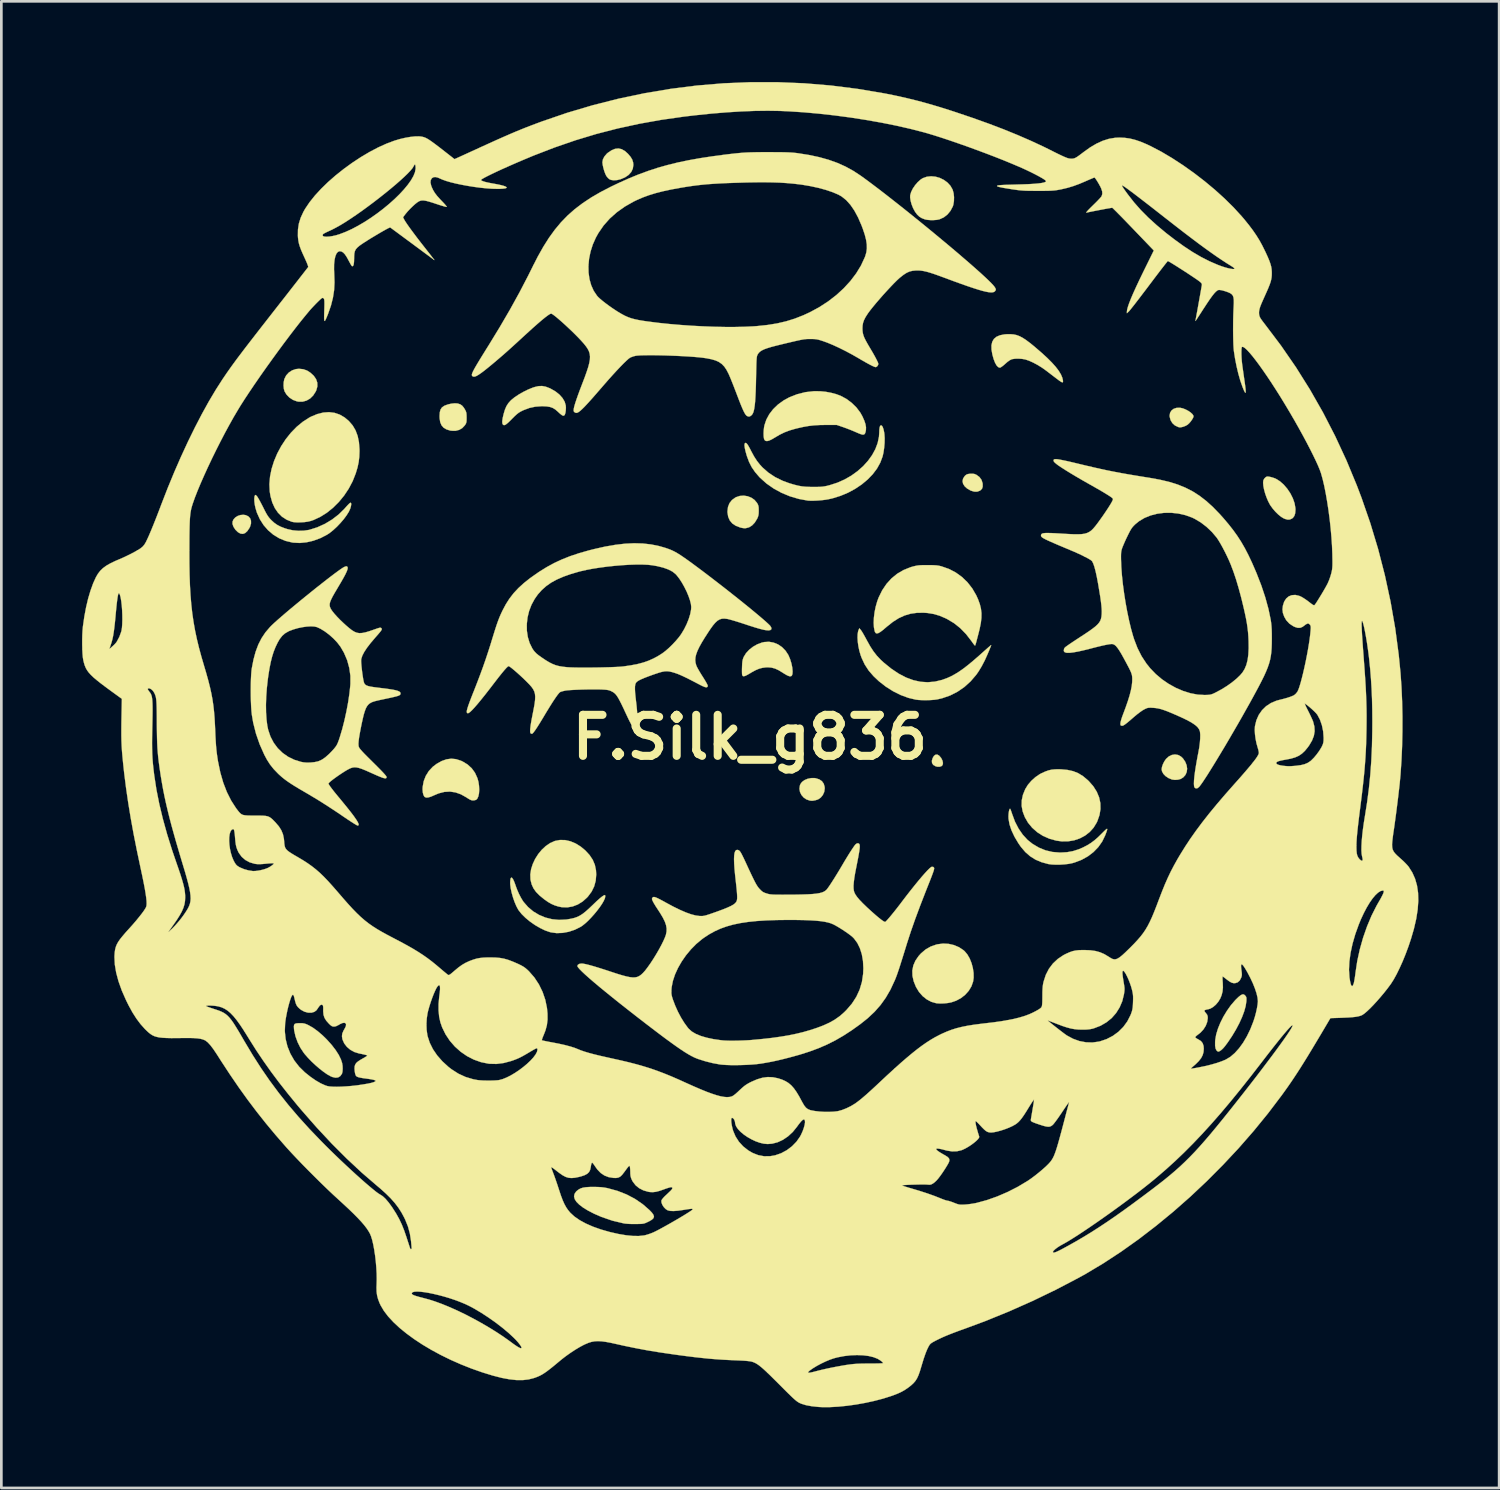
<source format=kicad_pcb>
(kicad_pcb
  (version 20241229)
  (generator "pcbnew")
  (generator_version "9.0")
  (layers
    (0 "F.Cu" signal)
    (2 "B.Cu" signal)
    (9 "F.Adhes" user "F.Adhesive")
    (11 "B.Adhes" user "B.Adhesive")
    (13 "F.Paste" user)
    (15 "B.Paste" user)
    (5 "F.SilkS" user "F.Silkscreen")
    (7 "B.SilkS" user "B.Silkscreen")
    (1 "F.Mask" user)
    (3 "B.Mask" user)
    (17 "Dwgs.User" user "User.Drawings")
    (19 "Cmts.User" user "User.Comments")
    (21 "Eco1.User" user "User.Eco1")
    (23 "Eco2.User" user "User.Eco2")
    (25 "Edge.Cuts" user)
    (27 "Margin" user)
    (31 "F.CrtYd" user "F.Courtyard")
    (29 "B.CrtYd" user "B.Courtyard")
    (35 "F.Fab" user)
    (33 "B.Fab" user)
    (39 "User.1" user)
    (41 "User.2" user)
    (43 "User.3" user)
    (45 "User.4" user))
  (footprint "F.Silk_g836"
    (layer "F.Cu")
    (at 24.823 24.354)
    (property "Reference" "F.Silk_g836" (at 0 0 0) (layer "F.SilkS") (effects (font (size 1.524 1.524) (thickness 0.3))))
    (attr through_hole)
    (fp_poly (pts (xy 7.034 0.682) (xy 7.102 0.761) (xy 7.112 0.776) (xy 7.159 0.872) (xy 7.176 0.958) (xy 7.163 1.028) (xy 7.128 1.068) (xy 7.058 1.095) (xy 6.97 1.095) (xy 6.901 1.077) (xy 6.816 1.027) (xy 6.77 0.958) (xy 6.763 0.873) (xy 6.792 0.774) (xy 6.843 0.689) (xy 6.902 0.646) (xy 6.967 0.643) (xy 7.034 0.682)) (stroke (width 0.01) (type solid)) (fill yes) (layer "F.SilkS"))
    (fp_poly (pts (xy -18.738 -8.257) (xy -18.644 -8.212) (xy -18.578 -8.142) (xy -18.544 -8.051) (xy -18.543 -7.946) (xy -18.577 -7.831) (xy -18.604 -7.776) (xy -18.682 -7.662) (xy -18.762 -7.59) (xy -18.845 -7.56) (xy -18.932 -7.57) (xy -19.025 -7.621) (xy -19.032 -7.626) (xy -19.125 -7.717) (xy -19.195 -7.825) (xy -19.232 -7.93) (xy -19.229 -8.019) (xy -19.191 -8.101) (xy -19.125 -8.172) (xy -19.037 -8.227) (xy -18.935 -8.261) (xy -18.825 -8.27) (xy -18.738 -8.257)) (stroke (width 0.01) (type solid)) (fill yes) (layer "F.SilkS"))
    (fp_poly (pts (xy 15.914 0.657) (xy 16.021 0.714) (xy 16.096 0.785) (xy 16.182 0.912) (xy 16.233 1.042) (xy 16.251 1.171) (xy 16.235 1.292) (xy 16.187 1.4) (xy 16.107 1.49) (xy 16.013 1.548) (xy 15.913 1.576) (xy 15.798 1.584) (xy 15.692 1.57) (xy 15.684 1.568) (xy 15.557 1.515) (xy 15.449 1.443) (xy 15.367 1.358) (xy 15.317 1.265) (xy 15.303 1.187) (xy 15.317 1.099) (xy 15.353 0.996) (xy 15.405 0.893) (xy 15.467 0.805) (xy 15.569 0.712) (xy 15.682 0.657) (xy 15.799 0.638) (xy 15.914 0.657)) (stroke (width 0.01) (type solid)) (fill yes) (layer "F.SilkS"))
    (fp_poly (pts (xy 8.349 -9.786) (xy 8.414 -9.758) (xy 8.424 -9.753) (xy 8.532 -9.673) (xy 8.608 -9.568) (xy 8.648 -9.445) (xy 8.652 -9.412) (xy 8.652 -9.314) (xy 8.629 -9.242) (xy 8.578 -9.187) (xy 8.545 -9.164) (xy 8.447 -9.129) (xy 8.334 -9.131) (xy 8.21 -9.169) (xy 8.199 -9.174) (xy 8.072 -9.248) (xy 7.98 -9.332) (xy 7.923 -9.424) (xy 7.904 -9.52) (xy 7.923 -9.615) (xy 7.982 -9.706) (xy 8.003 -9.728) (xy 8.047 -9.763) (xy 8.097 -9.783) (xy 8.168 -9.794) (xy 8.197 -9.796) (xy 8.283 -9.797) (xy 8.349 -9.786)) (stroke (width 0.01) (type solid)) (fill yes) (layer "F.SilkS"))
    (fp_poly (pts (xy -16.603 -13.681) (xy -16.462 -13.632) (xy -16.338 -13.553) (xy -16.211 -13.437) (xy -16.125 -13.312) (xy -16.08 -13.181) (xy -16.077 -13.043) (xy -16.116 -12.899) (xy -16.141 -12.846) (xy -16.234 -12.702) (xy -16.348 -12.591) (xy -16.479 -12.515) (xy -16.622 -12.475) (xy -16.775 -12.475) (xy -16.839 -12.487) (xy -16.984 -12.541) (xy -17.116 -12.628) (xy -17.224 -12.74) (xy -17.295 -12.856) (xy -17.323 -12.952) (xy -17.334 -13.071) (xy -17.329 -13.195) (xy -17.306 -13.307) (xy -17.303 -13.318) (xy -17.237 -13.449) (xy -17.139 -13.557) (xy -17.017 -13.637) (xy -16.878 -13.685) (xy -16.761 -13.697) (xy -16.603 -13.681)) (stroke (width 0.01) (type solid)) (fill yes) (layer "F.SilkS"))
    (fp_poly (pts (xy 2.447 1.523) (xy 2.578 1.564) (xy 2.678 1.632) (xy 2.745 1.727) (xy 2.778 1.846) (xy 2.781 1.905) (xy 2.763 2.03) (xy 2.711 2.145) (xy 2.633 2.24) (xy 2.534 2.309) (xy 2.437 2.34) (xy 2.377 2.351) (xy 2.332 2.359) (xy 2.328 2.359) (xy 2.287 2.359) (xy 2.228 2.352) (xy 2.223 2.351) (xy 2.098 2.308) (xy 1.994 2.236) (xy 1.914 2.142) (xy 1.862 2.033) (xy 1.841 1.916) (xy 1.856 1.798) (xy 1.877 1.741) (xy 1.938 1.659) (xy 2.031 1.591) (xy 2.145 1.543) (xy 2.273 1.517) (xy 2.405 1.516) (xy 2.447 1.523)) (stroke (width 0.01) (type solid)) (fill yes) (layer "F.SilkS"))
    (fp_poly (pts (xy -4.766 -21.859) (xy -4.647 -21.791) (xy -4.537 -21.693) (xy -4.438 -21.578) (xy -4.373 -21.471) (xy -4.34 -21.364) (xy -4.332 -21.275) (xy -4.352 -21.136) (xy -4.411 -21.011) (xy -4.508 -20.903) (xy -4.641 -20.813) (xy -4.802 -20.744) (xy -4.936 -20.711) (xy -5.061 -20.702) (xy -5.167 -20.718) (xy -5.221 -20.742) (xy -5.273 -20.786) (xy -5.325 -20.848) (xy -5.343 -20.876) (xy -5.38 -20.955) (xy -5.417 -21.059) (xy -5.449 -21.173) (xy -5.472 -21.281) (xy -5.482 -21.368) (xy -5.482 -21.375) (xy -5.463 -21.481) (xy -5.407 -21.589) (xy -5.322 -21.689) (xy -5.284 -21.722) (xy -5.143 -21.817) (xy -5.012 -21.872) (xy -4.887 -21.886) (xy -4.766 -21.859)) (stroke (width 0.01) (type solid)) (fill yes) (layer "F.SilkS"))
    (fp_poly (pts (xy 16 -12.246) (xy 16.099 -12.223) (xy 16.2 -12.182) (xy 16.298 -12.13) (xy 16.383 -12.071) (xy 16.448 -12.011) (xy 16.484 -11.955) (xy 16.489 -11.93) (xy 16.475 -11.88) (xy 16.437 -11.813) (xy 16.385 -11.739) (xy 16.325 -11.67) (xy 16.267 -11.618) (xy 16.26 -11.613) (xy 16.187 -11.573) (xy 16.104 -11.542) (xy 16.087 -11.537) (xy 16.026 -11.524) (xy 15.99 -11.519) (xy 15.96 -11.522) (xy 15.92 -11.533) (xy 15.912 -11.536) (xy 15.795 -11.592) (xy 15.701 -11.679) (xy 15.635 -11.79) (xy 15.602 -11.917) (xy 15.6 -11.963) (xy 15.619 -12.065) (xy 15.672 -12.148) (xy 15.753 -12.21) (xy 15.858 -12.244) (xy 15.98 -12.248) (xy 16 -12.246)) (stroke (width 0.01) (type solid)) (fill yes) (layer "F.SilkS"))
    (fp_poly (pts (xy -0.083 -8.959) (xy 0.053 -8.905) (xy 0.171 -8.823) (xy 0.263 -8.714) (xy 0.271 -8.701) (xy 0.3 -8.646) (xy 0.317 -8.595) (xy 0.326 -8.532) (xy 0.328 -8.443) (xy 0.328 -8.424) (xy 0.326 -8.327) (xy 0.317 -8.255) (xy 0.299 -8.192) (xy 0.268 -8.121) (xy 0.266 -8.119) (xy 0.182 -7.981) (xy 0.081 -7.875) (xy -0.032 -7.804) (xy -0.154 -7.772) (xy -0.204 -7.77) (xy -0.263 -7.777) (xy -0.336 -7.792) (xy -0.36 -7.798) (xy -0.524 -7.861) (xy -0.653 -7.947) (xy -0.747 -8.058) (xy -0.807 -8.193) (xy -0.833 -8.353) (xy -0.834 -8.403) (xy -0.814 -8.563) (xy -0.759 -8.702) (xy -0.668 -8.818) (xy -0.544 -8.909) (xy -0.514 -8.925) (xy -0.374 -8.971) (xy -0.228 -8.982) (xy -0.083 -8.959)) (stroke (width 0.01) (type solid)) (fill yes) (layer "F.SilkS"))
    (fp_poly (pts (xy -10.869 -12.408) (xy -10.856 -12.405) (xy -10.765 -12.375) (xy -10.694 -12.325) (xy -10.63 -12.247) (xy -10.596 -12.191) (xy -10.564 -12.132) (xy -10.545 -12.08) (xy -10.535 -12.024) (xy -10.531 -11.948) (xy -10.53 -11.882) (xy -10.531 -11.788) (xy -10.536 -11.723) (xy -10.548 -11.677) (xy -10.569 -11.635) (xy -10.595 -11.596) (xy -10.688 -11.496) (xy -10.804 -11.427) (xy -10.933 -11.393) (xy -10.986 -11.391) (xy -11.059 -11.393) (xy -11.121 -11.398) (xy -11.144 -11.402) (xy -11.283 -11.446) (xy -11.388 -11.51) (xy -11.463 -11.598) (xy -11.511 -11.713) (xy -11.533 -11.859) (xy -11.535 -11.947) (xy -11.526 -12.081) (xy -11.498 -12.183) (xy -11.447 -12.259) (xy -11.369 -12.315) (xy -11.341 -12.329) (xy -11.224 -12.372) (xy -11.096 -12.401) (xy -10.973 -12.414) (xy -10.869 -12.408)) (stroke (width 0.01) (type solid)) (fill yes) (layer "F.SilkS"))
    (fp_poly (pts (xy 18.387 9.577) (xy 18.412 9.602) (xy 18.438 9.636) (xy 18.452 9.671) (xy 18.456 9.719) (xy 18.454 9.793) (xy 18.452 9.821) (xy 18.426 9.993) (xy 18.372 10.188) (xy 18.292 10.402) (xy 18.189 10.629) (xy 18.065 10.863) (xy 17.923 11.1) (xy 17.766 11.334) (xy 17.658 11.48) (xy 17.586 11.564) (xy 17.514 11.63) (xy 17.449 11.672) (xy 17.408 11.684) (xy 17.377 11.67) (xy 17.346 11.642) (xy 17.309 11.572) (xy 17.291 11.465) (xy 17.291 11.322) (xy 17.297 11.242) (xy 17.331 11.045) (xy 17.396 10.831) (xy 17.487 10.607) (xy 17.6 10.382) (xy 17.732 10.164) (xy 17.878 9.959) (xy 18.034 9.777) (xy 18.065 9.745) (xy 18.161 9.652) (xy 18.237 9.591) (xy 18.297 9.559) (xy 18.345 9.555) (xy 18.387 9.577)) (stroke (width 0.01) (type solid)) (fill yes) (layer "F.SilkS"))
    (fp_poly (pts (xy 6.899 -20.837) (xy 7.059 -20.791) (xy 7.209 -20.717) (xy 7.343 -20.619) (xy 7.453 -20.499) (xy 7.533 -20.359) (xy 7.537 -20.347) (xy 7.572 -20.221) (xy 7.587 -20.075) (xy 7.583 -19.927) (xy 7.561 -19.792) (xy 7.542 -19.733) (xy 7.456 -19.569) (xy 7.343 -19.432) (xy 7.208 -19.326) (xy 7.054 -19.255) (xy 7.04 -19.251) (xy 6.947 -19.232) (xy 6.831 -19.223) (xy 6.708 -19.223) (xy 6.595 -19.232) (xy 6.509 -19.249) (xy 6.39 -19.295) (xy 6.296 -19.353) (xy 6.214 -19.432) (xy 6.137 -19.536) (xy 6.068 -19.663) (xy 6.012 -19.801) (xy 5.974 -19.939) (xy 5.955 -20.066) (xy 5.958 -20.148) (xy 5.992 -20.266) (xy 6.055 -20.394) (xy 6.141 -20.521) (xy 6.24 -20.636) (xy 6.347 -20.731) (xy 6.427 -20.782) (xy 6.576 -20.835) (xy 6.735 -20.852) (xy 6.899 -20.837)) (stroke (width 0.01) (type solid)) (fill yes) (layer "F.SilkS"))
    (fp_poly (pts (xy 19.285 -9.688) (xy 19.339 -9.678) (xy 19.426 -9.655) (xy 19.513 -9.625) (xy 19.549 -9.609) (xy 19.701 -9.515) (xy 19.844 -9.388) (xy 19.975 -9.235) (xy 20.089 -9.064) (xy 20.18 -8.883) (xy 20.244 -8.7) (xy 20.275 -8.522) (xy 20.278 -8.462) (xy 20.268 -8.329) (xy 20.237 -8.229) (xy 20.184 -8.157) (xy 20.147 -8.129) (xy 20.068 -8.094) (xy 19.985 -8.09) (xy 19.888 -8.117) (xy 19.836 -8.139) (xy 19.743 -8.196) (xy 19.639 -8.28) (xy 19.532 -8.385) (xy 19.432 -8.501) (xy 19.347 -8.618) (xy 19.326 -8.653) (xy 19.26 -8.779) (xy 19.201 -8.919) (xy 19.15 -9.065) (xy 19.111 -9.209) (xy 19.085 -9.342) (xy 19.075 -9.456) (xy 19.082 -9.542) (xy 19.084 -9.548) (xy 19.115 -9.61) (xy 19.162 -9.659) (xy 19.199 -9.684) (xy 19.235 -9.693) (xy 19.285 -9.688)) (stroke (width 0.01) (type solid)) (fill yes) (layer "F.SilkS"))
    (fp_poly (pts (xy 7.387 7.678) (xy 7.586 7.724) (xy 7.772 7.803) (xy 7.936 7.912) (xy 7.981 7.951) (xy 8.081 8.07) (xy 8.168 8.22) (xy 8.237 8.391) (xy 8.286 8.574) (xy 8.314 8.76) (xy 8.316 8.939) (xy 8.296 9.078) (xy 8.234 9.256) (xy 8.135 9.421) (xy 8.004 9.568) (xy 7.847 9.693) (xy 7.667 9.79) (xy 7.489 9.851) (xy 7.361 9.876) (xy 7.217 9.891) (xy 7.074 9.895) (xy 6.949 9.888) (xy 6.921 9.883) (xy 6.742 9.832) (xy 6.573 9.742) (xy 6.419 9.619) (xy 6.285 9.465) (xy 6.176 9.286) (xy 6.175 9.285) (xy 6.088 9.071) (xy 6.042 8.867) (xy 6.037 8.67) (xy 6.074 8.482) (xy 6.152 8.302) (xy 6.272 8.129) (xy 6.36 8.031) (xy 6.531 7.886) (xy 6.719 7.778) (xy 6.93 7.704) (xy 6.978 7.693) (xy 7.181 7.667) (xy 7.387 7.678)) (stroke (width 0.01) (type solid)) (fill yes) (layer "F.SilkS"))
    (fp_poly (pts (xy -16.63 10.628) (xy -16.557 10.64) (xy -16.485 10.664) (xy -16.414 10.697) (xy -16.244 10.793) (xy -16.062 10.925) (xy -15.875 11.086) (xy -15.723 11.236) (xy -15.548 11.431) (xy -15.401 11.621) (xy -15.284 11.803) (xy -15.201 11.973) (xy -15.157 12.109) (xy -15.14 12.213) (xy -15.136 12.321) (xy -15.142 12.42) (xy -15.159 12.495) (xy -15.165 12.509) (xy -15.228 12.595) (xy -15.307 12.643) (xy -15.404 12.653) (xy -15.521 12.626) (xy -15.589 12.597) (xy -15.707 12.531) (xy -15.843 12.437) (xy -15.99 12.323) (xy -16.141 12.193) (xy -16.288 12.056) (xy -16.424 11.916) (xy -16.542 11.781) (xy -16.581 11.732) (xy -16.707 11.541) (xy -16.811 11.332) (xy -16.89 11.115) (xy -16.937 10.904) (xy -16.945 10.844) (xy -16.95 10.75) (xy -16.942 10.688) (xy -16.912 10.65) (xy -16.854 10.632) (xy -16.763 10.626) (xy -16.725 10.626) (xy -16.63 10.628)) (stroke (width 0.01) (type solid)) (fill yes) (layer "F.SilkS"))
    (fp_poly (pts (xy -6.867 3.821) (xy -6.672 3.865) (xy -6.476 3.947) (xy -6.285 4.066) (xy -6.119 4.204) (xy -5.961 4.375) (xy -5.843 4.552) (xy -5.763 4.741) (xy -5.721 4.944) (xy -5.712 5.101) (xy -5.731 5.33) (xy -5.788 5.541) (xy -5.884 5.737) (xy -6.02 5.92) (xy -6.053 5.956) (xy -6.218 6.104) (xy -6.398 6.215) (xy -6.589 6.288) (xy -6.788 6.322) (xy -6.99 6.316) (xy -7.126 6.288) (xy -7.258 6.246) (xy -7.379 6.193) (xy -7.501 6.123) (xy -7.637 6.028) (xy -7.658 6.012) (xy -7.822 5.877) (xy -7.95 5.747) (xy -8.044 5.615) (xy -8.109 5.475) (xy -8.149 5.321) (xy -8.156 5.281) (xy -8.162 5.096) (xy -8.133 4.904) (xy -8.071 4.71) (xy -7.982 4.52) (xy -7.868 4.341) (xy -7.735 4.179) (xy -7.585 4.04) (xy -7.423 3.93) (xy -7.253 3.855) (xy -7.247 3.853) (xy -7.06 3.817) (xy -6.867 3.821)) (stroke (width 0.01) (type solid)) (fill yes) (layer "F.SilkS"))
    (fp_poly (pts (xy 11.568 1.191) (xy 11.805 1.213) (xy 12.015 1.26) (xy 12.205 1.336) (xy 12.382 1.445) (xy 12.555 1.59) (xy 12.596 1.629) (xy 12.764 1.821) (xy 12.892 2.023) (xy 12.979 2.232) (xy 13.026 2.448) (xy 13.03 2.668) (xy 12.994 2.891) (xy 12.915 3.116) (xy 12.888 3.173) (xy 12.773 3.361) (xy 12.627 3.522) (xy 12.456 3.655) (xy 12.262 3.758) (xy 12.05 3.83) (xy 11.826 3.867) (xy 11.592 3.869) (xy 11.388 3.841) (xy 11.13 3.769) (xy 10.892 3.664) (xy 10.679 3.528) (xy 10.493 3.364) (xy 10.337 3.174) (xy 10.219 2.969) (xy 10.139 2.758) (xy 10.1 2.55) (xy 10.104 2.343) (xy 10.149 2.135) (xy 10.236 1.922) (xy 10.237 1.921) (xy 10.333 1.766) (xy 10.461 1.617) (xy 10.611 1.482) (xy 10.771 1.372) (xy 10.837 1.337) (xy 10.978 1.273) (xy 11.102 1.229) (xy 11.223 1.202) (xy 11.355 1.19) (xy 11.511 1.189) (xy 11.568 1.191)) (stroke (width 0.01) (type solid)) (fill yes) (layer "F.SilkS"))
    (fp_poly (pts (xy -10.925 0.812) (xy -10.746 0.869) (xy -10.679 0.899) (xy -10.493 1.012) (xy -10.339 1.153) (xy -10.218 1.32) (xy -10.129 1.516) (xy -10.127 1.522) (xy -10.089 1.66) (xy -10.068 1.807) (xy -10.061 1.952) (xy -10.07 2.086) (xy -10.095 2.2) (xy -10.134 2.283) (xy -10.136 2.286) (xy -10.177 2.324) (xy -10.237 2.342) (xy -10.268 2.345) (xy -10.315 2.345) (xy -10.359 2.336) (xy -10.41 2.314) (xy -10.477 2.274) (xy -10.538 2.234) (xy -10.741 2.12) (xy -10.944 2.048) (xy -11.149 2.018) (xy -11.356 2.03) (xy -11.567 2.084) (xy -11.723 2.149) (xy -11.853 2.206) (xy -11.955 2.236) (xy -12.03 2.241) (xy -12.084 2.22) (xy -12.095 2.211) (xy -12.133 2.147) (xy -12.158 2.051) (xy -12.167 1.932) (xy -12.163 1.847) (xy -12.125 1.634) (xy -12.048 1.436) (xy -11.935 1.255) (xy -11.788 1.097) (xy -11.645 0.988) (xy -11.458 0.883) (xy -11.278 0.819) (xy -11.101 0.795) (xy -10.925 0.812)) (stroke (width 0.01) (type solid)) (fill yes) (layer "F.SilkS"))
    (fp_poly (pts (xy -5.653 16.715) (xy -5.525 16.722) (xy -5.413 16.736) (xy -5.303 16.756) (xy -5.285 16.76) (xy -4.924 16.859) (xy -4.585 16.992) (xy -4.271 17.157) (xy -3.983 17.355) (xy -3.732 17.574) (xy -3.64 17.671) (xy -3.585 17.75) (xy -3.566 17.816) (xy -3.585 17.874) (xy -3.642 17.929) (xy -3.738 17.986) (xy -3.785 18.009) (xy -3.851 18.04) (xy -3.904 18.062) (xy -3.954 18.075) (xy -4.012 18.084) (xy -4.088 18.088) (xy -4.192 18.09) (xy -4.244 18.091) (xy -4.391 18.091) (xy -4.527 18.085) (xy -4.639 18.075) (xy -4.688 18.067) (xy -5.113 17.966) (xy -5.52 17.826) (xy -5.791 17.708) (xy -6.014 17.593) (xy -6.198 17.481) (xy -6.342 17.371) (xy -6.447 17.266) (xy -6.512 17.164) (xy -6.536 17.066) (xy -6.519 16.974) (xy -6.461 16.887) (xy -6.437 16.864) (xy -6.367 16.809) (xy -6.292 16.768) (xy -6.204 16.74) (xy -6.096 16.723) (xy -5.959 16.714) (xy -5.81 16.712) (xy -5.653 16.715)) (stroke (width 0.01) (type solid)) (fill yes) (layer "F.SilkS"))
    (fp_poly (pts (xy 0.881 -3.519) (xy 1.044 -3.453) (xy 1.192 -3.353) (xy 1.321 -3.222) (xy 1.425 -3.065) (xy 1.434 -3.047) (xy 1.494 -2.905) (xy 1.543 -2.746) (xy 1.575 -2.588) (xy 1.587 -2.448) (xy 1.587 -2.446) (xy 1.581 -2.355) (xy 1.561 -2.295) (xy 1.524 -2.267) (xy 1.466 -2.269) (xy 1.385 -2.301) (xy 1.278 -2.363) (xy 1.222 -2.399) (xy 1.07 -2.492) (xy 0.933 -2.555) (xy 0.802 -2.59) (xy 0.667 -2.601) (xy 0.588 -2.598) (xy 0.462 -2.581) (xy 0.342 -2.549) (xy 0.217 -2.497) (xy 0.076 -2.421) (xy 0.011 -2.382) (xy -0.097 -2.319) (xy -0.176 -2.281) (xy -0.23 -2.268) (xy -0.265 -2.277) (xy -0.285 -2.309) (xy -0.288 -2.319) (xy -0.293 -2.361) (xy -0.295 -2.435) (xy -0.295 -2.529) (xy -0.292 -2.62) (xy -0.287 -2.735) (xy -0.279 -2.82) (xy -0.266 -2.886) (xy -0.247 -2.945) (xy -0.227 -2.992) (xy -0.143 -3.128) (xy -0.026 -3.254) (xy 0.116 -3.366) (xy 0.276 -3.457) (xy 0.445 -3.52) (xy 0.535 -3.54) (xy 0.71 -3.55) (xy 0.881 -3.519)) (stroke (width 0.01) (type solid)) (fill yes) (layer "F.SilkS"))
    (fp_poly (pts (xy -15.438 -12.059) (xy -15.244 -11.993) (xy -15.061 -11.886) (xy -14.906 -11.755) (xy -14.766 -11.592) (xy -14.658 -11.409) (xy -14.58 -11.202) (xy -14.532 -10.97) (xy -14.512 -10.708) (xy -14.511 -10.636) (xy -14.519 -10.425) (xy -14.542 -10.23) (xy -14.583 -10.035) (xy -14.646 -9.824) (xy -14.65 -9.811) (xy -14.764 -9.522) (xy -14.91 -9.245) (xy -15.082 -8.986) (xy -15.278 -8.747) (xy -15.494 -8.532) (xy -15.725 -8.346) (xy -15.969 -8.193) (xy -16.22 -8.076) (xy -16.32 -8.042) (xy -16.426 -8.016) (xy -16.556 -7.998) (xy -16.694 -7.989) (xy -16.829 -7.987) (xy -16.946 -7.995) (xy -17.025 -8.01) (xy -17.22 -8.088) (xy -17.392 -8.199) (xy -17.538 -8.344) (xy -17.659 -8.52) (xy -17.753 -8.727) (xy -17.819 -8.963) (xy -17.847 -9.134) (xy -17.86 -9.407) (xy -17.836 -9.69) (xy -17.778 -9.977) (xy -17.687 -10.265) (xy -17.568 -10.548) (xy -17.421 -10.822) (xy -17.251 -11.081) (xy -17.059 -11.321) (xy -16.849 -11.537) (xy -16.622 -11.725) (xy -16.382 -11.88) (xy -16.31 -11.918) (xy -16.08 -12.014) (xy -15.857 -12.07) (xy -15.643 -12.085) (xy -15.438 -12.059)) (stroke (width 0.01) (type solid)) (fill yes) (layer "F.SilkS"))
    (fp_poly (pts (xy 2.614 -12.862) (xy 2.817 -12.842) (xy 3.024 -12.803) (xy 3.219 -12.75) (xy 3.373 -12.692) (xy 3.587 -12.577) (xy 3.784 -12.43) (xy 3.958 -12.26) (xy 4.101 -12.071) (xy 4.181 -11.929) (xy 4.251 -11.772) (xy 4.295 -11.64) (xy 4.315 -11.525) (xy 4.312 -11.42) (xy 4.296 -11.34) (xy 4.276 -11.288) (xy 4.246 -11.257) (xy 4.202 -11.248) (xy 4.138 -11.261) (xy 4.047 -11.295) (xy 3.957 -11.334) (xy 3.844 -11.383) (xy 3.711 -11.437) (xy 3.575 -11.489) (xy 3.484 -11.522) (xy 3.228 -11.61) (xy 2.826 -11.61) (xy 2.59 -11.606) (xy 2.381 -11.594) (xy 2.184 -11.571) (xy 1.984 -11.536) (xy 1.767 -11.487) (xy 1.704 -11.472) (xy 1.482 -11.408) (xy 1.286 -11.334) (xy 1.101 -11.244) (xy 0.936 -11.146) (xy 0.81 -11.072) (xy 0.71 -11.026) (xy 0.633 -11.009) (xy 0.577 -11.02) (xy 0.543 -11.051) (xy 0.523 -11.104) (xy 0.511 -11.188) (xy 0.508 -11.292) (xy 0.513 -11.407) (xy 0.526 -11.521) (xy 0.541 -11.599) (xy 0.612 -11.81) (xy 0.721 -12.011) (xy 0.866 -12.198) (xy 1.044 -12.369) (xy 1.251 -12.519) (xy 1.462 -12.635) (xy 1.756 -12.751) (xy 2.061 -12.828) (xy 2.374 -12.863) (xy 2.614 -12.862)) (stroke (width 0.01) (type solid)) (fill yes) (layer "F.SilkS"))
    (fp_poly (pts (xy 9.8 -14.974) (xy 9.911 -14.95) (xy 10.022 -14.909) (xy 10.138 -14.848) (xy 10.265 -14.765) (xy 10.409 -14.657) (xy 10.576 -14.522) (xy 10.595 -14.505) (xy 10.84 -14.294) (xy 11.05 -14.102) (xy 11.225 -13.927) (xy 11.367 -13.768) (xy 11.478 -13.622) (xy 11.559 -13.489) (xy 11.611 -13.366) (xy 11.633 -13.277) (xy 11.638 -13.226) (xy 11.631 -13.197) (xy 11.609 -13.192) (xy 11.566 -13.212) (xy 11.498 -13.257) (xy 11.409 -13.324) (xy 11.317 -13.394) (xy 11.207 -13.478) (xy 11.093 -13.565) (xy 11.007 -13.631) (xy 10.854 -13.74) (xy 10.691 -13.841) (xy 10.527 -13.928) (xy 10.372 -13.998) (xy 10.238 -14.043) (xy 10.235 -14.044) (xy 10.115 -14.065) (xy 9.983 -14.074) (xy 9.855 -14.071) (xy 9.748 -14.055) (xy 9.73 -14.05) (xy 9.661 -14.016) (xy 9.572 -13.953) (xy 9.49 -13.881) (xy 9.418 -13.818) (xy 9.354 -13.77) (xy 9.307 -13.742) (xy 9.291 -13.737) (xy 9.23 -13.758) (xy 9.17 -13.819) (xy 9.113 -13.919) (xy 9.06 -14.055) (xy 9.013 -14.224) (xy 8.98 -14.412) (xy 8.978 -14.571) (xy 9.009 -14.703) (xy 9.071 -14.808) (xy 9.167 -14.888) (xy 9.297 -14.943) (xy 9.461 -14.975) (xy 9.551 -14.982) (xy 9.682 -14.983) (xy 9.8 -14.974)) (stroke (width 0.01) (type solid)) (fill yes) (layer "F.SilkS"))
    (fp_poly (pts (xy -7.591 -13.032) (xy -7.446 -12.977) (xy -7.401 -12.955) (xy -7.226 -12.854) (xy -7.079 -12.737) (xy -6.965 -12.609) (xy -6.885 -12.473) (xy -6.845 -12.334) (xy -6.844 -12.331) (xy -6.839 -12.244) (xy -6.844 -12.151) (xy -6.856 -12.065) (xy -6.876 -11.999) (xy -6.893 -11.97) (xy -6.92 -11.953) (xy -6.953 -11.955) (xy -6.999 -11.981) (xy -7.062 -12.031) (xy -7.146 -12.109) (xy -7.237 -12.187) (xy -7.329 -12.242) (xy -7.43 -12.278) (xy -7.551 -12.298) (xy -7.7 -12.305) (xy -7.747 -12.305) (xy -7.979 -12.288) (xy -8.197 -12.241) (xy -8.415 -12.159) (xy -8.464 -12.136) (xy -8.536 -12.099) (xy -8.6 -12.058) (xy -8.665 -12.007) (xy -8.74 -11.939) (xy -8.833 -11.846) (xy -8.85 -11.829) (xy -8.948 -11.731) (xy -9.023 -11.663) (xy -9.079 -11.621) (xy -9.122 -11.603) (xy -9.155 -11.606) (xy -9.182 -11.625) (xy -9.202 -11.67) (xy -9.205 -11.747) (xy -9.19 -11.859) (xy -9.156 -12.007) (xy -9.156 -12.01) (xy -9.107 -12.173) (xy -9.051 -12.305) (xy -8.981 -12.416) (xy -8.891 -12.517) (xy -8.868 -12.538) (xy -8.747 -12.637) (xy -8.596 -12.738) (xy -8.427 -12.835) (xy -8.252 -12.922) (xy -8.082 -12.992) (xy -8.003 -13.018) (xy -7.858 -13.052) (xy -7.724 -13.057) (xy -7.591 -13.032)) (stroke (width 0.01) (type solid)) (fill yes) (layer "F.SilkS"))
    (fp_poly (pts (xy 9.685 2.679) (xy 9.707 2.734) (xy 9.733 2.81) (xy 9.747 2.852) (xy 9.853 3.138) (xy 9.986 3.395) (xy 10.143 3.622) (xy 10.322 3.816) (xy 10.507 3.963) (xy 10.744 4.103) (xy 10.988 4.202) (xy 11.243 4.262) (xy 11.514 4.284) (xy 11.546 4.284) (xy 11.787 4.271) (xy 12.008 4.231) (xy 12.225 4.162) (xy 12.378 4.096) (xy 12.536 4.014) (xy 12.678 3.926) (xy 12.814 3.824) (xy 12.954 3.7) (xy 13.078 3.578) (xy 13.168 3.488) (xy 13.231 3.429) (xy 13.268 3.402) (xy 13.282 3.409) (xy 13.275 3.451) (xy 13.249 3.529) (xy 13.206 3.643) (xy 13.206 3.643) (xy 13.095 3.873) (xy 12.949 4.081) (xy 12.771 4.265) (xy 12.563 4.424) (xy 12.329 4.554) (xy 12.071 4.653) (xy 11.98 4.679) (xy 11.85 4.705) (xy 11.695 4.723) (xy 11.529 4.734) (xy 11.364 4.735) (xy 11.214 4.728) (xy 11.092 4.711) (xy 11.091 4.711) (xy 10.839 4.642) (xy 10.616 4.548) (xy 10.418 4.424) (xy 10.239 4.268) (xy 10.074 4.075) (xy 9.982 3.943) (xy 9.834 3.695) (xy 9.723 3.458) (xy 9.649 3.236) (xy 9.613 3.028) (xy 9.61 2.943) (xy 9.614 2.854) (xy 9.624 2.771) (xy 9.638 2.705) (xy 9.655 2.663) (xy 9.672 2.656) (xy 9.685 2.679)) (stroke (width 0.01) (type solid)) (fill yes) (layer "F.SilkS"))
    (fp_poly (pts (xy -18.366 -9.003) (xy -18.333 -8.972) (xy -18.324 -8.963) (xy -18.297 -8.925) (xy -18.256 -8.856) (xy -18.205 -8.764) (xy -18.148 -8.656) (xy -18.097 -8.557) (xy -18.032 -8.426) (xy -17.979 -8.326) (xy -17.933 -8.249) (xy -17.89 -8.186) (xy -17.844 -8.13) (xy -17.79 -8.073) (xy -17.784 -8.067) (xy -17.68 -7.972) (xy -17.569 -7.894) (xy -17.442 -7.828) (xy -17.289 -7.769) (xy -17.177 -7.734) (xy -16.989 -7.693) (xy -16.784 -7.675) (xy -16.579 -7.68) (xy -16.389 -7.708) (xy -16.373 -7.712) (xy -16.081 -7.804) (xy -15.797 -7.933) (xy -15.528 -8.095) (xy -15.283 -8.284) (xy -15.067 -8.497) (xy -15.046 -8.522) (xy -14.978 -8.598) (xy -14.918 -8.661) (xy -14.872 -8.704) (xy -14.846 -8.721) (xy -14.845 -8.721) (xy -14.823 -8.702) (xy -14.819 -8.652) (xy -14.832 -8.576) (xy -14.855 -8.498) (xy -14.908 -8.382) (xy -14.991 -8.25) (xy -15.096 -8.108) (xy -15.219 -7.965) (xy -15.351 -7.826) (xy -15.488 -7.7) (xy -15.622 -7.593) (xy -15.719 -7.529) (xy -15.966 -7.402) (xy -16.221 -7.308) (xy -16.478 -7.248) (xy -16.732 -7.223) (xy -16.975 -7.235) (xy -17.007 -7.24) (xy -17.26 -7.3) (xy -17.497 -7.398) (xy -17.714 -7.53) (xy -17.908 -7.695) (xy -18.076 -7.888) (xy -18.216 -8.108) (xy -18.325 -8.351) (xy -18.376 -8.519) (xy -18.402 -8.637) (xy -18.417 -8.754) (xy -18.422 -8.858) (xy -18.415 -8.94) (xy -18.402 -8.982) (xy -18.385 -9.006) (xy -18.366 -9.003)) (stroke (width 0.01) (type solid)) (fill yes) (layer "F.SilkS"))
    (fp_poly (pts (xy -8.838 5.227) (xy -8.801 5.28) (xy -8.759 5.371) (xy -8.711 5.501) (xy -8.7 5.535) (xy -8.649 5.672) (xy -8.585 5.818) (xy -8.513 5.958) (xy -8.441 6.078) (xy -8.414 6.117) (xy -8.247 6.309) (xy -8.053 6.472) (xy -7.836 6.602) (xy -7.601 6.7) (xy -7.352 6.762) (xy -7.094 6.787) (xy -6.83 6.774) (xy -6.795 6.769) (xy -6.654 6.745) (xy -6.532 6.717) (xy -6.424 6.679) (xy -6.322 6.63) (xy -6.219 6.564) (xy -6.109 6.478) (xy -5.985 6.368) (xy -5.84 6.23) (xy -5.831 6.221) (xy -5.693 6.089) (xy -5.58 5.988) (xy -5.493 5.918) (xy -5.429 5.876) (xy -5.388 5.863) (xy -5.379 5.881) (xy -5.376 5.917) (xy -5.391 5.989) (xy -5.434 6.083) (xy -5.499 6.195) (xy -5.583 6.318) (xy -5.682 6.448) (xy -5.79 6.579) (xy -5.904 6.706) (xy -6.018 6.824) (xy -6.13 6.926) (xy -6.234 7.008) (xy -6.291 7.045) (xy -6.507 7.153) (xy -6.732 7.228) (xy -6.959 7.27) (xy -7.181 7.279) (xy -7.391 7.251) (xy -7.432 7.241) (xy -7.612 7.179) (xy -7.801 7.088) (xy -7.991 6.977) (xy -8.174 6.849) (xy -8.342 6.71) (xy -8.486 6.568) (xy -8.598 6.427) (xy -8.613 6.404) (xy -8.681 6.277) (xy -8.747 6.122) (xy -8.806 5.952) (xy -8.855 5.778) (xy -8.891 5.611) (xy -8.909 5.464) (xy -8.911 5.411) (xy -8.906 5.304) (xy -8.891 5.239) (xy -8.868 5.213) (xy -8.838 5.227)) (stroke (width 0.01) (type solid)) (fill yes) (layer "F.SilkS"))
    (fp_poly (pts (xy 4.126 -3.984) (xy 4.156 -3.942) (xy 4.2 -3.87) (xy 4.253 -3.776) (xy 4.312 -3.669) (xy 4.35 -3.598) (xy 4.472 -3.379) (xy 4.594 -3.192) (xy 4.723 -3.027) (xy 4.868 -2.875) (xy 4.983 -2.77) (xy 5.261 -2.545) (xy 5.536 -2.362) (xy 5.807 -2.221) (xy 6.076 -2.122) (xy 6.343 -2.063) (xy 6.609 -2.046) (xy 6.875 -2.069) (xy 7.143 -2.133) (xy 7.332 -2.202) (xy 7.476 -2.267) (xy 7.621 -2.346) (xy 7.772 -2.439) (xy 7.932 -2.551) (xy 8.106 -2.685) (xy 8.298 -2.844) (xy 8.513 -3.03) (xy 8.591 -3.1) (xy 8.695 -3.193) (xy 8.789 -3.276) (xy 8.867 -3.345) (xy 8.926 -3.395) (xy 8.96 -3.424) (xy 8.967 -3.429) (xy 8.965 -3.412) (xy 8.95 -3.369) (xy 8.942 -3.35) (xy 8.918 -3.293) (xy 8.885 -3.212) (xy 8.847 -3.122) (xy 8.834 -3.09) (xy 8.73 -2.859) (xy 8.615 -2.639) (xy 8.495 -2.441) (xy 8.413 -2.324) (xy 8.205 -2.081) (xy 7.972 -1.87) (xy 7.716 -1.694) (xy 7.441 -1.554) (xy 7.147 -1.452) (xy 6.959 -1.408) (xy 6.849 -1.393) (xy 6.712 -1.383) (xy 6.561 -1.379) (xy 6.411 -1.38) (xy 6.275 -1.387) (xy 6.17 -1.399) (xy 5.888 -1.466) (xy 5.604 -1.571) (xy 5.323 -1.711) (xy 5.052 -1.882) (xy 4.796 -2.082) (xy 4.597 -2.27) (xy 4.413 -2.482) (xy 4.266 -2.709) (xy 4.15 -2.957) (xy 4.114 -3.056) (xy 4.068 -3.215) (xy 4.033 -3.38) (xy 4.01 -3.544) (xy 4 -3.697) (xy 4.004 -3.832) (xy 4.022 -3.94) (xy 4.034 -3.975) (xy 4.067 -4.053) (xy 4.126 -3.984)) (stroke (width 0.01) (type solid)) (fill yes) (layer "F.SilkS"))
    (fp_poly (pts (xy 6.746 -6.399) (xy 6.855 -6.395) (xy 6.942 -6.389) (xy 7.017 -6.378) (xy 7.089 -6.362) (xy 7.123 -6.353) (xy 7.397 -6.257) (xy 7.651 -6.125) (xy 7.881 -5.959) (xy 8.087 -5.76) (xy 8.266 -5.531) (xy 8.415 -5.274) (xy 8.483 -5.122) (xy 8.546 -4.949) (xy 8.587 -4.782) (xy 8.607 -4.615) (xy 8.605 -4.44) (xy 8.583 -4.248) (xy 8.539 -4.031) (xy 8.507 -3.902) (xy 8.467 -3.747) (xy 8.436 -3.629) (xy 8.413 -3.541) (xy 8.396 -3.481) (xy 8.384 -3.442) (xy 8.376 -3.42) (xy 8.37 -3.411) (xy 8.364 -3.409) (xy 8.364 -3.409) (xy 8.347 -3.425) (xy 8.312 -3.469) (xy 8.264 -3.534) (xy 8.229 -3.584) (xy 8.03 -3.84) (xy 7.816 -4.059) (xy 7.585 -4.243) (xy 7.331 -4.395) (xy 7.274 -4.423) (xy 7.049 -4.519) (xy 6.829 -4.583) (xy 6.6 -4.62) (xy 6.456 -4.63) (xy 6.205 -4.626) (xy 5.971 -4.593) (xy 5.748 -4.527) (xy 5.531 -4.427) (xy 5.315 -4.29) (xy 5.094 -4.115) (xy 5.065 -4.09) (xy 4.945 -3.988) (xy 4.85 -3.916) (xy 4.776 -3.873) (xy 4.72 -3.859) (xy 4.679 -3.872) (xy 4.651 -3.911) (xy 4.638 -3.943) (xy 4.61 -4.086) (xy 4.6 -4.258) (xy 4.609 -4.449) (xy 4.634 -4.652) (xy 4.676 -4.857) (xy 4.733 -5.056) (xy 4.786 -5.198) (xy 4.917 -5.464) (xy 5.077 -5.701) (xy 5.263 -5.906) (xy 5.475 -6.079) (xy 5.71 -6.217) (xy 5.967 -6.32) (xy 6.05 -6.345) (xy 6.134 -6.366) (xy 6.207 -6.381) (xy 6.282 -6.391) (xy 6.368 -6.397) (xy 6.477 -6.399) (xy 6.604 -6.4) (xy 6.746 -6.399)) (stroke (width 0.01) (type solid)) (fill yes) (layer "F.SilkS"))
    (fp_poly (pts (xy 4.906 -11.581) (xy 4.938 -11.529) (xy 4.967 -11.443) (xy 4.991 -11.328) (xy 4.999 -11.272) (xy 5.009 -11.121) (xy 5.006 -10.945) (xy 4.99 -10.759) (xy 4.964 -10.581) (xy 4.931 -10.436) (xy 4.846 -10.209) (xy 4.724 -9.989) (xy 4.566 -9.779) (xy 4.376 -9.582) (xy 4.158 -9.4) (xy 3.916 -9.237) (xy 3.653 -9.094) (xy 3.372 -8.976) (xy 3.078 -8.884) (xy 2.921 -8.848) (xy 2.81 -8.829) (xy 2.677 -8.813) (xy 2.536 -8.801) (xy 2.397 -8.794) (xy 2.273 -8.792) (xy 2.177 -8.796) (xy 2.159 -8.797) (xy 1.82 -8.859) (xy 1.491 -8.956) (xy 1.178 -9.085) (xy 0.885 -9.245) (xy 0.617 -9.432) (xy 0.379 -9.645) (xy 0.349 -9.676) (xy 0.194 -9.856) (xy 0.068 -10.039) (xy -0.032 -10.236) (xy -0.114 -10.457) (xy -0.163 -10.631) (xy -0.192 -10.765) (xy -0.202 -10.861) (xy -0.193 -10.92) (xy -0.165 -10.943) (xy -0.16 -10.943) (xy -0.132 -10.931) (xy -0.097 -10.894) (xy -0.053 -10.826) (xy 0.002 -10.726) (xy 0.042 -10.647) (xy 0.151 -10.445) (xy 0.26 -10.275) (xy 0.379 -10.125) (xy 0.471 -10.026) (xy 0.689 -9.835) (xy 0.939 -9.67) (xy 1.219 -9.533) (xy 1.461 -9.444) (xy 1.639 -9.391) (xy 1.793 -9.352) (xy 1.936 -9.326) (xy 2.085 -9.312) (xy 2.252 -9.306) (xy 2.371 -9.305) (xy 2.507 -9.306) (xy 2.612 -9.309) (xy 2.697 -9.316) (xy 2.774 -9.327) (xy 2.855 -9.343) (xy 2.949 -9.367) (xy 2.969 -9.372) (xy 3.251 -9.463) (xy 3.519 -9.582) (xy 3.769 -9.725) (xy 3.999 -9.891) (xy 4.207 -10.075) (xy 4.388 -10.275) (xy 4.541 -10.487) (xy 4.662 -10.709) (xy 4.748 -10.937) (xy 4.797 -11.169) (xy 4.807 -11.315) (xy 4.811 -11.435) (xy 4.822 -11.519) (xy 4.839 -11.57) (xy 4.865 -11.593) (xy 4.872 -11.595) (xy 4.906 -11.581)) (stroke (width 0.01) (type solid)) (fill yes) (layer "F.SilkS"))
    (fp_poly (pts (xy -14.97 -6.345) (xy -14.953 -6.321) (xy -14.95 -6.284) (xy -14.961 -6.231) (xy -14.988 -6.159) (xy -15.032 -6.065) (xy -15.095 -5.947) (xy -15.178 -5.8) (xy -15.283 -5.622) (xy -15.332 -5.539) (xy -15.429 -5.375) (xy -15.505 -5.242) (xy -15.56 -5.133) (xy -15.597 -5.046) (xy -15.617 -4.973) (xy -15.621 -4.911) (xy -15.612 -4.855) (xy -15.59 -4.799) (xy -15.573 -4.766) (xy -15.522 -4.689) (xy -15.444 -4.592) (xy -15.343 -4.48) (xy -15.226 -4.359) (xy -15.097 -4.237) (xy -15.024 -4.17) (xy -14.902 -4.065) (xy -14.797 -3.983) (xy -14.703 -3.924) (xy -14.613 -3.887) (xy -14.519 -3.871) (xy -14.415 -3.876) (xy -14.295 -3.899) (xy -14.151 -3.941) (xy -13.977 -4.001) (xy -13.92 -4.021) (xy -13.83 -4.052) (xy -13.772 -4.069) (xy -13.736 -4.074) (xy -13.712 -4.067) (xy -13.699 -4.056) (xy -13.686 -4.039) (xy -13.682 -4.019) (xy -13.691 -3.992) (xy -13.715 -3.954) (xy -13.759 -3.898) (xy -13.824 -3.821) (xy -13.915 -3.718) (xy -13.929 -3.702) (xy -14.098 -3.503) (xy -14.233 -3.327) (xy -14.335 -3.172) (xy -14.405 -3.037) (xy -14.443 -2.92) (xy -14.449 -2.882) (xy -14.45 -2.824) (xy -14.445 -2.735) (xy -14.435 -2.622) (xy -14.421 -2.497) (xy -14.405 -2.369) (xy -14.387 -2.248) (xy -14.37 -2.143) (xy -14.353 -2.064) (xy -14.346 -2.039) (xy -14.326 -1.994) (xy -14.298 -1.958) (xy -14.254 -1.929) (xy -14.191 -1.905) (xy -14.103 -1.884) (xy -13.983 -1.865) (xy -13.829 -1.845) (xy -13.789 -1.84) (xy -13.578 -1.815) (xy -13.405 -1.791) (xy -13.267 -1.769) (xy -13.162 -1.747) (xy -13.084 -1.724) (xy -13.032 -1.7) (xy -13 -1.674) (xy -12.987 -1.644) (xy -12.986 -1.63) (xy -12.989 -1.604) (xy -13.002 -1.581) (xy -13.029 -1.561) (xy -13.075 -1.541) (xy -13.145 -1.52) (xy -13.244 -1.496) (xy -13.376 -1.466) (xy -13.495 -1.441) (xy -13.654 -1.407) (xy -13.777 -1.381) (xy -13.87 -1.359) (xy -13.941 -1.341) (xy -13.993 -1.325) (xy -14.035 -1.31) (xy -14.07 -1.294) (xy -14.088 -1.285) (xy -14.144 -1.25) (xy -14.193 -1.205) (xy -14.237 -1.146) (xy -14.277 -1.069) (xy -14.315 -0.969) (xy -14.353 -0.842) (xy -14.391 -0.685) (xy -14.433 -0.493) (xy -14.466 -0.328) (xy -14.502 -0.137) (xy -14.528 0.017) (xy -14.543 0.139) (xy -14.55 0.234) (xy -14.547 0.307) (xy -14.539 0.35) (xy -14.527 0.378) (xy -14.504 0.414) (xy -14.467 0.461) (xy -14.413 0.522) (xy -14.34 0.6) (xy -14.243 0.698) (xy -14.121 0.82) (xy -14.01 0.93) (xy -13.858 1.081) (xy -13.736 1.204) (xy -13.641 1.303) (xy -13.573 1.378) (xy -13.528 1.432) (xy -13.507 1.466) (xy -13.504 1.476) (xy -13.508 1.504) (xy -13.523 1.521) (xy -13.552 1.527) (xy -13.599 1.519) (xy -13.668 1.498) (xy -13.763 1.461) (xy -13.886 1.409) (xy -14.042 1.339) (xy -14.118 1.305) (xy -14.285 1.231) (xy -14.421 1.176) (xy -14.532 1.139) (xy -14.624 1.12) (xy -14.703 1.116) (xy -14.776 1.126) (xy -14.849 1.151) (xy -14.901 1.176) (xy -14.981 1.219) (xy -15.076 1.277) (xy -15.18 1.344) (xy -15.287 1.416) (xy -15.391 1.489) (xy -15.487 1.559) (xy -15.567 1.622) (xy -15.626 1.673) (xy -15.659 1.708) (xy -15.663 1.718) (xy -15.65 1.753) (xy -15.608 1.818) (xy -15.538 1.913) (xy -15.441 2.037) (xy -15.314 2.192) (xy -15.272 2.242) (xy -15.091 2.462) (xy -14.938 2.651) (xy -14.811 2.812) (xy -14.71 2.947) (xy -14.634 3.057) (xy -14.581 3.143) (xy -14.55 3.207) (xy -14.541 3.25) (xy -14.553 3.274) (xy -14.58 3.281) (xy -14.608 3.269) (xy -14.665 3.237) (xy -14.746 3.187) (xy -14.847 3.122) (xy -14.961 3.047) (xy -15.051 2.986) (xy -15.359 2.777) (xy -15.643 2.59) (xy -15.911 2.418) (xy -16.172 2.257) (xy -16.434 2.101) (xy -16.552 2.032) (xy -16.758 1.912) (xy -16.931 1.807) (xy -17.077 1.714) (xy -17.202 1.629) (xy -17.312 1.547) (xy -17.411 1.466) (xy -17.506 1.381) (xy -17.54 1.348) (xy -17.699 1.183) (xy -17.834 1.014) (xy -17.953 0.828) (xy -18.051 0.644) (xy -18.221 0.261) (xy -18.359 -0.137) (xy -18.461 -0.538) (xy -18.512 -0.836) (xy -18.527 -0.978) (xy -18.539 -1.149) (xy -18.541 -1.208) (xy -17.988 -1.208) (xy -17.984 -0.923) (xy -17.967 -0.663) (xy -17.938 -0.433) (xy -17.905 -0.276) (xy -17.82 -0.026) (xy -17.701 0.202) (xy -17.55 0.405) (xy -17.37 0.58) (xy -17.165 0.724) (xy -16.936 0.836) (xy -16.687 0.913) (xy -16.584 0.932) (xy -16.463 0.942) (xy -16.323 0.938) (xy -16.182 0.923) (xy -16.058 0.897) (xy -16.029 0.887) (xy -15.909 0.832) (xy -15.782 0.745) (xy -15.644 0.624) (xy -15.534 0.511) (xy -15.457 0.426) (xy -15.399 0.353) (xy -15.353 0.282) (xy -15.315 0.2) (xy -15.276 0.097) (xy -15.244 0) (xy -15.153 -0.304) (xy -15.07 -0.63) (xy -14.996 -0.967) (xy -14.933 -1.303) (xy -14.885 -1.627) (xy -14.853 -1.928) (xy -14.849 -1.99) (xy -14.849 -2.285) (xy -14.891 -2.579) (xy -14.97 -2.867) (xy -15.087 -3.141) (xy -15.219 -3.368) (xy -15.335 -3.519) (xy -15.476 -3.669) (xy -15.633 -3.81) (xy -15.798 -3.934) (xy -15.961 -4.034) (xy -16.092 -4.095) (xy -16.192 -4.118) (xy -16.321 -4.124) (xy -16.472 -4.115) (xy -16.635 -4.092) (xy -16.803 -4.057) (xy -16.965 -4.01) (xy -17.115 -3.954) (xy -17.151 -3.937) (xy -17.278 -3.864) (xy -17.385 -3.77) (xy -17.48 -3.647) (xy -17.557 -3.513) (xy -17.635 -3.349) (xy -17.703 -3.177) (xy -17.761 -2.992) (xy -17.812 -2.787) (xy -17.858 -2.555) (xy -17.9 -2.291) (xy -17.919 -2.151) (xy -17.955 -1.827) (xy -17.978 -1.511) (xy -17.988 -1.208) (xy -18.541 -1.208) (xy -18.547 -1.342) (xy -18.552 -1.548) (xy -18.553 -1.758) (xy -18.551 -1.965) (xy -18.546 -2.16) (xy -18.537 -2.335) (xy -18.525 -2.481) (xy -18.515 -2.557) (xy -18.451 -2.887) (xy -18.371 -3.182) (xy -18.272 -3.446) (xy -18.151 -3.683) (xy -18.007 -3.899) (xy -17.838 -4.097) (xy -17.769 -4.167) (xy -17.672 -4.258) (xy -17.55 -4.367) (xy -17.408 -4.491) (xy -17.248 -4.628) (xy -17.074 -4.775) (xy -16.889 -4.928) (xy -16.698 -5.086) (xy -16.502 -5.246) (xy -16.305 -5.405) (xy -16.112 -5.56) (xy -15.924 -5.708) (xy -15.747 -5.847) (xy -15.582 -5.974) (xy -15.434 -6.086) (xy -15.305 -6.181) (xy -15.2 -6.255) (xy -15.121 -6.307) (xy -15.085 -6.327) (xy -15.025 -6.352) (xy -14.988 -6.355) (xy -14.97 -6.345)) (stroke (width 0.01) (type solid)) (fill yes) (layer "F.SilkS"))
    (fp_poly (pts (xy -3.98 -7.203) (xy -3.674 -7.168) (xy -3.377 -7.108) (xy -3.154 -7.044) (xy -3.056 -7.011) (xy -2.965 -6.977) (xy -2.877 -6.939) (xy -2.787 -6.894) (xy -2.691 -6.839) (xy -2.584 -6.772) (xy -2.463 -6.69) (xy -2.322 -6.591) (xy -2.157 -6.472) (xy -1.964 -6.329) (xy -1.926 -6.301) (xy -1.718 -6.145) (xy -1.502 -5.981) (xy -1.281 -5.811) (xy -1.057 -5.638) (xy -0.833 -5.463) (xy -0.613 -5.289) (xy -0.399 -5.119) (xy -0.194 -4.954) (xy -0.001 -4.798) (xy 0.177 -4.651) (xy 0.337 -4.518) (xy 0.476 -4.399) (xy 0.592 -4.298) (xy 0.682 -4.216) (xy 0.742 -4.157) (xy 0.76 -4.136) (xy 0.798 -4.069) (xy 0.799 -4.019) (xy 0.763 -3.986) (xy 0.693 -3.973) (xy 0.603 -3.98) (xy 0.532 -3.992) (xy 0.457 -4.009) (xy 0.371 -4.031) (xy 0.269 -4.06) (xy 0.146 -4.097) (xy -0.005 -4.145) (xy -0.188 -4.206) (xy -0.235 -4.221) (xy -0.379 -4.268) (xy -0.517 -4.311) (xy -0.642 -4.348) (xy -0.746 -4.377) (xy -0.822 -4.396) (xy -0.847 -4.401) (xy -0.952 -4.412) (xy -1.043 -4.407) (xy -1.126 -4.381) (xy -1.206 -4.333) (xy -1.288 -4.258) (xy -1.376 -4.154) (xy -1.475 -4.016) (xy -1.533 -3.929) (xy -1.674 -3.711) (xy -1.79 -3.521) (xy -1.881 -3.357) (xy -1.949 -3.214) (xy -1.996 -3.088) (xy -2.023 -2.976) (xy -2.031 -2.873) (xy -2.022 -2.777) (xy -1.997 -2.682) (xy -1.99 -2.662) (xy -1.964 -2.606) (xy -1.919 -2.523) (xy -1.861 -2.423) (xy -1.795 -2.315) (xy -1.757 -2.256) (xy -1.693 -2.154) (xy -1.638 -2.062) (xy -1.596 -1.986) (xy -1.571 -1.933) (xy -1.566 -1.915) (xy -1.577 -1.873) (xy -1.611 -1.857) (xy -1.671 -1.866) (xy -1.759 -1.902) (xy -1.838 -1.941) (xy -2.046 -2.05) (xy -2.221 -2.14) (xy -2.368 -2.214) (xy -2.492 -2.273) (xy -2.597 -2.32) (xy -2.687 -2.357) (xy -2.767 -2.385) (xy -2.784 -2.391) (xy -2.895 -2.424) (xy -2.991 -2.446) (xy -3.079 -2.455) (xy -3.168 -2.451) (xy -3.267 -2.433) (xy -3.384 -2.4) (xy -3.528 -2.352) (xy -3.604 -2.326) (xy -3.785 -2.26) (xy -3.93 -2.204) (xy -4.042 -2.156) (xy -4.126 -2.114) (xy -4.185 -2.076) (xy -4.224 -2.04) (xy -4.243 -2.012) (xy -4.262 -1.959) (xy -4.272 -1.886) (xy -4.273 -1.788) (xy -4.267 -1.66) (xy -4.251 -1.499) (xy -4.234 -1.351) (xy -4.213 -1.172) (xy -4.197 -1) (xy -4.185 -0.84) (xy -4.178 -0.699) (xy -4.176 -0.583) (xy -4.179 -0.498) (xy -4.185 -0.457) (xy -4.213 -0.402) (xy -4.247 -0.367) (xy -4.275 -0.353) (xy -4.304 -0.355) (xy -4.334 -0.374) (xy -4.369 -0.415) (xy -4.411 -0.481) (xy -4.461 -0.574) (xy -4.523 -0.699) (xy -4.598 -0.859) (xy -4.624 -0.914) (xy -4.711 -1.101) (xy -4.784 -1.253) (xy -4.847 -1.375) (xy -4.9 -1.471) (xy -4.948 -1.544) (xy -4.993 -1.601) (xy -5.038 -1.644) (xy -5.085 -1.677) (xy -5.13 -1.702) (xy -5.188 -1.73) (xy -5.242 -1.749) (xy -5.305 -1.761) (xy -5.387 -1.77) (xy -5.498 -1.776) (xy -5.615 -1.78) (xy -5.756 -1.781) (xy -5.914 -1.781) (xy -6.082 -1.778) (xy -6.252 -1.774) (xy -6.416 -1.768) (xy -6.567 -1.761) (xy -6.697 -1.753) (xy -6.798 -1.744) (xy -6.857 -1.736) (xy -6.938 -1.718) (xy -7.01 -1.698) (xy -7.051 -1.682) (xy -7.09 -1.648) (xy -7.148 -1.578) (xy -7.225 -1.471) (xy -7.321 -1.327) (xy -7.435 -1.146) (xy -7.569 -0.928) (xy -7.685 -0.733) (xy -7.803 -0.539) (xy -7.901 -0.383) (xy -7.981 -0.263) (xy -8.042 -0.181) (xy -8.084 -0.137) (xy -8.103 -0.129) (xy -8.134 -0.137) (xy -8.144 -0.141) (xy -8.162 -0.166) (xy -8.169 -0.224) (xy -8.165 -0.316) (xy -8.15 -0.444) (xy -8.123 -0.609) (xy -8.084 -0.812) (xy -8.075 -0.858) (xy -8.034 -1.068) (xy -8.003 -1.242) (xy -7.985 -1.387) (xy -7.98 -1.508) (xy -7.989 -1.611) (xy -8.014 -1.702) (xy -8.056 -1.787) (xy -8.116 -1.872) (xy -8.195 -1.962) (xy -8.295 -2.064) (xy -8.331 -2.1) (xy -8.441 -2.206) (xy -8.552 -2.309) (xy -8.66 -2.406) (xy -8.758 -2.491) (xy -8.844 -2.562) (xy -8.911 -2.613) (xy -8.955 -2.642) (xy -8.967 -2.646) (xy -8.999 -2.628) (xy -9.053 -2.577) (xy -9.129 -2.492) (xy -9.227 -2.374) (xy -9.346 -2.225) (xy -9.464 -2.072) (xy -9.665 -1.81) (xy -9.842 -1.583) (xy -9.998 -1.389) (xy -10.131 -1.228) (xy -10.243 -1.1) (xy -10.334 -1.003) (xy -10.405 -0.936) (xy -10.457 -0.901) (xy -10.486 -0.893) (xy -10.508 -0.902) (xy -10.521 -0.921) (xy -10.525 -0.956) (xy -10.517 -1.009) (xy -10.497 -1.084) (xy -10.465 -1.183) (xy -10.419 -1.311) (xy -10.358 -1.471) (xy -10.282 -1.665) (xy -10.27 -1.693) (xy -10.139 -2.028) (xy -10.023 -2.334) (xy -9.918 -2.62) (xy -9.822 -2.895) (xy -9.731 -3.169) (xy -9.641 -3.449) (xy -9.588 -3.624) (xy -9.523 -3.835) (xy -9.468 -4.011) (xy -9.42 -4.158) (xy -9.404 -4.205) (xy -8.293 -4.205) (xy -8.29 -3.962) (xy -8.255 -3.727) (xy -8.189 -3.507) (xy -8.09 -3.306) (xy -8.056 -3.253) (xy -8.004 -3.185) (xy -7.944 -3.122) (xy -7.866 -3.057) (xy -7.761 -2.981) (xy -7.746 -2.971) (xy -7.589 -2.865) (xy -7.454 -2.784) (xy -7.333 -2.723) (xy -7.215 -2.678) (xy -7.09 -2.645) (xy -6.949 -2.622) (xy -6.782 -2.604) (xy -6.778 -2.604) (xy -6.679 -2.598) (xy -6.545 -2.594) (xy -6.384 -2.591) (xy -6.201 -2.59) (xy -6.003 -2.59) (xy -5.797 -2.592) (xy -5.59 -2.595) (xy -5.387 -2.6) (xy -5.196 -2.605) (xy -5.024 -2.612) (xy -4.876 -2.619) (xy -4.759 -2.628) (xy -4.702 -2.634) (xy -4.421 -2.675) (xy -4.175 -2.723) (xy -3.955 -2.781) (xy -3.755 -2.852) (xy -3.567 -2.937) (xy -3.383 -3.039) (xy -3.26 -3.118) (xy -3.142 -3.206) (xy -3.01 -3.321) (xy -2.876 -3.452) (xy -2.747 -3.591) (xy -2.633 -3.726) (xy -2.553 -3.837) (xy -2.445 -4.016) (xy -2.351 -4.205) (xy -2.275 -4.394) (xy -2.219 -4.576) (xy -2.187 -4.742) (xy -2.18 -4.842) (xy -2.193 -4.957) (xy -2.229 -5.097) (xy -2.284 -5.255) (xy -2.354 -5.421) (xy -2.437 -5.588) (xy -2.527 -5.748) (xy -2.621 -5.893) (xy -2.716 -6.015) (xy -2.763 -6.067) (xy -2.879 -6.159) (xy -3.031 -6.238) (xy -3.22 -6.306) (xy -3.448 -6.362) (xy -3.63 -6.394) (xy -3.796 -6.412) (xy -3.997 -6.421) (xy -4.226 -6.421) (xy -4.476 -6.413) (xy -4.742 -6.397) (xy -5.016 -6.374) (xy -5.293 -6.345) (xy -5.565 -6.309) (xy -5.826 -6.269) (xy -6.069 -6.223) (xy -6.289 -6.173) (xy -6.342 -6.16) (xy -6.657 -6.068) (xy -6.934 -5.97) (xy -7.177 -5.864) (xy -7.389 -5.748) (xy -7.574 -5.618) (xy -7.737 -5.473) (xy -7.881 -5.311) (xy -7.997 -5.147) (xy -8.117 -4.928) (xy -8.207 -4.694) (xy -8.266 -4.451) (xy -8.293 -4.205) (xy -9.404 -4.205) (xy -9.376 -4.284) (xy -9.335 -4.394) (xy -9.294 -4.495) (xy -9.251 -4.593) (xy -9.203 -4.695) (xy -9.196 -4.71) (xy -9.073 -4.942) (xy -8.937 -5.155) (xy -8.782 -5.356) (xy -8.604 -5.547) (xy -8.4 -5.733) (xy -8.164 -5.92) (xy -7.892 -6.111) (xy -7.821 -6.159) (xy -7.55 -6.327) (xy -7.274 -6.477) (xy -6.988 -6.61) (xy -6.684 -6.731) (xy -6.355 -6.841) (xy -5.994 -6.944) (xy -5.8 -6.993) (xy -5.385 -7.087) (xy -4.999 -7.154) (xy -4.639 -7.196) (xy -4.301 -7.212) (xy -3.98 -7.203)) (stroke (width 0.01) (type solid)) (fill yes) (layer "F.SilkS"))
    (fp_poly (pts (xy 11.409 -10.337) (xy 11.458 -10.331) (xy 11.542 -10.316) (xy 11.656 -10.293) (xy 11.795 -10.264) (xy 11.951 -10.228) (xy 12.12 -10.188) (xy 12.224 -10.163) (xy 12.515 -10.093) (xy 12.785 -10.03) (xy 13.041 -9.972) (xy 13.291 -9.919) (xy 13.542 -9.869) (xy 13.801 -9.82) (xy 14.077 -9.771) (xy 14.377 -9.721) (xy 14.707 -9.667) (xy 14.865 -9.642) (xy 15.243 -9.573) (xy 15.586 -9.492) (xy 15.898 -9.395) (xy 16.186 -9.278) (xy 16.456 -9.14) (xy 16.712 -8.976) (xy 16.961 -8.784) (xy 17.208 -8.56) (xy 17.458 -8.303) (xy 17.596 -8.149) (xy 17.788 -7.923) (xy 17.96 -7.704) (xy 18.116 -7.487) (xy 18.26 -7.264) (xy 18.396 -7.028) (xy 18.528 -6.773) (xy 18.661 -6.492) (xy 18.797 -6.178) (xy 18.828 -6.106) (xy 19.008 -5.644) (xy 19.156 -5.199) (xy 19.273 -4.772) (xy 19.357 -4.368) (xy 19.36 -4.35) (xy 19.375 -4.245) (xy 19.386 -4.134) (xy 19.394 -4.008) (xy 19.398 -3.859) (xy 19.399 -3.676) (xy 19.399 -3.662) (xy 19.397 -3.478) (xy 19.391 -3.312) (xy 19.38 -3.16) (xy 19.361 -3.018) (xy 19.334 -2.879) (xy 19.296 -2.74) (xy 19.246 -2.595) (xy 19.183 -2.44) (xy 19.106 -2.269) (xy 19.011 -2.079) (xy 18.899 -1.863) (xy 18.767 -1.618) (xy 18.716 -1.524) (xy 18.58 -1.276) (xy 18.436 -1.02) (xy 18.288 -0.757) (xy 18.136 -0.491) (xy 17.982 -0.226) (xy 17.829 0.037) (xy 17.678 0.294) (xy 17.53 0.541) (xy 17.388 0.777) (xy 17.254 0.997) (xy 17.129 1.199) (xy 17.015 1.381) (xy 16.913 1.538) (xy 16.827 1.668) (xy 16.756 1.768) (xy 16.705 1.834) (xy 16.694 1.847) (xy 16.632 1.894) (xy 16.576 1.901) (xy 16.528 1.87) (xy 16.51 1.821) (xy 16.503 1.733) (xy 16.507 1.607) (xy 16.522 1.445) (xy 16.548 1.248) (xy 16.585 1.018) (xy 16.631 0.757) (xy 16.669 0.561) (xy 16.702 0.378) (xy 16.724 0.203) (xy 16.737 0.044) (xy 16.739 -0.091) (xy 16.73 -0.197) (xy 16.723 -0.23) (xy 16.695 -0.298) (xy 16.648 -0.366) (xy 16.579 -0.433) (xy 16.484 -0.503) (xy 16.361 -0.578) (xy 16.207 -0.659) (xy 16.018 -0.749) (xy 15.826 -0.834) (xy 15.645 -0.912) (xy 15.495 -0.973) (xy 15.369 -1.018) (xy 15.262 -1.052) (xy 15.165 -1.074) (xy 15.074 -1.088) (xy 14.991 -1.095) (xy 14.897 -1.1) (xy 14.83 -1.099) (xy 14.778 -1.09) (xy 14.725 -1.071) (xy 14.661 -1.04) (xy 14.589 -0.998) (xy 14.496 -0.933) (xy 14.392 -0.854) (xy 14.288 -0.767) (xy 14.163 -0.659) (xy 14.065 -0.576) (xy 13.99 -0.515) (xy 13.934 -0.473) (xy 13.892 -0.446) (xy 13.861 -0.432) (xy 13.835 -0.428) (xy 13.822 -0.429) (xy 13.788 -0.437) (xy 13.773 -0.461) (xy 13.771 -0.514) (xy 13.771 -0.519) (xy 13.779 -0.572) (xy 13.801 -0.654) (xy 13.832 -0.751) (xy 13.863 -0.836) (xy 13.965 -1.108) (xy 14.048 -1.347) (xy 14.113 -1.557) (xy 14.16 -1.741) (xy 14.192 -1.903) (xy 14.208 -2.049) (xy 14.211 -2.127) (xy 14.211 -2.192) (xy 14.208 -2.248) (xy 14.201 -2.3) (xy 14.187 -2.355) (xy 14.164 -2.418) (xy 14.13 -2.494) (xy 14.083 -2.588) (xy 14.021 -2.706) (xy 13.942 -2.853) (xy 13.9 -2.931) (xy 13.809 -3.095) (xy 13.732 -3.223) (xy 13.665 -3.32) (xy 13.607 -3.39) (xy 13.554 -3.435) (xy 13.503 -3.46) (xy 13.493 -3.463) (xy 13.447 -3.467) (xy 13.375 -3.461) (xy 13.274 -3.444) (xy 13.142 -3.417) (xy 12.976 -3.378) (xy 12.773 -3.327) (xy 12.647 -3.294) (xy 12.407 -3.234) (xy 12.2 -3.188) (xy 12.027 -3.157) (xy 11.891 -3.14) (xy 11.793 -3.139) (xy 11.755 -3.144) (xy 11.7 -3.163) (xy 11.674 -3.191) (xy 11.667 -3.225) (xy 11.678 -3.294) (xy 11.709 -3.338) (xy 11.739 -3.363) (xy 11.8 -3.407) (xy 11.886 -3.467) (xy 11.993 -3.539) (xy 12.115 -3.62) (xy 12.246 -3.705) (xy 12.252 -3.71) (xy 12.446 -3.836) (xy 12.606 -3.944) (xy 12.736 -4.037) (xy 12.84 -4.118) (xy 12.92 -4.192) (xy 12.979 -4.261) (xy 13.021 -4.329) (xy 13.048 -4.399) (xy 13.065 -4.474) (xy 13.074 -4.559) (xy 13.076 -4.593) (xy 13.078 -4.681) (xy 13.074 -4.782) (xy 13.064 -4.9) (xy 13.048 -5.039) (xy 13.025 -5.206) (xy 12.993 -5.403) (xy 12.954 -5.636) (xy 12.941 -5.715) (xy 12.894 -5.963) (xy 12.849 -6.169) (xy 12.805 -6.335) (xy 12.762 -6.458) (xy 12.721 -6.54) (xy 12.718 -6.545) (xy 12.679 -6.58) (xy 12.604 -6.628) (xy 12.498 -6.687) (xy 12.414 -6.729) (xy 13.793 -6.729) (xy 13.794 -6.615) (xy 13.804 -6.333) (xy 13.827 -6.023) (xy 13.862 -5.692) (xy 13.908 -5.351) (xy 13.962 -5.006) (xy 14.024 -4.666) (xy 14.093 -4.339) (xy 14.166 -4.034) (xy 14.243 -3.76) (xy 14.281 -3.641) (xy 14.407 -3.313) (xy 14.557 -3.016) (xy 14.736 -2.743) (xy 14.878 -2.565) (xy 15.086 -2.35) (xy 15.317 -2.155) (xy 15.567 -1.984) (xy 15.831 -1.838) (xy 16.101 -1.722) (xy 16.374 -1.637) (xy 16.643 -1.586) (xy 16.902 -1.572) (xy 17.005 -1.575) (xy 17.079 -1.58) (xy 17.14 -1.592) (xy 17.199 -1.612) (xy 17.272 -1.645) (xy 17.335 -1.677) (xy 17.537 -1.786) (xy 17.734 -1.909) (xy 17.918 -2.04) (xy 18.081 -2.173) (xy 18.218 -2.304) (xy 18.308 -2.409) (xy 18.389 -2.54) (xy 18.452 -2.691) (xy 18.498 -2.868) (xy 18.526 -3.073) (xy 18.538 -3.311) (xy 18.535 -3.577) (xy 18.527 -3.745) (xy 18.515 -3.905) (xy 18.497 -4.065) (xy 18.473 -4.231) (xy 18.441 -4.409) (xy 18.4 -4.605) (xy 18.35 -4.825) (xy 18.289 -5.077) (xy 18.254 -5.218) (xy 18.164 -5.551) (xy 18.069 -5.87) (xy 17.97 -6.163) (xy 17.871 -6.424) (xy 17.871 -6.424) (xy 17.806 -6.577) (xy 17.73 -6.74) (xy 17.648 -6.906) (xy 17.565 -7.065) (xy 17.484 -7.21) (xy 17.41 -7.332) (xy 17.352 -7.419) (xy 17.174 -7.63) (xy 16.973 -7.821) (xy 16.757 -7.987) (xy 16.533 -8.12) (xy 16.435 -8.167) (xy 16.182 -8.258) (xy 15.92 -8.317) (xy 15.656 -8.345) (xy 15.393 -8.342) (xy 15.137 -8.309) (xy 14.894 -8.246) (xy 14.669 -8.155) (xy 14.467 -8.035) (xy 14.325 -7.92) (xy 14.264 -7.86) (xy 14.215 -7.804) (xy 14.172 -7.743) (xy 14.127 -7.667) (xy 14.076 -7.567) (xy 14.046 -7.506) (xy 13.99 -7.391) (xy 13.936 -7.273) (xy 13.889 -7.165) (xy 13.854 -7.08) (xy 13.85 -7.07) (xy 13.826 -7.003) (xy 13.81 -6.946) (xy 13.8 -6.889) (xy 13.795 -6.82) (xy 13.793 -6.729) (xy 12.414 -6.729) (xy 12.364 -6.754) (xy 12.206 -6.828) (xy 12.029 -6.907) (xy 11.917 -6.954) (xy 11.68 -7.054) (xy 11.48 -7.138) (xy 11.313 -7.21) (xy 11.176 -7.27) (xy 11.067 -7.319) (xy 10.982 -7.36) (xy 10.918 -7.394) (xy 10.873 -7.422) (xy 10.844 -7.446) (xy 10.827 -7.468) (xy 10.82 -7.488) (xy 10.82 -7.508) (xy 10.82 -7.51) (xy 10.827 -7.537) (xy 10.844 -7.559) (xy 10.873 -7.575) (xy 10.92 -7.586) (xy 10.989 -7.592) (xy 11.082 -7.593) (xy 11.205 -7.59) (xy 11.362 -7.583) (xy 11.555 -7.572) (xy 11.613 -7.568) (xy 11.843 -7.555) (xy 12.036 -7.546) (xy 12.197 -7.545) (xy 12.331 -7.551) (xy 12.442 -7.567) (xy 12.536 -7.595) (xy 12.617 -7.635) (xy 12.691 -7.688) (xy 12.762 -7.758) (xy 12.836 -7.845) (xy 12.917 -7.95) (xy 12.929 -7.966) (xy 13.024 -8.097) (xy 13.124 -8.238) (xy 13.222 -8.382) (xy 13.312 -8.518) (xy 13.388 -8.638) (xy 13.44 -8.726) (xy 13.477 -8.797) (xy 13.493 -8.841) (xy 13.489 -8.87) (xy 13.483 -8.879) (xy 13.445 -8.913) (xy 13.37 -8.965) (xy 13.259 -9.035) (xy 13.111 -9.125) (xy 12.925 -9.233) (xy 12.703 -9.36) (xy 12.615 -9.409) (xy 12.362 -9.553) (xy 12.13 -9.688) (xy 11.921 -9.813) (xy 11.739 -9.925) (xy 11.586 -10.023) (xy 11.465 -10.104) (xy 11.396 -10.156) (xy 11.329 -10.212) (xy 11.294 -10.255) (xy 11.285 -10.289) (xy 11.286 -10.294) (xy 11.294 -10.32) (xy 11.316 -10.334) (xy 11.363 -10.338) (xy 11.409 -10.337)) (stroke (width 0.01) (type solid)) (fill yes) (layer "F.SilkS"))
    (fp_poly (pts (xy 4.065 3.964) (xy 4.077 3.992) (xy 4.082 4.027) (xy 4.083 4.074) (xy 4.078 4.138) (xy 4.067 4.222) (xy 4.049 4.331) (xy 4.024 4.469) (xy 3.991 4.64) (xy 3.958 4.807) (xy 3.913 5.036) (xy 3.881 5.228) (xy 3.861 5.387) (xy 3.851 5.518) (xy 3.853 5.624) (xy 3.865 5.71) (xy 3.885 5.773) (xy 3.926 5.852) (xy 3.989 5.941) (xy 4.076 6.044) (xy 4.192 6.165) (xy 4.338 6.306) (xy 4.38 6.346) (xy 4.54 6.491) (xy 4.681 6.615) (xy 4.801 6.716) (xy 4.898 6.792) (xy 4.971 6.841) (xy 5.017 6.862) (xy 5.03 6.862) (xy 5.062 6.834) (xy 5.116 6.777) (xy 5.188 6.695) (xy 5.274 6.591) (xy 5.372 6.47) (xy 5.477 6.337) (xy 5.586 6.196) (xy 5.629 6.138) (xy 5.797 5.918) (xy 5.958 5.711) (xy 6.111 5.519) (xy 6.253 5.345) (xy 6.382 5.191) (xy 6.497 5.06) (xy 6.594 4.954) (xy 6.673 4.876) (xy 6.73 4.828) (xy 6.756 4.814) (xy 6.809 4.817) (xy 6.831 4.832) (xy 6.841 4.844) (xy 6.847 4.859) (xy 6.848 4.881) (xy 6.842 4.913) (xy 6.83 4.96) (xy 6.808 5.024) (xy 6.777 5.11) (xy 6.735 5.221) (xy 6.68 5.361) (xy 6.612 5.532) (xy 6.536 5.724) (xy 6.328 6.26) (xy 6.141 6.762) (xy 5.977 7.231) (xy 5.835 7.668) (xy 5.821 7.715) (xy 5.745 7.961) (xy 5.68 8.17) (xy 5.624 8.347) (xy 5.577 8.496) (xy 5.536 8.622) (xy 5.5 8.727) (xy 5.469 8.817) (xy 5.44 8.896) (xy 5.412 8.967) (xy 5.384 9.036) (xy 5.377 9.05) (xy 5.223 9.381) (xy 5.05 9.679) (xy 4.855 9.951) (xy 4.632 10.204) (xy 4.376 10.444) (xy 4.104 10.661) (xy 3.787 10.888) (xy 3.481 11.087) (xy 3.177 11.263) (xy 2.867 11.419) (xy 2.546 11.558) (xy 2.204 11.684) (xy 1.835 11.801) (xy 1.46 11.904) (xy 1.225 11.964) (xy 1.017 12.013) (xy 0.823 12.055) (xy 0.63 12.091) (xy 0.425 12.126) (xy 0.392 12.131) (xy 0.248 12.149) (xy 0.077 12.164) (xy -0.114 12.175) (xy -0.315 12.182) (xy -0.516 12.186) (xy -0.709 12.185) (xy -0.884 12.179) (xy -1.032 12.169) (xy -1.107 12.161) (xy -1.381 12.111) (xy -1.66 12.041) (xy -1.924 11.957) (xy -1.985 11.934) (xy -2.076 11.895) (xy -2.177 11.844) (xy -2.291 11.78) (xy -2.42 11.701) (xy -2.566 11.605) (xy -2.732 11.491) (xy -2.919 11.357) (xy -3.13 11.203) (xy -3.368 11.025) (xy -3.634 10.823) (xy -3.873 10.64) (xy -4.215 10.376) (xy -4.536 10.125) (xy -4.837 9.888) (xy -5.114 9.666) (xy -5.368 9.46) (xy -5.368 9.46) (xy -2.919 9.46) (xy -2.917 9.533) (xy -2.906 9.602) (xy -2.884 9.681) (xy -2.859 9.758) (xy -2.776 9.977) (xy -2.676 10.199) (xy -2.563 10.413) (xy -2.443 10.608) (xy -2.321 10.777) (xy -2.266 10.843) (xy -2.157 10.938) (xy -2.009 11.025) (xy -1.825 11.101) (xy -1.608 11.165) (xy -1.36 11.218) (xy -1.084 11.258) (xy -0.995 11.268) (xy -0.889 11.274) (xy -0.752 11.278) (xy -0.591 11.278) (xy -0.418 11.275) (xy -0.242 11.269) (xy -0.072 11.261) (xy 0.081 11.25) (xy 0.085 11.249) (xy 0.472 11.213) (xy 0.823 11.173) (xy 1.143 11.128) (xy 1.437 11.079) (xy 1.713 11.022) (xy 1.975 10.959) (xy 2.229 10.886) (xy 2.472 10.807) (xy 2.73 10.71) (xy 2.954 10.608) (xy 3.151 10.497) (xy 3.33 10.371) (xy 3.499 10.225) (xy 3.592 10.132) (xy 3.794 9.896) (xy 3.956 9.645) (xy 4.079 9.379) (xy 4.163 9.096) (xy 4.208 8.797) (xy 4.217 8.583) (xy 4.203 8.314) (xy 4.16 8.066) (xy 4.089 7.842) (xy 3.993 7.646) (xy 3.871 7.48) (xy 3.818 7.426) (xy 3.753 7.371) (xy 3.661 7.302) (xy 3.55 7.225) (xy 3.43 7.145) (xy 3.31 7.07) (xy 3.199 7.005) (xy 3.108 6.956) (xy 3.102 6.954) (xy 3.01 6.915) (xy 2.902 6.883) (xy 2.776 6.856) (xy 2.628 6.834) (xy 2.455 6.817) (xy 2.253 6.804) (xy 2.02 6.795) (xy 1.751 6.79) (xy 1.443 6.788) (xy 1.418 6.788) (xy 0.994 6.793) (xy 0.607 6.806) (xy 0.256 6.829) (xy -0.064 6.862) (xy -0.356 6.906) (xy -0.624 6.962) (xy -0.869 7.031) (xy -1.097 7.113) (xy -1.31 7.21) (xy -1.511 7.321) (xy -1.705 7.448) (xy -1.783 7.505) (xy -1.996 7.683) (xy -2.195 7.885) (xy -2.377 8.105) (xy -2.538 8.337) (xy -2.675 8.577) (xy -2.785 8.819) (xy -2.863 9.056) (xy -2.908 9.284) (xy -2.915 9.366) (xy -2.919 9.46) (xy -5.368 9.46) (xy -5.598 9.272) (xy -5.801 9.101) (xy -5.977 8.949) (xy -6.125 8.817) (xy -6.244 8.705) (xy -6.332 8.616) (xy -6.389 8.549) (xy -6.413 8.506) (xy -6.413 8.501) (xy -6.394 8.456) (xy -6.343 8.424) (xy -6.27 8.41) (xy -6.207 8.413) (xy -6.105 8.432) (xy -5.966 8.466) (xy -5.792 8.515) (xy -5.58 8.58) (xy -5.33 8.66) (xy -5.146 8.721) (xy -4.926 8.793) (xy -4.74 8.849) (xy -4.584 8.89) (xy -4.455 8.916) (xy -4.347 8.927) (xy -4.257 8.923) (xy -4.179 8.905) (xy -4.109 8.871) (xy -4.043 8.824) (xy -3.978 8.764) (xy -3.894 8.671) (xy -3.799 8.546) (xy -3.695 8.399) (xy -3.588 8.235) (xy -3.482 8.063) (xy -3.381 7.889) (xy -3.29 7.721) (xy -3.213 7.565) (xy -3.154 7.43) (xy -3.121 7.336) (xy -3.098 7.22) (xy -3.096 7.103) (xy -3.117 6.981) (xy -3.163 6.849) (xy -3.236 6.701) (xy -3.337 6.532) (xy -3.402 6.432) (xy -3.502 6.28) (xy -3.575 6.159) (xy -3.621 6.07) (xy -3.64 6.012) (xy -3.641 6.004) (xy -3.626 5.966) (xy -3.61 5.949) (xy -3.587 5.937) (xy -3.554 5.936) (xy -3.508 5.948) (xy -3.444 5.975) (xy -3.356 6.018) (xy -3.24 6.08) (xy -3.132 6.14) (xy -2.852 6.291) (xy -2.603 6.413) (xy -2.381 6.509) (xy -2.186 6.579) (xy -2.016 6.623) (xy -1.882 6.641) (xy -1.812 6.644) (xy -1.753 6.642) (xy -1.693 6.633) (xy -1.623 6.615) (xy -1.53 6.586) (xy -1.459 6.562) (xy -1.211 6.475) (xy -1.003 6.398) (xy -0.835 6.33) (xy -0.705 6.27) (xy -0.613 6.218) (xy -0.566 6.183) (xy -0.516 6.13) (xy -0.489 6.081) (xy -0.476 6.014) (xy -0.474 5.99) (xy -0.473 5.931) (xy -0.477 5.837) (xy -0.486 5.715) (xy -0.5 5.574) (xy -0.517 5.419) (xy -0.518 5.408) (xy -0.549 5.131) (xy -0.572 4.893) (xy -0.585 4.693) (xy -0.59 4.529) (xy -0.585 4.399) (xy -0.571 4.301) (xy -0.547 4.234) (xy -0.514 4.195) (xy -0.471 4.184) (xy -0.429 4.193) (xy -0.404 4.206) (xy -0.379 4.228) (xy -0.351 4.265) (xy -0.318 4.321) (xy -0.277 4.401) (xy -0.224 4.509) (xy -0.158 4.65) (xy -0.146 4.676) (xy -0.052 4.88) (xy 0.027 5.049) (xy 0.093 5.187) (xy 0.148 5.299) (xy 0.193 5.388) (xy 0.232 5.459) (xy 0.266 5.515) (xy 0.297 5.561) (xy 0.327 5.6) (xy 0.359 5.636) (xy 0.36 5.637) (xy 0.426 5.704) (xy 0.483 5.749) (xy 0.55 5.781) (xy 0.621 5.805) (xy 0.665 5.818) (xy 0.706 5.829) (xy 0.751 5.837) (xy 0.804 5.842) (xy 0.87 5.847) (xy 0.956 5.849) (xy 1.066 5.85) (xy 1.206 5.851) (xy 1.381 5.85) (xy 1.46 5.85) (xy 1.732 5.848) (xy 1.965 5.843) (xy 2.163 5.836) (xy 2.328 5.826) (xy 2.465 5.812) (xy 2.577 5.794) (xy 2.668 5.771) (xy 2.74 5.743) (xy 2.798 5.709) (xy 2.844 5.669) (xy 2.866 5.645) (xy 2.913 5.581) (xy 2.978 5.487) (xy 3.056 5.367) (xy 3.145 5.227) (xy 3.241 5.072) (xy 3.34 4.909) (xy 3.438 4.743) (xy 3.439 4.741) (xy 3.528 4.59) (xy 3.617 4.444) (xy 3.701 4.308) (xy 3.778 4.189) (xy 3.844 4.09) (xy 3.894 4.019) (xy 3.922 3.985) (xy 3.975 3.945) (xy 4.026 3.938) (xy 4.065 3.964)) (stroke (width 0.01) (type solid)) (fill yes) (layer "F.SilkS"))
    (fp_poly (pts (xy 0.921 -21.748) (xy 1.106 -21.747) (xy 1.261 -21.745) (xy 1.391 -21.741) (xy 1.501 -21.736) (xy 1.597 -21.73) (xy 1.686 -21.721) (xy 1.772 -21.711) (xy 1.778 -21.71) (xy 2.194 -21.644) (xy 2.575 -21.563) (xy 2.926 -21.465) (xy 3.25 -21.349) (xy 3.554 -21.213) (xy 3.843 -21.054) (xy 4.12 -20.872) (xy 4.137 -20.86) (xy 4.339 -20.713) (xy 4.559 -20.549) (xy 4.794 -20.371) (xy 5.042 -20.18) (xy 5.3 -19.978) (xy 5.568 -19.767) (xy 5.841 -19.55) (xy 6.117 -19.327) (xy 6.395 -19.102) (xy 6.672 -18.876) (xy 6.946 -18.65) (xy 7.213 -18.428) (xy 7.473 -18.211) (xy 7.722 -18) (xy 7.957 -17.798) (xy 8.178 -17.607) (xy 8.381 -17.429) (xy 8.564 -17.266) (xy 8.724 -17.119) (xy 8.86 -16.991) (xy 8.968 -16.884) (xy 9.047 -16.799) (xy 9.083 -16.756) (xy 9.126 -16.69) (xy 9.141 -16.644) (xy 9.128 -16.604) (xy 9.102 -16.573) (xy 9.068 -16.551) (xy 9.02 -16.538) (xy 8.955 -16.536) (xy 8.871 -16.544) (xy 8.766 -16.564) (xy 8.638 -16.595) (xy 8.484 -16.64) (xy 8.302 -16.698) (xy 8.09 -16.769) (xy 7.846 -16.855) (xy 7.567 -16.956) (xy 7.252 -17.073) (xy 7.228 -17.082) (xy 7.018 -17.159) (xy 6.841 -17.222) (xy 6.692 -17.27) (xy 6.566 -17.306) (xy 6.457 -17.33) (xy 6.361 -17.345) (xy 6.27 -17.352) (xy 6.18 -17.352) (xy 6.17 -17.351) (xy 6.043 -17.339) (xy 5.93 -17.311) (xy 5.821 -17.262) (xy 5.708 -17.189) (xy 5.579 -17.087) (xy 5.567 -17.077) (xy 5.476 -16.994) (xy 5.364 -16.884) (xy 5.238 -16.752) (xy 5.102 -16.606) (xy 4.961 -16.452) (xy 4.823 -16.294) (xy 4.691 -16.141) (xy 4.572 -15.997) (xy 4.47 -15.869) (xy 4.392 -15.764) (xy 4.382 -15.749) (xy 4.298 -15.618) (xy 4.241 -15.506) (xy 4.205 -15.403) (xy 4.187 -15.296) (xy 4.183 -15.198) (xy 4.186 -15.107) (xy 4.197 -15.024) (xy 4.219 -14.94) (xy 4.254 -14.849) (xy 4.306 -14.744) (xy 4.376 -14.618) (xy 4.464 -14.468) (xy 4.565 -14.298) (xy 4.648 -14.15) (xy 4.712 -14.028) (xy 4.756 -13.936) (xy 4.772 -13.892) (xy 4.767 -13.843) (xy 4.737 -13.795) (xy 4.694 -13.763) (xy 4.673 -13.758) (xy 4.629 -13.77) (xy 4.551 -13.804) (xy 4.443 -13.859) (xy 4.306 -13.934) (xy 4.142 -14.028) (xy 4.043 -14.087) (xy 3.807 -14.222) (xy 3.565 -14.352) (xy 3.326 -14.471) (xy 3.099 -14.576) (xy 2.891 -14.663) (xy 2.746 -14.716) (xy 2.634 -14.753) (xy 2.549 -14.778) (xy 2.476 -14.793) (xy 2.403 -14.801) (xy 2.316 -14.804) (xy 2.254 -14.804) (xy 2.192 -14.804) (xy 2.137 -14.803) (xy 2.085 -14.8) (xy 2.029 -14.795) (xy 1.966 -14.785) (xy 1.891 -14.771) (xy 1.799 -14.752) (xy 1.684 -14.726) (xy 1.543 -14.693) (xy 1.369 -14.652) (xy 1.175 -14.605) (xy 0.963 -14.553) (xy 0.789 -14.507) (xy 0.649 -14.464) (xy 0.537 -14.424) (xy 0.451 -14.383) (xy 0.385 -14.341) (xy 0.336 -14.296) (xy 0.299 -14.247) (xy 0.294 -14.238) (xy 0.281 -14.214) (xy 0.271 -14.19) (xy 0.262 -14.16) (xy 0.255 -14.121) (xy 0.25 -14.068) (xy 0.245 -13.997) (xy 0.241 -13.902) (xy 0.238 -13.78) (xy 0.234 -13.626) (xy 0.23 -13.435) (xy 0.229 -13.38) (xy 0.223 -13.098) (xy 0.215 -12.856) (xy 0.205 -12.649) (xy 0.194 -12.476) (xy 0.179 -12.334) (xy 0.162 -12.218) (xy 0.142 -12.127) (xy 0.118 -12.056) (xy 0.09 -12.004) (xy 0.057 -11.967) (xy 0.05 -11.961) (xy -0.001 -11.927) (xy -0.045 -11.921) (xy -0.1 -11.938) (xy -0.128 -11.957) (xy -0.16 -11.992) (xy -0.195 -12.048) (xy -0.236 -12.127) (xy -0.284 -12.233) (xy -0.34 -12.368) (xy -0.407 -12.538) (xy -0.485 -12.743) (xy -0.488 -12.751) (xy -0.549 -12.909) (xy -0.609 -13.065) (xy -0.667 -13.211) (xy -0.719 -13.339) (xy -0.763 -13.443) (xy -0.794 -13.514) (xy -0.795 -13.515) (xy -0.871 -13.66) (xy -0.951 -13.778) (xy -1.042 -13.873) (xy -1.149 -13.948) (xy -1.277 -14.007) (xy -1.433 -14.052) (xy -1.621 -14.089) (xy -1.757 -14.108) (xy -1.902 -14.124) (xy -2.075 -14.139) (xy -2.269 -14.153) (xy -2.478 -14.165) (xy -2.699 -14.176) (xy -2.924 -14.185) (xy -3.149 -14.193) (xy -3.368 -14.198) (xy -3.576 -14.201) (xy -3.768 -14.201) (xy -3.937 -14.199) (xy -4.08 -14.195) (xy -4.189 -14.187) (xy -4.245 -14.18) (xy -4.332 -14.158) (xy -4.417 -14.127) (xy -4.458 -14.107) (xy -4.513 -14.067) (xy -4.592 -13.996) (xy -4.693 -13.899) (xy -4.812 -13.777) (xy -4.947 -13.634) (xy -5.096 -13.472) (xy -5.255 -13.295) (xy -5.422 -13.104) (xy -5.467 -13.052) (xy -5.65 -12.841) (xy -5.808 -12.659) (xy -5.944 -12.506) (xy -6.059 -12.38) (xy -6.155 -12.278) (xy -6.236 -12.198) (xy -6.302 -12.138) (xy -6.356 -12.096) (xy -6.4 -12.07) (xy -6.436 -12.059) (xy -6.466 -12.058) (xy -6.482 -12.063) (xy -6.526 -12.088) (xy -6.546 -12.113) (xy -6.552 -12.152) (xy -6.546 -12.213) (xy -6.528 -12.297) (xy -6.496 -12.408) (xy -6.45 -12.548) (xy -6.39 -12.719) (xy -6.314 -12.925) (xy -6.231 -13.142) (xy -6.14 -13.38) (xy -6.067 -13.585) (xy -6.01 -13.759) (xy -5.971 -13.909) (xy -5.948 -14.037) (xy -5.943 -14.149) (xy -5.954 -14.249) (xy -5.981 -14.341) (xy -6.025 -14.43) (xy -6.085 -14.521) (xy -6.161 -14.617) (xy -6.188 -14.649) (xy -6.275 -14.746) (xy -6.378 -14.855) (xy -6.492 -14.971) (xy -6.615 -15.092) (xy -6.742 -15.212) (xy -6.868 -15.33) (xy -6.99 -15.44) (xy -7.103 -15.538) (xy -7.203 -15.623) (xy -7.287 -15.688) (xy -7.349 -15.731) (xy -7.387 -15.748) (xy -7.389 -15.748) (xy -7.431 -15.733) (xy -7.503 -15.687) (xy -7.605 -15.611) (xy -7.735 -15.505) (xy -7.893 -15.369) (xy -8.081 -15.203) (xy -8.296 -15.007) (xy -8.435 -14.88) (xy -8.649 -14.683) (xy -8.839 -14.51) (xy -9.011 -14.355) (xy -9.173 -14.212) (xy -9.331 -14.076) (xy -9.491 -13.94) (xy -9.567 -13.876) (xy -9.736 -13.737) (xy -9.876 -13.625) (xy -9.992 -13.538) (xy -10.086 -13.474) (xy -10.16 -13.431) (xy -10.219 -13.408) (xy -10.264 -13.403) (xy -10.3 -13.413) (xy -10.306 -13.417) (xy -10.322 -13.431) (xy -10.333 -13.45) (xy -10.335 -13.476) (xy -10.327 -13.513) (xy -10.309 -13.562) (xy -10.278 -13.627) (xy -10.234 -13.71) (xy -10.174 -13.814) (xy -10.098 -13.942) (xy -10.004 -14.097) (xy -9.89 -14.281) (xy -9.756 -14.497) (xy -9.708 -14.573) (xy -9.296 -15.248) (xy -8.915 -15.901) (xy -8.565 -16.535) (xy -8.243 -17.154) (xy -8.085 -17.472) (xy -8.058 -17.525) (xy -6.002 -17.525) (xy -5.997 -17.27) (xy -5.963 -17.028) (xy -5.899 -16.802) (xy -5.807 -16.596) (xy -5.686 -16.416) (xy -5.647 -16.371) (xy -5.582 -16.309) (xy -5.489 -16.23) (xy -5.375 -16.14) (xy -5.247 -16.045) (xy -5.113 -15.951) (xy -4.981 -15.863) (xy -4.898 -15.81) (xy -4.766 -15.732) (xy -4.646 -15.668) (xy -4.531 -15.617) (xy -4.412 -15.574) (xy -4.281 -15.539) (xy -4.131 -15.507) (xy -3.953 -15.477) (xy -3.789 -15.454) (xy -3.408 -15.405) (xy -3.007 -15.363) (xy -2.592 -15.327) (xy -2.17 -15.297) (xy -1.747 -15.275) (xy -1.331 -15.259) (xy -0.927 -15.251) (xy -0.541 -15.251) (xy -0.182 -15.259) (xy 0.145 -15.275) (xy 0.265 -15.284) (xy 0.653 -15.325) (xy 1.01 -15.383) (xy 1.345 -15.461) (xy 1.668 -15.561) (xy 1.986 -15.686) (xy 2.233 -15.8) (xy 2.582 -15.989) (xy 2.909 -16.202) (xy 3.213 -16.437) (xy 3.489 -16.69) (xy 3.736 -16.96) (xy 3.95 -17.242) (xy 4.128 -17.533) (xy 4.267 -17.832) (xy 4.288 -17.886) (xy 4.328 -18.024) (xy 4.347 -18.168) (xy 4.344 -18.322) (xy 4.318 -18.492) (xy 4.269 -18.684) (xy 4.196 -18.902) (xy 4.151 -19.021) (xy 4.022 -19.319) (xy 3.884 -19.575) (xy 3.736 -19.791) (xy 3.579 -19.966) (xy 3.412 -20.1) (xy 3.293 -20.168) (xy 3.078 -20.26) (xy 2.827 -20.345) (xy 2.549 -20.421) (xy 2.25 -20.486) (xy 1.937 -20.539) (xy 1.838 -20.552) (xy 1.602 -20.579) (xy 1.361 -20.6) (xy 1.109 -20.616) (xy 0.841 -20.625) (xy 0.551 -20.629) (xy 0.233 -20.628) (xy -0.12 -20.622) (xy -0.257 -20.618) (xy -0.581 -20.608) (xy -0.868 -20.598) (xy -1.125 -20.586) (xy -1.358 -20.572) (xy -1.572 -20.557) (xy -1.774 -20.538) (xy -1.97 -20.516) (xy -2.165 -20.49) (xy -2.366 -20.46) (xy -2.578 -20.425) (xy -2.922 -20.362) (xy -3.229 -20.296) (xy -3.506 -20.225) (xy -3.759 -20.147) (xy -3.993 -20.061) (xy -4.214 -19.964) (xy -4.318 -19.914) (xy -4.649 -19.726) (xy -4.947 -19.514) (xy -5.211 -19.279) (xy -5.44 -19.02) (xy -5.633 -18.739) (xy -5.726 -18.572) (xy -5.84 -18.315) (xy -5.924 -18.052) (xy -5.978 -17.787) (xy -6.002 -17.525) (xy -8.058 -17.525) (xy -7.881 -17.873) (xy -7.676 -18.237) (xy -7.467 -18.567) (xy -7.249 -18.868) (xy -7.019 -19.144) (xy -6.773 -19.397) (xy -6.507 -19.632) (xy -6.217 -19.852) (xy -5.899 -20.063) (xy -5.549 -20.266) (xy -5.163 -20.466) (xy -4.872 -20.605) (xy -4.507 -20.769) (xy -4.149 -20.916) (xy -3.793 -21.047) (xy -3.434 -21.165) (xy -3.066 -21.269) (xy -2.683 -21.364) (xy -2.279 -21.448) (xy -1.85 -21.525) (xy -1.389 -21.595) (xy -0.963 -21.652) (xy -0.758 -21.677) (xy -0.582 -21.697) (xy -0.424 -21.713) (xy -0.279 -21.726) (xy -0.136 -21.735) (xy 0.012 -21.741) (xy 0.172 -21.745) (xy 0.354 -21.748) (xy 0.566 -21.749) (xy 0.699 -21.749) (xy 0.921 -21.748)) (stroke (width 0.01) (type solid)) (fill yes) (layer "F.SilkS"))
    (fp_poly (pts (xy 1.023 -24.349) (xy 2.021 -24.308) (xy 3.015 -24.225) (xy 4.004 -24.1) (xy 4.985 -23.935) (xy 5.08 -23.917) (xy 5.475 -23.836) (xy 5.853 -23.751) (xy 6.226 -23.659) (xy 6.603 -23.557) (xy 6.992 -23.443) (xy 7.405 -23.314) (xy 7.638 -23.238) (xy 8.271 -23.024) (xy 8.865 -22.812) (xy 9.423 -22.6) (xy 9.948 -22.386) (xy 10.445 -22.17) (xy 10.916 -21.951) (xy 11.154 -21.833) (xy 11.331 -21.744) (xy 11.475 -21.673) (xy 11.591 -21.618) (xy 11.683 -21.576) (xy 11.756 -21.546) (xy 11.814 -21.525) (xy 11.863 -21.513) (xy 11.907 -21.507) (xy 11.95 -21.505) (xy 11.957 -21.505) (xy 12.006 -21.508) (xy 12.053 -21.518) (xy 12.103 -21.539) (xy 12.163 -21.574) (xy 12.24 -21.628) (xy 12.341 -21.704) (xy 12.389 -21.741) (xy 12.642 -21.923) (xy 12.884 -22.066) (xy 13.119 -22.173) (xy 13.349 -22.245) (xy 13.579 -22.283) (xy 13.739 -22.29) (xy 13.933 -22.281) (xy 14.124 -22.254) (xy 14.318 -22.206) (xy 14.524 -22.136) (xy 14.75 -22.041) (xy 14.898 -21.971) (xy 15.293 -21.764) (xy 15.696 -21.525) (xy 16.104 -21.259) (xy 16.509 -20.971) (xy 16.905 -20.666) (xy 17.286 -20.348) (xy 17.646 -20.022) (xy 17.979 -19.693) (xy 18.278 -19.366) (xy 18.376 -19.251) (xy 18.548 -19.038) (xy 18.695 -18.843) (xy 18.822 -18.658) (xy 18.936 -18.475) (xy 19.042 -18.282) (xy 19.146 -18.072) (xy 19.172 -18.018) (xy 19.248 -17.852) (xy 19.305 -17.715) (xy 19.346 -17.6) (xy 19.374 -17.499) (xy 19.39 -17.404) (xy 19.397 -17.307) (xy 19.398 -17.251) (xy 19.396 -17.165) (xy 19.389 -17.086) (xy 19.374 -17.005) (xy 19.351 -16.918) (xy 19.316 -16.818) (xy 19.268 -16.698) (xy 19.205 -16.553) (xy 19.126 -16.377) (xy 19.059 -16.227) (xy 19.007 -16.108) (xy 18.97 -16.014) (xy 18.946 -15.938) (xy 18.931 -15.875) (xy 18.924 -15.817) (xy 18.923 -15.776) (xy 18.926 -15.718) (xy 18.936 -15.666) (xy 18.957 -15.612) (xy 18.994 -15.549) (xy 19.05 -15.471) (xy 19.128 -15.369) (xy 19.152 -15.338) (xy 19.74 -14.559) (xy 20.295 -13.755) (xy 20.815 -12.926) (xy 21.301 -12.073) (xy 21.754 -11.193) (xy 22.174 -10.288) (xy 22.56 -9.357) (xy 22.732 -8.904) (xy 23.059 -7.96) (xy 23.349 -6.999) (xy 23.6 -6.025) (xy 23.812 -5.041) (xy 23.985 -4.052) (xy 24.116 -3.062) (xy 24.182 -2.392) (xy 24.218 -1.875) (xy 24.242 -1.334) (xy 24.254 -0.779) (xy 24.253 -0.22) (xy 24.241 0.335) (xy 24.217 0.874) (xy 24.182 1.389) (xy 24.151 1.725) (xy 24.134 1.876) (xy 24.113 2.054) (xy 24.09 2.253) (xy 24.064 2.463) (xy 24.037 2.677) (xy 24.01 2.887) (xy 23.983 3.084) (xy 23.959 3.261) (xy 23.938 3.41) (xy 23.925 3.493) (xy 23.906 3.623) (xy 23.89 3.751) (xy 23.877 3.866) (xy 23.87 3.956) (xy 23.869 3.99) (xy 23.872 4.082) (xy 23.887 4.16) (xy 23.919 4.233) (xy 23.971 4.306) (xy 24.05 4.388) (xy 24.158 4.485) (xy 24.174 4.5) (xy 24.266 4.582) (xy 24.355 4.669) (xy 24.432 4.75) (xy 24.485 4.813) (xy 24.62 5.026) (xy 24.723 5.257) (xy 24.795 5.51) (xy 24.835 5.784) (xy 24.843 6.08) (xy 24.82 6.401) (xy 24.766 6.747) (xy 24.68 7.12) (xy 24.572 7.49) (xy 24.477 7.774) (xy 24.373 8.054) (xy 24.264 8.322) (xy 24.151 8.573) (xy 24.039 8.802) (xy 23.929 9.002) (xy 23.824 9.167) (xy 23.807 9.19) (xy 23.69 9.347) (xy 23.564 9.506) (xy 23.432 9.663) (xy 23.3 9.814) (xy 23.17 9.955) (xy 23.048 10.08) (xy 22.937 10.185) (xy 22.841 10.267) (xy 22.765 10.319) (xy 22.747 10.329) (xy 22.685 10.353) (xy 22.61 10.373) (xy 22.515 10.39) (xy 22.397 10.403) (xy 22.25 10.414) (xy 22.068 10.422) (xy 21.948 10.427) (xy 21.576 10.439) (xy 21.43 10.686) (xy 21.23 11.024) (xy 21.048 11.329) (xy 20.883 11.604) (xy 20.732 11.853) (xy 20.592 12.079) (xy 20.462 12.286) (xy 20.339 12.477) (xy 20.221 12.656) (xy 20.106 12.827) (xy 19.991 12.993) (xy 19.874 13.157) (xy 19.76 13.315) (xy 19.256 13.98) (xy 18.723 14.633) (xy 18.165 15.272) (xy 17.584 15.893) (xy 16.984 16.496) (xy 16.368 17.076) (xy 15.738 17.631) (xy 15.097 18.158) (xy 14.449 18.656) (xy 13.796 19.12) (xy 13.141 19.549) (xy 12.488 19.94) (xy 12.213 20.092) (xy 11.367 20.535) (xy 10.503 20.952) (xy 9.63 21.34) (xy 8.756 21.696) (xy 8.054 21.957) (xy 7.82 22.041) (xy 7.621 22.115) (xy 7.45 22.181) (xy 7.3 22.241) (xy 7.166 22.299) (xy 7.042 22.357) (xy 6.921 22.417) (xy 6.915 22.42) (xy 6.821 22.47) (xy 6.756 22.509) (xy 6.711 22.544) (xy 6.678 22.583) (xy 6.646 22.633) (xy 6.646 22.635) (xy 6.587 22.753) (xy 6.524 22.91) (xy 6.456 23.107) (xy 6.384 23.344) (xy 6.368 23.398) (xy 6.315 23.573) (xy 6.264 23.715) (xy 6.211 23.829) (xy 6.15 23.925) (xy 6.077 24.01) (xy 5.987 24.092) (xy 5.888 24.169) (xy 5.766 24.253) (xy 5.64 24.325) (xy 5.499 24.391) (xy 5.332 24.456) (xy 5.242 24.488) (xy 4.943 24.582) (xy 4.622 24.666) (xy 4.287 24.739) (xy 3.946 24.8) (xy 3.607 24.847) (xy 3.279 24.88) (xy 2.968 24.897) (xy 2.683 24.897) (xy 2.546 24.89) (xy 2.295 24.863) (xy 2.084 24.824) (xy 1.912 24.771) (xy 1.844 24.741) (xy 1.807 24.721) (xy 1.767 24.695) (xy 1.721 24.661) (xy 1.666 24.615) (xy 1.599 24.554) (xy 1.517 24.476) (xy 1.416 24.378) (xy 1.293 24.256) (xy 1.145 24.107) (xy 1.082 24.044) (xy 0.905 23.868) (xy 0.755 23.719) (xy 0.638 23.607) (xy 2.16 23.607) (xy 2.18 23.619) (xy 2.237 23.615) (xy 2.333 23.595) (xy 2.467 23.56) (xy 2.472 23.559) (xy 2.614 23.523) (xy 2.786 23.483) (xy 2.979 23.441) (xy 3.181 23.401) (xy 3.382 23.364) (xy 3.569 23.332) (xy 3.708 23.312) (xy 3.836 23.297) (xy 3.978 23.286) (xy 4.141 23.28) (xy 4.335 23.277) (xy 4.461 23.277) (xy 4.6 23.276) (xy 4.724 23.275) (xy 4.827 23.272) (xy 4.903 23.268) (xy 4.946 23.264) (xy 4.953 23.261) (xy 4.938 23.239) (xy 4.9 23.201) (xy 4.874 23.179) (xy 4.751 23.101) (xy 4.595 23.04) (xy 4.411 22.996) (xy 4.204 22.97) (xy 3.98 22.962) (xy 3.745 22.971) (xy 3.505 22.999) (xy 3.263 23.045) (xy 3.122 23.082) (xy 2.981 23.13) (xy 2.819 23.197) (xy 2.65 23.278) (xy 2.487 23.365) (xy 2.344 23.452) (xy 2.319 23.469) (xy 2.231 23.532) (xy 2.178 23.578) (xy 2.16 23.607) (xy 0.638 23.607) (xy 0.626 23.595) (xy 0.517 23.494) (xy 0.424 23.413) (xy 0.344 23.349) (xy 0.274 23.3) (xy 0.21 23.262) (xy 0.149 23.234) (xy 0.088 23.212) (xy 0.076 23.208) (xy 0.014 23.195) (xy -0.082 23.183) (xy -0.213 23.172) (xy -0.382 23.163) (xy -0.55 23.156) (xy -0.801 23.145) (xy -1.043 23.132) (xy -1.282 23.115) (xy -1.526 23.095) (xy -1.78 23.069) (xy -2.053 23.039) (xy -2.349 23.002) (xy -2.677 22.959) (xy -2.868 22.932) (xy -3.349 22.862) (xy -3.801 22.788) (xy -4.239 22.706) (xy -4.676 22.616) (xy -4.953 22.554) (xy -5.17 22.506) (xy -5.354 22.472) (xy -5.511 22.451) (xy -5.646 22.444) (xy -5.767 22.45) (xy -5.881 22.47) (xy -5.993 22.504) (xy -6.11 22.553) (xy -6.177 22.584) (xy -6.327 22.664) (xy -6.495 22.765) (xy -6.67 22.88) (xy -6.839 23) (xy -6.991 23.117) (xy -7.019 23.14) (xy -7.191 23.283) (xy -7.335 23.402) (xy -7.457 23.498) (xy -7.561 23.577) (xy -7.652 23.639) (xy -7.734 23.69) (xy -7.812 23.731) (xy -7.891 23.766) (xy -7.975 23.798) (xy -8.03 23.817) (xy -8.226 23.867) (xy -8.441 23.892) (xy -8.676 23.891) (xy -8.936 23.863) (xy -9.222 23.81) (xy -9.538 23.729) (xy -9.544 23.728) (xy -9.951 23.603) (xy -10.351 23.462) (xy -10.744 23.306) (xy -11.124 23.138) (xy -11.491 22.958) (xy -11.842 22.768) (xy -12.173 22.571) (xy -12.482 22.367) (xy -12.766 22.159) (xy -13.024 21.949) (xy -13.251 21.737) (xy -13.446 21.526) (xy -13.605 21.317) (xy -13.726 21.112) (xy -13.767 21.024) (xy -13.822 20.878) (xy -13.857 20.744) (xy -13.868 20.663) (xy -12.569 20.663) (xy -12.565 20.689) (xy -12.539 20.714) (xy -12.488 20.74) (xy -12.407 20.768) (xy -12.293 20.801) (xy -12.158 20.836) (xy -11.931 20.897) (xy -11.704 20.969) (xy -11.469 21.055) (xy -11.217 21.157) (xy -10.941 21.278) (xy -10.837 21.326) (xy -10.566 21.457) (xy -10.282 21.605) (xy -9.993 21.764) (xy -9.709 21.93) (xy -9.436 22.098) (xy -9.185 22.263) (xy -8.963 22.42) (xy -8.91 22.459) (xy -8.766 22.565) (xy -8.652 22.642) (xy -8.568 22.69) (xy -8.514 22.71) (xy -8.49 22.7) (xy -8.488 22.69) (xy -8.503 22.646) (xy -8.546 22.579) (xy -8.612 22.495) (xy -8.696 22.4) (xy -8.772 22.323) (xy -8.972 22.137) (xy -9.202 21.945) (xy -9.454 21.751) (xy -9.718 21.565) (xy -9.984 21.391) (xy -10.243 21.237) (xy -10.446 21.129) (xy -10.61 21.053) (xy -10.789 20.979) (xy -10.979 20.909) (xy -11.174 20.844) (xy -11.372 20.785) (xy -11.568 20.733) (xy -11.758 20.688) (xy -11.937 20.651) (xy -12.103 20.624) (xy -12.249 20.607) (xy -12.373 20.601) (xy -12.47 20.607) (xy -12.537 20.626) (xy -12.568 20.659) (xy -12.569 20.663) (xy -13.868 20.663) (xy -13.875 20.607) (xy -13.879 20.451) (xy -13.875 20.341) (xy -13.87 20.145) (xy -13.873 19.932) (xy -13.886 19.71) (xy -13.905 19.484) (xy -13.931 19.262) (xy -13.951 19.131) (xy 11.261 19.131) (xy 11.275 19.153) (xy 11.319 19.151) (xy 11.394 19.125) (xy 11.502 19.075) (xy 11.576 19.037) (xy 11.864 18.88) (xy 12.145 18.722) (xy 12.423 18.558) (xy 12.702 18.387) (xy 12.986 18.205) (xy 13.278 18.011) (xy 13.584 17.801) (xy 13.906 17.573) (xy 14.248 17.324) (xy 14.615 17.052) (xy 14.948 16.802) (xy 15.184 16.621) (xy 15.404 16.449) (xy 15.608 16.282) (xy 15.802 16.117) (xy 15.988 15.951) (xy 16.169 15.78) (xy 16.349 15.602) (xy 16.531 15.413) (xy 16.717 15.21) (xy 16.912 14.989) (xy 17.118 14.748) (xy 17.338 14.483) (xy 17.577 14.19) (xy 17.836 13.867) (xy 17.889 13.801) (xy 18.134 13.491) (xy 18.372 13.189) (xy 18.601 12.895) (xy 18.82 12.612) (xy 19.027 12.341) (xy 19.221 12.084) (xy 19.402 11.844) (xy 19.567 11.621) (xy 19.714 11.419) (xy 19.844 11.238) (xy 19.954 11.08) (xy 20.043 10.947) (xy 20.11 10.842) (xy 20.153 10.765) (xy 20.171 10.719) (xy 20.171 10.714) (xy 20.158 10.705) (xy 20.122 10.73) (xy 20.061 10.789) (xy 19.977 10.881) (xy 19.87 11.005) (xy 19.74 11.162) (xy 19.589 11.35) (xy 19.415 11.57) (xy 19.22 11.82) (xy 19.007 12.097) (xy 18.604 12.618) (xy 18.218 13.104) (xy 17.847 13.558) (xy 17.489 13.983) (xy 17.141 14.38) (xy 16.8 14.754) (xy 16.466 15.105) (xy 16.134 15.438) (xy 15.803 15.754) (xy 15.47 16.056) (xy 15.133 16.347) (xy 15.039 16.426) (xy 14.849 16.581) (xy 14.637 16.749) (xy 14.409 16.926) (xy 14.166 17.109) (xy 13.914 17.297) (xy 13.656 17.486) (xy 13.395 17.675) (xy 13.135 17.859) (xy 12.881 18.037) (xy 12.635 18.206) (xy 12.402 18.363) (xy 12.186 18.506) (xy 11.989 18.631) (xy 11.817 18.737) (xy 11.672 18.82) (xy 11.615 18.851) (xy 11.514 18.908) (xy 11.421 18.969) (xy 11.344 19.029) (xy 11.288 19.082) (xy 11.262 19.123) (xy 11.261 19.131) (xy -13.951 19.131) (xy -13.963 19.05) (xy -13.999 18.855) (xy -14.039 18.684) (xy -14.083 18.543) (xy -14.121 18.451) (xy -14.178 18.351) (xy -14.249 18.245) (xy -14.337 18.131) (xy -14.445 18.005) (xy -14.575 17.866) (xy -14.729 17.71) (xy -14.91 17.535) (xy -15.121 17.339) (xy -15.282 17.191) (xy -15.486 17.004) (xy -15.706 16.796) (xy -15.937 16.572) (xy -16.172 16.34) (xy -16.407 16.105) (xy -16.635 15.873) (xy -16.849 15.65) (xy -17.045 15.442) (xy -17.217 15.254) (xy -17.248 15.219) (xy -17.63 14.781) (xy -17.99 14.348) (xy -18.334 13.914) (xy -18.668 13.472) (xy -18.997 13.014) (xy -19.326 12.533) (xy -19.661 12.022) (xy -19.813 11.783) (xy -19.939 11.595) (xy -20.052 11.446) (xy -20.152 11.338) (xy -20.241 11.269) (xy -20.257 11.261) (xy -20.332 11.23) (xy -20.424 11.206) (xy -20.539 11.19) (xy -20.681 11.18) (xy -20.856 11.176) (xy -21.05 11.177) (xy -21.296 11.18) (xy -21.504 11.181) (xy -21.679 11.177) (xy -21.825 11.169) (xy -21.947 11.156) (xy -22.05 11.135) (xy -22.139 11.107) (xy -22.217 11.069) (xy -22.29 11.021) (xy -22.362 10.962) (xy -22.437 10.891) (xy -22.488 10.841) (xy -22.648 10.662) (xy -22.801 10.458) (xy -22.95 10.225) (xy -23.08 9.987) (xy -20.214 9.987) (xy -20.195 10) (xy -20.143 10.022) (xy -20.066 10.05) (xy -19.972 10.081) (xy -19.961 10.085) (xy -19.837 10.125) (xy -19.73 10.162) (xy -19.637 10.201) (xy -19.554 10.243) (xy -19.479 10.294) (xy -19.407 10.355) (xy -19.337 10.43) (xy -19.263 10.523) (xy -19.184 10.637) (xy -19.097 10.776) (xy -18.996 10.942) (xy -18.881 11.139) (xy -18.786 11.303) (xy -18.482 11.811) (xy -18.172 12.295) (xy -17.851 12.761) (xy -17.514 13.215) (xy -17.158 13.662) (xy -16.778 14.108) (xy -16.369 14.559) (xy -15.927 15.019) (xy -15.77 15.178) (xy -15.587 15.359) (xy -15.398 15.543) (xy -15.205 15.728) (xy -15.011 15.91) (xy -14.82 16.087) (xy -14.635 16.257) (xy -14.458 16.415) (xy -14.293 16.561) (xy -14.142 16.69) (xy -14.009 16.801) (xy -13.897 16.891) (xy -13.808 16.956) (xy -13.746 16.995) (xy -13.741 16.997) (xy -13.646 17.059) (xy -13.541 17.157) (xy -13.425 17.294) (xy -13.298 17.469) (xy -13.28 17.497) (xy -13.148 17.704) (xy -13.037 17.904) (xy -12.939 18.109) (xy -12.85 18.333) (xy -12.763 18.586) (xy -12.761 18.593) (xy -12.721 18.717) (xy -12.685 18.827) (xy -12.656 18.917) (xy -12.634 18.981) (xy -12.623 19.011) (xy -12.622 19.013) (xy -12.598 19.029) (xy -12.577 19.012) (xy -12.573 18.989) (xy -12.575 18.952) (xy -12.581 18.883) (xy -12.589 18.795) (xy -12.595 18.729) (xy -12.638 18.448) (xy -12.709 18.185) (xy -12.814 17.924) (xy -12.848 17.854) (xy -12.951 17.662) (xy -13.067 17.482) (xy -13.199 17.308) (xy -13.352 17.135) (xy -13.531 16.958) (xy -13.74 16.77) (xy -13.864 16.666) (xy -14.421 16.186) (xy -14.633 15.988) (xy -7.387 15.988) (xy -7.38 16.01) (xy -7.361 16.063) (xy -7.332 16.14) (xy -7.297 16.233) (xy -7.295 16.238) (xy -7.255 16.346) (xy -7.208 16.481) (xy -7.158 16.627) (xy -7.111 16.771) (xy -7.092 16.829) (xy -7.024 17.034) (xy -6.96 17.204) (xy -6.897 17.346) (xy -6.832 17.465) (xy -6.762 17.568) (xy -6.684 17.663) (xy -6.675 17.673) (xy -6.521 17.814) (xy -6.327 17.948) (xy -6.096 18.074) (xy -5.831 18.19) (xy -5.534 18.295) (xy -5.207 18.388) (xy -5.187 18.393) (xy -4.882 18.462) (xy -4.602 18.509) (xy -4.349 18.534) (xy -4.127 18.536) (xy -3.937 18.516) (xy -3.909 18.511) (xy -3.821 18.487) (xy -3.714 18.452) (xy -3.609 18.411) (xy -3.581 18.399) (xy -3.502 18.361) (xy -3.399 18.308) (xy -3.277 18.242) (xy -3.141 18.167) (xy -2.996 18.086) (xy -2.847 18) (xy -2.7 17.915) (xy -2.56 17.832) (xy -2.431 17.754) (xy -2.319 17.684) (xy -2.23 17.627) (xy -2.167 17.583) (xy -2.138 17.558) (xy -2.125 17.536) (xy -2.144 17.527) (xy -2.172 17.526) (xy -2.217 17.53) (xy -2.293 17.539) (xy -2.388 17.554) (xy -2.477 17.568) (xy -2.676 17.597) (xy -2.84 17.609) (xy -2.968 17.603) (xy -3.055 17.582) (xy -3.13 17.535) (xy -3.198 17.465) (xy -3.252 17.383) (xy -3.285 17.299) (xy -3.291 17.226) (xy -3.289 17.218) (xy -3.268 17.178) (xy -3.223 17.122) (xy -3.164 17.059) (xy -3.147 17.043) (xy -3.076 16.977) (xy -3.008 16.912) (xy -2.954 16.861) (xy -2.949 16.856) (xy -2.897 16.797) (xy -2.88 16.753) (xy -2.897 16.727) (xy -2.931 16.722) (xy -2.972 16.729) (xy -3.042 16.749) (xy -3.13 16.778) (xy -3.206 16.806) (xy -3.362 16.86) (xy -3.493 16.894) (xy -3.609 16.907) (xy -3.72 16.902) (xy -3.776 16.893) (xy -3.958 16.841) (xy -4.119 16.758) (xy -4.242 16.656) (xy 5.652 16.656) (xy 5.671 16.666) (xy 5.723 16.685) (xy 5.803 16.71) (xy 5.901 16.74) (xy 5.943 16.752) (xy 6.287 16.854) (xy 6.591 16.952) (xy 6.855 17.046) (xy 7.04 17.119) (xy 7.139 17.159) (xy 7.229 17.193) (xy 7.3 17.216) (xy 7.343 17.225) (xy 7.345 17.225) (xy 7.387 17.233) (xy 7.457 17.254) (xy 7.542 17.284) (xy 7.588 17.303) (xy 7.678 17.338) (xy 7.744 17.359) (xy 7.804 17.37) (xy 7.871 17.373) (xy 7.961 17.37) (xy 7.99 17.369) (xy 8.107 17.358) (xy 8.243 17.34) (xy 8.376 17.317) (xy 8.432 17.305) (xy 8.81 17.202) (xy 9.197 17.065) (xy 9.582 16.899) (xy 9.957 16.708) (xy 10.311 16.496) (xy 10.347 16.473) (xy 10.469 16.388) (xy 10.605 16.286) (xy 10.745 16.174) (xy 10.879 16.061) (xy 10.998 15.955) (xy 11.091 15.864) (xy 11.094 15.861) (xy 11.143 15.807) (xy 11.187 15.754) (xy 11.227 15.696) (xy 11.264 15.632) (xy 11.301 15.556) (xy 11.337 15.465) (xy 11.376 15.356) (xy 11.418 15.224) (xy 11.464 15.067) (xy 11.516 14.88) (xy 11.576 14.66) (xy 11.644 14.402) (xy 11.652 14.372) (xy 11.698 14.197) (xy 11.741 14.033) (xy 11.779 13.886) (xy 11.813 13.76) (xy 11.839 13.66) (xy 11.857 13.591) (xy 11.866 13.558) (xy 11.866 13.557) (xy 11.859 13.562) (xy 11.831 13.598) (xy 11.786 13.661) (xy 11.727 13.746) (xy 11.657 13.85) (xy 11.605 13.928) (xy 11.523 14.05) (xy 11.444 14.164) (xy 11.372 14.263) (xy 11.312 14.342) (xy 11.268 14.395) (xy 11.253 14.409) (xy 11.202 14.447) (xy 11.148 14.47) (xy 11.085 14.476) (xy 11.004 14.465) (xy 10.899 14.438) (xy 10.771 14.397) (xy 10.647 14.355) (xy 10.558 14.322) (xy 10.498 14.296) (xy 10.462 14.274) (xy 10.445 14.251) (xy 10.441 14.225) (xy 10.445 14.196) (xy 10.452 14.152) (xy 10.465 14.075) (xy 10.482 13.975) (xy 10.501 13.862) (xy 10.509 13.816) (xy 10.528 13.703) (xy 10.544 13.604) (xy 10.555 13.525) (xy 10.561 13.477) (xy 10.562 13.467) (xy 10.552 13.473) (xy 10.524 13.51) (xy 10.48 13.573) (xy 10.426 13.658) (xy 10.366 13.755) (xy 10.266 13.918) (xy 10.181 14.049) (xy 10.108 14.153) (xy 10.042 14.235) (xy 9.981 14.3) (xy 9.92 14.352) (xy 9.863 14.392) (xy 9.757 14.451) (xy 9.626 14.511) (xy 9.481 14.567) (xy 9.331 14.616) (xy 9.187 14.655) (xy 9.06 14.681) (xy 8.965 14.69) (xy 8.896 14.685) (xy 8.835 14.668) (xy 8.774 14.634) (xy 8.707 14.578) (xy 8.625 14.496) (xy 8.572 14.438) (xy 8.507 14.369) (xy 8.452 14.313) (xy 8.412 14.277) (xy 8.396 14.266) (xy 8.385 14.286) (xy 8.388 14.341) (xy 8.404 14.43) (xy 8.434 14.549) (xy 8.476 14.695) (xy 8.523 14.844) (xy 8.516 14.884) (xy 8.476 14.939) (xy 8.411 15.004) (xy 8.326 15.075) (xy 8.228 15.148) (xy 8.121 15.218) (xy 8.013 15.28) (xy 7.909 15.33) (xy 7.86 15.349) (xy 7.696 15.387) (xy 7.514 15.392) (xy 7.323 15.362) (xy 7.281 15.351) (xy 7.134 15.312) (xy 7.025 15.291) (xy 6.954 15.286) (xy 6.923 15.298) (xy 6.93 15.325) (xy 6.976 15.369) (xy 7.061 15.427) (xy 7.185 15.501) (xy 7.258 15.541) (xy 7.347 15.598) (xy 7.399 15.652) (xy 7.416 15.71) (xy 7.405 15.771) (xy 7.381 15.825) (xy 7.336 15.905) (xy 7.277 16.002) (xy 7.208 16.109) (xy 7.135 16.218) (xy 7.062 16.319) (xy 7.001 16.399) (xy 6.937 16.472) (xy 6.867 16.538) (xy 6.806 16.584) (xy 6.803 16.586) (xy 6.738 16.62) (xy 6.682 16.632) (xy 6.611 16.627) (xy 6.603 16.626) (xy 6.552 16.623) (xy 6.473 16.621) (xy 6.372 16.621) (xy 6.257 16.623) (xy 6.134 16.626) (xy 6.011 16.629) (xy 5.896 16.634) (xy 5.795 16.639) (xy 5.716 16.645) (xy 5.666 16.651) (xy 5.652 16.656) (xy -4.242 16.656) (xy -4.253 16.646) (xy -4.356 16.511) (xy -4.385 16.457) (xy -4.418 16.378) (xy -4.437 16.306) (xy -4.445 16.222) (xy -4.446 16.161) (xy -4.449 16.075) (xy -4.455 16.003) (xy -4.462 15.957) (xy -4.464 15.952) (xy -4.476 15.929) (xy -4.494 15.934) (xy -4.525 15.968) (xy -4.531 15.975) (xy -4.57 16.025) (xy -4.621 16.094) (xy -4.675 16.168) (xy -4.676 16.169) (xy -4.752 16.266) (xy -4.82 16.33) (xy -4.892 16.366) (xy -4.977 16.38) (xy -5.066 16.378) (xy -5.248 16.349) (xy -5.407 16.288) (xy -5.547 16.193) (xy -5.674 16.06) (xy -5.747 15.958) (xy -5.793 15.89) (xy -5.832 15.839) (xy -5.857 15.813) (xy -5.861 15.812) (xy -5.879 15.822) (xy -5.894 15.857) (xy -5.908 15.924) (xy -5.917 15.984) (xy -5.94 16.083) (xy -5.981 16.161) (xy -6.047 16.224) (xy -6.141 16.275) (xy -6.269 16.319) (xy -6.355 16.341) (xy -6.502 16.371) (xy -6.626 16.382) (xy -6.737 16.373) (xy -6.844 16.341) (xy -6.955 16.283) (xy -7.08 16.197) (xy -7.165 16.132) (xy -7.258 16.059) (xy -7.324 16.011) (xy -7.364 15.986) (xy -7.384 15.981) (xy -7.387 15.988) (xy -14.633 15.988) (xy -14.98 15.665) (xy -15.54 15.105) (xy -16.097 14.508) (xy -16.328 14.245) (xy -0.695 14.245) (xy -0.688 14.333) (xy -0.671 14.437) (xy -0.646 14.547) (xy -0.625 14.622) (xy -0.535 14.836) (xy -0.409 15.032) (xy -0.249 15.207) (xy -0.059 15.356) (xy 0.101 15.449) (xy 0.309 15.531) (xy 0.525 15.572) (xy 0.747 15.571) (xy 0.937 15.538) (xy 1.162 15.46) (xy 1.373 15.346) (xy 1.564 15.202) (xy 1.73 15.032) (xy 1.864 14.841) (xy 1.903 14.767) (xy 1.961 14.639) (xy 2.004 14.518) (xy 2.034 14.409) (xy 2.048 14.318) (xy 2.045 14.25) (xy 2.025 14.21) (xy 2.003 14.203) (xy 1.961 14.222) (xy 1.901 14.279) (xy 1.823 14.375) (xy 1.748 14.478) (xy 1.592 14.671) (xy 1.417 14.832) (xy 1.229 14.96) (xy 1.031 15.052) (xy 0.826 15.105) (xy 0.657 15.118) (xy 0.515 15.105) (xy 0.363 15.069) (xy 0.207 15.013) (xy 0.053 14.94) (xy -0.096 14.855) (xy -0.232 14.761) (xy -0.35 14.661) (xy -0.446 14.559) (xy -0.514 14.458) (xy -0.547 14.363) (xy -0.55 14.329) (xy -0.561 14.266) (xy -0.587 14.207) (xy -0.622 14.164) (xy -0.658 14.145) (xy -0.677 14.149) (xy -0.692 14.181) (xy -0.695 14.245) (xy -16.328 14.245) (xy -16.652 13.875) (xy -16.815 13.683) (xy -17.17 13.249) (xy -17.497 12.834) (xy -17.799 12.43) (xy -18.081 12.032) (xy -18.35 11.632) (xy -18.608 11.223) (xy -18.658 11.142) (xy -18.792 10.926) (xy -17.287 10.926) (xy -17.257 11.214) (xy -17.188 11.493) (xy -17.08 11.76) (xy -16.936 12.011) (xy -16.755 12.244) (xy -16.54 12.455) (xy -16.536 12.458) (xy -16.334 12.619) (xy -16.138 12.755) (xy -15.951 12.863) (xy -15.779 12.94) (xy -15.704 12.964) (xy -15.62 12.979) (xy -15.502 12.987) (xy -15.356 12.99) (xy -15.19 12.986) (xy -15.011 12.976) (xy -14.825 12.961) (xy -14.64 12.941) (xy -14.584 12.934) (xy -14.371 12.902) (xy -14.199 12.873) (xy -14.069 12.845) (xy -13.981 12.818) (xy -13.937 12.797) (xy -13.912 12.775) (xy -13.921 12.758) (xy -13.946 12.744) (xy -13.985 12.732) (xy -14.055 12.717) (xy -14.148 12.701) (xy -14.24 12.688) (xy -14.382 12.669) (xy -14.488 12.65) (xy -14.562 12.631) (xy -14.612 12.609) (xy -14.641 12.582) (xy -14.649 12.57) (xy -14.673 12.503) (xy -14.689 12.412) (xy -14.696 12.317) (xy -14.692 12.237) (xy -14.69 12.225) (xy -14.668 12.16) (xy -14.629 12.103) (xy -14.566 12.048) (xy -14.474 11.988) (xy -14.399 11.945) (xy -14.323 11.902) (xy -14.264 11.865) (xy -14.229 11.84) (xy -14.224 11.833) (xy -14.235 11.821) (xy -14.269 11.808) (xy -14.333 11.792) (xy -14.43 11.77) (xy -14.537 11.749) (xy -14.702 11.697) (xy -14.852 11.615) (xy -14.979 11.507) (xy -15.078 11.379) (xy -15.142 11.236) (xy -15.148 11.214) (xy -15.163 11.11) (xy -15.151 11.012) (xy -15.107 10.907) (xy -15.07 10.843) (xy -15.022 10.75) (xy -15.009 10.679) (xy -15.016 10.661) (xy -12.023 10.661) (xy -12.016 10.87) (xy -11.99 11.061) (xy -11.979 11.113) (xy -11.9 11.355) (xy -11.781 11.594) (xy -11.624 11.824) (xy -11.431 12.044) (xy -11.206 12.25) (xy -11.091 12.339) (xy -10.837 12.502) (xy -10.567 12.626) (xy -10.282 12.711) (xy -10.126 12.74) (xy -10.03 12.75) (xy -9.907 12.757) (xy -9.77 12.76) (xy -9.631 12.76) (xy -9.501 12.756) (xy -9.391 12.749) (xy -9.323 12.741) (xy -9.19 12.705) (xy -9.044 12.646) (xy -8.89 12.569) (xy -8.732 12.475) (xy -8.575 12.37) (xy -8.424 12.256) (xy -8.283 12.138) (xy -8.157 12.019) (xy -8.05 11.903) (xy -7.968 11.793) (xy -7.915 11.694) (xy -7.895 11.609) (xy -7.895 11.606) (xy -7.906 11.568) (xy -7.924 11.557) (xy -7.953 11.568) (xy -8.009 11.596) (xy -8.085 11.639) (xy -8.174 11.691) (xy -8.183 11.697) (xy -8.333 11.786) (xy -8.459 11.857) (xy -8.569 11.913) (xy -8.676 11.96) (xy -8.788 12.003) (xy -8.878 12.034) (xy -9.152 12.107) (xy -9.42 12.141) (xy -9.679 12.135) (xy -9.72 12.13) (xy -9.996 12.074) (xy -10.263 11.979) (xy -10.516 11.849) (xy -10.751 11.687) (xy -10.965 11.496) (xy -11.153 11.28) (xy -11.312 11.041) (xy -11.438 10.784) (xy -11.505 10.593) (xy -11.55 10.387) (xy -11.572 10.155) (xy -11.572 9.909) (xy -11.549 9.659) (xy -11.549 9.657) (xy -11.527 9.489) (xy -11.517 9.362) (xy -11.519 9.274) (xy -11.531 9.225) (xy -11.555 9.212) (xy -11.591 9.237) (xy -11.612 9.261) (xy -11.654 9.326) (xy -11.702 9.425) (xy -11.756 9.549) (xy -11.81 9.69) (xy -11.863 9.84) (xy -11.912 9.992) (xy -11.953 10.137) (xy -11.982 10.255) (xy -12.011 10.451) (xy -12.023 10.661) (xy -15.016 10.661) (xy -15.027 10.632) (xy -15.073 10.611) (xy -15.143 10.62) (xy -15.235 10.66) (xy -15.283 10.69) (xy -15.386 10.741) (xy -15.458 10.753) (xy -15.506 10.748) (xy -15.548 10.731) (xy -15.596 10.694) (xy -15.65 10.642) (xy -15.749 10.53) (xy -15.813 10.425) (xy -15.849 10.313) (xy -15.86 10.184) (xy -15.86 10.146) (xy -15.859 10.05) (xy -15.865 9.989) (xy -15.879 9.955) (xy -15.885 9.949) (xy -15.928 9.937) (xy -15.978 9.963) (xy -16.03 10.028) (xy -16.048 10.057) (xy -16.113 10.149) (xy -16.192 10.206) (xy -16.293 10.235) (xy -16.302 10.237) (xy -16.428 10.234) (xy -16.559 10.198) (xy -16.682 10.131) (xy -16.733 10.091) (xy -16.796 10.032) (xy -16.84 9.976) (xy -16.872 9.91) (xy -16.899 9.824) (xy -16.922 9.73) (xy -16.942 9.645) (xy -16.96 9.595) (xy -16.977 9.574) (xy -16.993 9.571) (xy -17.018 9.595) (xy -17.049 9.655) (xy -17.082 9.745) (xy -17.118 9.859) (xy -17.154 9.991) (xy -17.189 10.134) (xy -17.22 10.285) (xy -17.248 10.435) (xy -17.269 10.579) (xy -17.275 10.633) (xy -17.287 10.926) (xy -18.792 10.926) (xy -18.81 10.897) (xy -18.948 10.689) (xy -19.075 10.513) (xy -19.193 10.368) (xy -19.305 10.251) (xy -19.414 10.159) (xy -19.523 10.089) (xy -19.634 10.038) (xy -19.751 10.004) (xy -19.812 9.992) (xy -19.902 9.98) (xy -19.995 9.973) (xy -20.082 9.97) (xy -20.154 9.972) (xy -20.201 9.978) (xy -20.214 9.987) (xy -23.08 9.987) (xy -23.097 9.956) (xy -23.189 9.769) (xy -23.347 9.411) (xy -23.468 9.071) (xy -23.554 8.75) (xy -23.605 8.449) (xy -23.619 8.168) (xy -23.617 8.108) (xy -23.609 7.992) (xy -23.594 7.89) (xy -23.57 7.795) (xy -23.534 7.704) (xy -23.482 7.609) (xy -23.412 7.507) (xy -23.32 7.392) (xy -23.205 7.257) (xy -23.062 7.099) (xy -23.06 7.097) (xy -22.933 6.955) (xy -22.812 6.814) (xy -22.702 6.679) (xy -22.605 6.556) (xy -22.526 6.448) (xy -22.47 6.361) (xy -22.442 6.308) (xy -22.428 6.256) (xy -22.423 6.181) (xy -22.426 6.083) (xy -22.439 5.958) (xy -22.461 5.804) (xy -22.492 5.618) (xy -22.534 5.399) (xy -22.586 5.144) (xy -22.646 4.864) (xy -22.784 4.211) (xy -22.907 3.592) (xy -23.014 3.002) (xy -23.107 2.435) (xy -23.187 1.886) (xy -23.255 1.351) (xy -23.271 1.206) (xy -23.299 0.946) (xy -23.321 0.718) (xy -23.339 0.512) (xy -23.351 0.319) (xy -23.359 0.129) (xy -23.363 -0.067) (xy -23.363 -0.278) (xy -23.361 -0.516) (xy -23.358 -0.688) (xy -23.344 -1.429) (xy -23.743 -1.719) (xy -23.855 -1.801) (xy -22.383 -1.801) (xy -22.377 -1.776) (xy -22.349 -1.731) (xy -22.323 -1.696) (xy -22.294 -1.659) (xy -22.27 -1.62) (xy -22.25 -1.576) (xy -22.233 -1.522) (xy -22.221 -1.455) (xy -22.212 -1.372) (xy -22.206 -1.269) (xy -22.203 -1.142) (xy -22.202 -0.988) (xy -22.204 -0.803) (xy -22.208 -0.583) (xy -22.213 -0.325) (xy -22.214 -0.286) (xy -22.219 -0.017) (xy -22.221 0.217) (xy -22.219 0.426) (xy -22.214 0.618) (xy -22.204 0.802) (xy -22.189 0.985) (xy -22.169 1.177) (xy -22.144 1.385) (xy -22.138 1.429) (xy -22.059 1.945) (xy -21.953 2.478) (xy -21.82 3.032) (xy -21.66 3.609) (xy -21.471 4.212) (xy -21.319 4.657) (xy -21.236 4.896) (xy -21.167 5.101) (xy -21.112 5.276) (xy -21.069 5.427) (xy -21.036 5.557) (xy -21.013 5.672) (xy -20.999 5.777) (xy -20.991 5.876) (xy -20.99 5.948) (xy -20.996 6.081) (xy -21.017 6.208) (xy -21.056 6.337) (xy -21.114 6.472) (xy -21.195 6.619) (xy -21.3 6.786) (xy -21.414 6.95) (xy -21.48 7.043) (xy -21.539 7.126) (xy -21.585 7.19) (xy -21.613 7.231) (xy -21.619 7.239) (xy -21.613 7.238) (xy -21.583 7.212) (xy -21.532 7.165) (xy -21.466 7.102) (xy -21.465 7.101) (xy -21.379 7.013) (xy -21.282 6.905) (xy -21.187 6.792) (xy -21.123 6.71) (xy -21.05 6.611) (xy -20.979 6.507) (xy -20.918 6.411) (xy -20.878 6.342) (xy -20.84 6.261) (xy -20.812 6.179) (xy -20.794 6.091) (xy -20.787 5.993) (xy -20.792 5.883) (xy -20.808 5.755) (xy -20.836 5.606) (xy -20.877 5.433) (xy -20.931 5.23) (xy -20.998 4.995) (xy -21.065 4.773) (xy -21.19 4.356) (xy -21.302 3.974) (xy -21.337 3.854) (xy -19.356 3.854) (xy -19.346 3.999) (xy -19.325 4.15) (xy -19.292 4.3) (xy -19.248 4.445) (xy -19.193 4.578) (xy -19.151 4.656) (xy -19.105 4.726) (xy -19.055 4.776) (xy -18.987 4.82) (xy -18.944 4.842) (xy -18.798 4.903) (xy -18.637 4.947) (xy -18.482 4.971) (xy -18.441 4.972) (xy -18.374 4.969) (xy -18.285 4.958) (xy -18.192 4.942) (xy -18.187 4.94) (xy -18.09 4.917) (xy -17.993 4.886) (xy -17.918 4.856) (xy -17.918 4.856) (xy -17.839 4.813) (xy -17.771 4.768) (xy -17.722 4.728) (xy -17.7 4.697) (xy -17.701 4.686) (xy -17.727 4.682) (xy -17.786 4.683) (xy -17.871 4.688) (xy -17.972 4.697) (xy -17.992 4.699) (xy -18.122 4.711) (xy -18.221 4.716) (xy -18.301 4.715) (xy -18.374 4.707) (xy -18.41 4.701) (xy -18.591 4.648) (xy -18.752 4.561) (xy -18.889 4.443) (xy -18.995 4.298) (xy -19.015 4.262) (xy -19.055 4.173) (xy -19.085 4.088) (xy -19.107 3.993) (xy -19.123 3.877) (xy -19.134 3.757) (xy -19.145 3.624) (xy -19.157 3.527) (xy -19.169 3.463) (xy -19.184 3.427) (xy -19.201 3.412) (xy -19.214 3.412) (xy -19.269 3.443) (xy -19.31 3.509) (xy -19.338 3.603) (xy -19.353 3.72) (xy -19.356 3.854) (xy -21.337 3.854) (xy -21.402 3.624) (xy -21.492 3.301) (xy -21.571 3) (xy -21.641 2.717) (xy -21.704 2.448) (xy -21.76 2.189) (xy -21.811 1.935) (xy -21.856 1.682) (xy -21.899 1.425) (xy -21.916 1.312) (xy -21.947 1.102) (xy -21.972 0.912) (xy -21.993 0.735) (xy -22.009 0.563) (xy -22.022 0.388) (xy -22.031 0.203) (xy -22.037 -0.000195) (xy -22.041 -0.229) (xy -22.044 -0.49) (xy -22.044 -0.55) (xy -22.045 -0.774) (xy -22.047 -0.96) (xy -22.05 -1.113) (xy -22.054 -1.237) (xy -22.06 -1.337) (xy -22.068 -1.417) (xy -22.078 -1.482) (xy -22.092 -1.536) (xy -22.109 -1.584) (xy -22.13 -1.631) (xy -22.147 -1.665) (xy -22.191 -1.73) (xy -22.246 -1.781) (xy -22.302 -1.813) (xy -22.351 -1.821) (xy -22.383 -1.801) (xy -23.855 -1.801) (xy -23.951 -1.872) (xy -24.128 -2.005) (xy -24.275 -2.122) (xy -24.397 -2.225) (xy -24.495 -2.319) (xy -24.574 -2.406) (xy -24.636 -2.491) (xy -24.684 -2.576) (xy -24.722 -2.666) (xy -24.752 -2.763) (xy -24.778 -2.871) (xy -24.779 -2.879) (xy -24.795 -2.98) (xy -24.806 -3.114) (xy -24.814 -3.272) (xy -24.814 -3.279) (xy -23.811 -3.279) (xy -23.696 -3.378) (xy -23.63 -3.439) (xy -23.571 -3.502) (xy -23.535 -3.549) (xy -23.437 -3.734) (xy -23.369 -3.92) (xy -23.357 -3.964) (xy -23.34 -4.071) (xy -23.33 -4.21) (xy -23.325 -4.372) (xy -23.327 -4.546) (xy -23.334 -4.724) (xy -23.347 -4.897) (xy -23.365 -5.053) (xy -23.387 -5.185) (xy -23.401 -5.244) (xy -23.42 -5.305) (xy -23.438 -5.342) (xy -23.454 -5.354) (xy -23.47 -5.339) (xy -23.485 -5.295) (xy -23.5 -5.219) (xy -23.516 -5.11) (xy -23.534 -4.965) (xy -23.553 -4.782) (xy -23.574 -4.56) (xy -23.579 -4.498) (xy -23.602 -4.266) (xy -23.624 -4.071) (xy -23.646 -3.907) (xy -23.669 -3.767) (xy -23.695 -3.645) (xy -23.724 -3.537) (xy -23.75 -3.455) (xy -23.811 -3.279) (xy -24.814 -3.279) (xy -24.818 -3.445) (xy -24.818 -3.625) (xy -24.814 -3.802) (xy -24.805 -3.967) (xy -24.792 -4.111) (xy -24.79 -4.128) (xy -24.738 -4.489) (xy -24.673 -4.834) (xy -24.596 -5.159) (xy -24.507 -5.457) (xy -24.41 -5.725) (xy -24.306 -5.953) (xy -24.233 -6.078) (xy -24.149 -6.187) (xy -24.047 -6.286) (xy -23.925 -6.376) (xy -23.774 -6.463) (xy -23.591 -6.551) (xy -23.442 -6.615) (xy -23.305 -6.674) (xy -23.159 -6.743) (xy -23.011 -6.816) (xy -22.873 -6.889) (xy -22.797 -6.932) (xy -20.835 -6.932) (xy -20.834 -6.47) (xy -20.827 -6.044) (xy -20.813 -5.65) (xy -20.792 -5.282) (xy -20.763 -4.935) (xy -20.726 -4.604) (xy -20.679 -4.283) (xy -20.623 -3.967) (xy -20.556 -3.651) (xy -20.478 -3.33) (xy -20.388 -2.997) (xy -20.3 -2.697) (xy -20.21 -2.392) (xy -20.134 -2.119) (xy -20.071 -1.87) (xy -20.019 -1.637) (xy -19.977 -1.413) (xy -19.944 -1.19) (xy -19.918 -0.96) (xy -19.898 -0.716) (xy -19.883 -0.45) (xy -19.875 -0.283) (xy -19.866 -0.054) (xy -19.855 0.14) (xy -19.844 0.309) (xy -19.83 0.461) (xy -19.814 0.603) (xy -19.794 0.744) (xy -19.771 0.893) (xy -19.768 0.905) (xy -19.684 1.311) (xy -19.575 1.688) (xy -19.441 2.035) (xy -19.283 2.35) (xy -19.102 2.631) (xy -19.012 2.748) (xy -18.968 2.8) (xy -18.927 2.839) (xy -18.884 2.868) (xy -18.831 2.888) (xy -18.763 2.9) (xy -18.672 2.907) (xy -18.552 2.91) (xy -18.397 2.91) (xy -18.383 2.91) (xy -18.223 2.911) (xy -18.098 2.914) (xy -18.001 2.922) (xy -17.924 2.938) (xy -17.859 2.965) (xy -17.8 3.004) (xy -17.738 3.058) (xy -17.668 3.13) (xy -17.634 3.165) (xy -17.507 3.313) (xy -17.416 3.457) (xy -17.355 3.607) (xy -17.321 3.771) (xy -17.313 3.851) (xy -17.306 3.948) (xy -17.295 4.026) (xy -17.278 4.09) (xy -17.248 4.145) (xy -17.203 4.197) (xy -17.138 4.25) (xy -17.048 4.31) (xy -16.93 4.382) (xy -16.802 4.456) (xy -16.612 4.569) (xy -16.44 4.68) (xy -16.282 4.792) (xy -16.132 4.91) (xy -15.984 5.039) (xy -15.834 5.184) (xy -15.676 5.349) (xy -15.504 5.54) (xy -15.315 5.757) (xy -15.112 5.993) (xy -14.93 6.199) (xy -14.765 6.379) (xy -14.611 6.537) (xy -14.465 6.676) (xy -14.321 6.801) (xy -14.176 6.915) (xy -14.023 7.023) (xy -13.86 7.127) (xy -13.68 7.232) (xy -13.48 7.342) (xy -13.261 7.457) (xy -12.981 7.604) (xy -12.736 7.737) (xy -12.518 7.861) (xy -12.323 7.98) (xy -12.144 8.097) (xy -11.976 8.215) (xy -11.814 8.338) (xy -11.652 8.47) (xy -11.562 8.546) (xy -11.464 8.629) (xy -11.376 8.704) (xy -11.301 8.766) (xy -11.248 8.809) (xy -11.221 8.83) (xy -11.201 8.837) (xy -11.175 8.831) (xy -11.137 8.808) (xy -11.081 8.764) (xy -11.001 8.696) (xy -10.983 8.68) (xy -10.838 8.559) (xy -10.707 8.464) (xy -10.578 8.388) (xy -10.442 8.324) (xy -10.41 8.311) (xy -10.277 8.262) (xy -10.156 8.226) (xy -10.034 8.203) (xy -9.899 8.189) (xy -9.741 8.183) (xy -9.652 8.183) (xy -9.459 8.187) (xy -9.293 8.201) (xy -9.142 8.228) (xy -8.992 8.27) (xy -8.829 8.331) (xy -8.753 8.363) (xy -8.613 8.424) (xy -8.505 8.477) (xy -8.417 8.527) (xy -8.343 8.579) (xy -8.272 8.64) (xy -8.212 8.698) (xy -8.011 8.928) (xy -7.842 9.185) (xy -7.707 9.462) (xy -7.606 9.756) (xy -7.543 10.062) (xy -7.523 10.274) (xy -7.522 10.496) (xy -7.546 10.698) (xy -7.598 10.892) (xy -7.66 11.052) (xy -7.695 11.135) (xy -7.72 11.204) (xy -7.732 11.249) (xy -7.731 11.262) (xy -7.706 11.27) (xy -7.646 11.283) (xy -7.56 11.301) (xy -7.455 11.322) (xy -7.387 11.334) (xy -7.116 11.386) (xy -6.877 11.439) (xy -6.673 11.493) (xy -6.506 11.546) (xy -6.395 11.591) (xy -6.287 11.635) (xy -6.154 11.681) (xy -5.992 11.73) (xy -5.798 11.782) (xy -5.569 11.838) (xy -5.303 11.898) (xy -5.165 11.929) (xy -4.817 12.006) (xy -4.503 12.08) (xy -4.217 12.154) (xy -3.951 12.23) (xy -3.696 12.309) (xy -3.447 12.396) (xy -3.195 12.491) (xy -2.932 12.598) (xy -2.653 12.719) (xy -2.386 12.84) (xy -2.094 12.971) (xy -1.837 13.082) (xy -1.611 13.174) (xy -1.413 13.247) (xy -1.242 13.303) (xy -1.094 13.343) (xy -0.966 13.366) (xy -0.856 13.375) (xy -0.761 13.369) (xy -0.701 13.357) (xy -0.653 13.339) (xy -0.6 13.306) (xy -0.533 13.254) (xy -0.449 13.179) (xy -0.391 13.124) (xy -0.292 13.033) (xy -0.21 12.963) (xy -0.134 12.909) (xy -0.052 12.86) (xy 0.046 12.809) (xy 0.265 12.714) (xy 0.468 12.654) (xy 0.661 12.628) (xy 0.852 12.636) (xy 1.045 12.675) (xy 1.047 12.676) (xy 1.193 12.723) (xy 1.32 12.78) (xy 1.433 12.849) (xy 1.537 12.937) (xy 1.635 13.047) (xy 1.732 13.184) (xy 1.833 13.352) (xy 1.943 13.556) (xy 1.947 13.564) (xy 2.015 13.681) (xy 2.081 13.764) (xy 2.153 13.82) (xy 2.239 13.856) (xy 2.265 13.863) (xy 2.412 13.891) (xy 2.584 13.911) (xy 2.767 13.922) (xy 2.95 13.923) (xy 3.119 13.915) (xy 3.262 13.898) (xy 3.276 13.895) (xy 3.424 13.854) (xy 3.587 13.79) (xy 3.751 13.71) (xy 3.901 13.619) (xy 3.91 13.614) (xy 3.999 13.549) (xy 4.098 13.473) (xy 4.208 13.381) (xy 4.335 13.272) (xy 4.481 13.14) (xy 4.65 12.985) (xy 4.805 12.84) (xy 5.095 12.568) (xy 5.36 12.326) (xy 5.369 12.318) (xy 16.395 12.318) (xy 16.395 12.318) (xy 16.424 12.315) (xy 16.485 12.305) (xy 16.572 12.29) (xy 16.675 12.272) (xy 16.702 12.266) (xy 16.926 12.22) (xy 17.145 12.166) (xy 17.35 12.107) (xy 17.531 12.045) (xy 17.68 11.983) (xy 17.69 11.978) (xy 17.858 11.877) (xy 18.022 11.736) (xy 18.181 11.56) (xy 18.332 11.352) (xy 18.472 11.115) (xy 18.6 10.852) (xy 18.712 10.567) (xy 18.72 10.544) (xy 18.768 10.394) (xy 18.81 10.237) (xy 18.844 10.084) (xy 18.868 9.945) (xy 18.88 9.833) (xy 18.881 9.806) (xy 18.868 9.677) (xy 18.832 9.521) (xy 18.774 9.344) (xy 18.697 9.15) (xy 18.602 8.947) (xy 18.493 8.739) (xy 18.474 8.705) (xy 18.435 8.639) (xy 22.267 8.639) (xy 22.284 8.917) (xy 22.286 8.936) (xy 22.309 9.075) (xy 22.332 9.174) (xy 22.358 9.233) (xy 22.384 9.251) (xy 22.411 9.227) (xy 22.439 9.162) (xy 22.446 9.139) (xy 22.46 9.075) (xy 22.477 8.981) (xy 22.494 8.869) (xy 22.509 8.752) (xy 22.51 8.742) (xy 22.575 8.313) (xy 22.67 7.88) (xy 22.791 7.451) (xy 22.937 7.033) (xy 23.103 6.636) (xy 23.289 6.267) (xy 23.352 6.156) (xy 23.437 6.009) (xy 23.498 5.894) (xy 23.539 5.809) (xy 23.559 5.749) (xy 23.559 5.712) (xy 23.542 5.696) (xy 23.528 5.694) (xy 23.443 5.714) (xy 23.35 5.772) (xy 23.249 5.865) (xy 23.143 5.991) (xy 23.035 6.146) (xy 22.925 6.329) (xy 22.817 6.535) (xy 22.711 6.763) (xy 22.631 6.957) (xy 22.5 7.321) (xy 22.398 7.675) (xy 22.325 8.015) (xy 22.281 8.338) (xy 22.267 8.639) (xy 18.435 8.639) (xy 18.4 8.58) (xy 18.342 8.494) (xy 18.299 8.447) (xy 18.271 8.438) (xy 18.257 8.468) (xy 18.256 8.535) (xy 18.267 8.64) (xy 18.269 8.653) (xy 18.281 8.748) (xy 18.285 8.814) (xy 18.281 8.865) (xy 18.269 8.912) (xy 18.259 8.937) (xy 18.205 9.041) (xy 18.132 9.107) (xy 18.04 9.137) (xy 17.972 9.138) (xy 17.903 9.119) (xy 17.825 9.076) (xy 17.729 9.006) (xy 17.699 8.982) (xy 17.64 8.936) (xy 17.595 8.903) (xy 17.571 8.89) (xy 17.571 8.89) (xy 17.567 8.91) (xy 17.566 8.963) (xy 17.569 9.041) (xy 17.575 9.122) (xy 17.581 9.299) (xy 17.567 9.45) (xy 17.532 9.588) (xy 17.482 9.709) (xy 17.409 9.83) (xy 17.317 9.939) (xy 17.215 10.026) (xy 17.111 10.086) (xy 17.044 10.106) (xy 16.956 10.124) (xy 16.907 10.142) (xy 16.893 10.168) (xy 16.911 10.206) (xy 16.954 10.258) (xy 16.996 10.315) (xy 17.014 10.372) (xy 17.018 10.436) (xy 16.998 10.579) (xy 16.943 10.723) (xy 16.857 10.859) (xy 16.745 10.98) (xy 16.669 11.039) (xy 16.61 11.084) (xy 16.568 11.123) (xy 16.552 11.147) (xy 16.57 11.17) (xy 16.616 11.202) (xy 16.665 11.228) (xy 16.764 11.29) (xy 16.828 11.37) (xy 16.862 11.474) (xy 16.87 11.575) (xy 16.86 11.7) (xy 16.828 11.814) (xy 16.771 11.924) (xy 16.684 12.035) (xy 16.565 12.153) (xy 16.478 12.228) (xy 16.428 12.273) (xy 16.398 12.305) (xy 16.395 12.318) (xy 5.369 12.318) (xy 5.601 12.109) (xy 5.822 11.918) (xy 6.025 11.748) (xy 6.213 11.598) (xy 6.389 11.466) (xy 6.555 11.35) (xy 6.715 11.247) (xy 6.871 11.155) (xy 7.027 11.073) (xy 7.123 11.025) (xy 7.303 10.945) (xy 7.482 10.876) (xy 7.669 10.816) (xy 7.869 10.766) (xy 8.09 10.721) (xy 8.337 10.682) (xy 8.618 10.646) (xy 8.71 10.635) (xy 9.036 10.597) (xy 9.324 10.557) (xy 9.509 10.526) (xy 11.071 10.526) (xy 11.073 10.53) (xy 11.081 10.537) (xy 11.126 10.576) (xy 11.197 10.634) (xy 11.287 10.706) (xy 11.387 10.785) (xy 11.491 10.866) (xy 11.59 10.942) (xy 11.678 11.009) (xy 11.747 11.059) (xy 11.783 11.084) (xy 12.01 11.206) (xy 12.247 11.291) (xy 12.49 11.337) (xy 12.733 11.344) (xy 12.972 11.311) (xy 13.009 11.303) (xy 13.259 11.218) (xy 13.49 11.098) (xy 13.698 10.946) (xy 13.879 10.765) (xy 14.029 10.559) (xy 14.146 10.33) (xy 14.166 10.279) (xy 14.195 10.197) (xy 14.214 10.125) (xy 14.227 10.048) (xy 14.235 9.954) (xy 14.24 9.841) (xy 14.243 9.717) (xy 14.242 9.621) (xy 14.234 9.538) (xy 14.219 9.456) (xy 14.203 9.388) (xy 14.168 9.263) (xy 14.124 9.136) (xy 14.076 9.012) (xy 14.025 8.899) (xy 13.976 8.803) (xy 13.93 8.73) (xy 13.892 8.687) (xy 13.871 8.678) (xy 13.855 8.69) (xy 13.847 8.727) (xy 13.848 8.793) (xy 13.858 8.89) (xy 13.878 9.024) (xy 13.897 9.139) (xy 13.914 9.242) (xy 13.923 9.32) (xy 13.923 9.389) (xy 13.916 9.463) (xy 13.903 9.551) (xy 13.841 9.806) (xy 13.742 10.039) (xy 13.61 10.25) (xy 13.447 10.436) (xy 13.253 10.593) (xy 13.033 10.721) (xy 12.786 10.816) (xy 12.741 10.829) (xy 12.639 10.85) (xy 12.515 10.863) (xy 12.359 10.866) (xy 12.351 10.866) (xy 12.203 10.862) (xy 12.065 10.848) (xy 11.928 10.823) (xy 11.782 10.784) (xy 11.617 10.73) (xy 11.447 10.666) (xy 11.314 10.615) (xy 11.215 10.577) (xy 11.147 10.551) (xy 11.103 10.535) (xy 11.08 10.527) (xy 11.071 10.526) (xy 9.509 10.526) (xy 9.579 10.514) (xy 9.805 10.469) (xy 10.007 10.419) (xy 10.19 10.365) (xy 10.27 10.337) (xy 10.385 10.293) (xy 10.501 10.241) (xy 10.612 10.185) (xy 10.709 10.131) (xy 10.784 10.082) (xy 10.829 10.042) (xy 10.833 10.036) (xy 10.847 10.009) (xy 10.857 9.971) (xy 10.863 9.916) (xy 10.868 9.836) (xy 10.87 9.725) (xy 10.871 9.621) (xy 10.872 9.472) (xy 10.877 9.355) (xy 10.884 9.26) (xy 10.896 9.176) (xy 10.913 9.095) (xy 10.918 9.076) (xy 10.999 8.828) (xy 11.114 8.605) (xy 11.263 8.408) (xy 11.444 8.238) (xy 11.656 8.096) (xy 11.758 8.044) (xy 11.882 7.989) (xy 11.993 7.95) (xy 12.104 7.926) (xy 12.228 7.912) (xy 12.377 7.908) (xy 12.435 7.908) (xy 12.653 7.917) (xy 12.842 7.943) (xy 13.01 7.989) (xy 13.17 8.058) (xy 13.331 8.154) (xy 13.353 8.168) (xy 13.423 8.212) (xy 13.486 8.242) (xy 13.546 8.254) (xy 13.608 8.248) (xy 13.675 8.22) (xy 13.752 8.171) (xy 13.844 8.096) (xy 13.954 7.995) (xy 14.087 7.866) (xy 14.142 7.812) (xy 14.285 7.667) (xy 14.409 7.533) (xy 14.518 7.407) (xy 14.615 7.281) (xy 14.703 7.152) (xy 14.785 7.013) (xy 14.864 6.859) (xy 14.944 6.686) (xy 15.027 6.486) (xy 15.117 6.257) (xy 15.199 6.039) (xy 15.315 5.738) (xy 15.424 5.469) (xy 15.532 5.224) (xy 15.642 4.993) (xy 15.76 4.767) (xy 15.888 4.537) (xy 15.986 4.371) (xy 16.17 4.075) (xy 22.543 4.075) (xy 22.546 4.215) (xy 22.557 4.322) (xy 22.579 4.405) (xy 22.613 4.472) (xy 22.662 4.533) (xy 22.664 4.535) (xy 22.717 4.58) (xy 22.755 4.59) (xy 22.774 4.565) (xy 22.775 4.545) (xy 22.769 4.492) (xy 22.754 4.428) (xy 22.753 4.424) (xy 22.737 4.332) (xy 22.729 4.204) (xy 22.731 4.043) (xy 22.741 3.853) (xy 22.76 3.64) (xy 22.787 3.408) (xy 22.822 3.161) (xy 22.859 2.932) (xy 22.94 2.421) (xy 23.006 1.914) (xy 23.058 1.403) (xy 23.096 0.88) (xy 23.121 0.336) (xy 23.133 -0.235) (xy 23.135 -0.58) (xy 23.132 -1.017) (xy 23.123 -1.421) (xy 23.107 -1.804) (xy 23.084 -2.175) (xy 23.054 -2.545) (xy 23.015 -2.923) (xy 23.007 -2.995) (xy 22.984 -3.179) (xy 22.958 -3.364) (xy 22.931 -3.545) (xy 22.902 -3.718) (xy 22.873 -3.878) (xy 22.845 -4.021) (xy 22.818 -4.141) (xy 22.793 -4.235) (xy 22.772 -4.298) (xy 22.755 -4.326) (xy 22.749 -4.326) (xy 22.742 -4.307) (xy 22.737 -4.261) (xy 22.736 -4.186) (xy 22.739 -4.08) (xy 22.745 -3.942) (xy 22.755 -3.769) (xy 22.769 -3.561) (xy 22.786 -3.314) (xy 22.808 -3.028) (xy 22.817 -2.9) (xy 22.845 -2.53) (xy 22.868 -2.195) (xy 22.887 -1.889) (xy 22.901 -1.604) (xy 22.911 -1.335) (xy 22.918 -1.074) (xy 22.921 -0.814) (xy 22.92 -0.549) (xy 22.917 -0.286) (xy 22.911 -0.012) (xy 22.904 0.247) (xy 22.893 0.497) (xy 22.879 0.744) (xy 22.861 0.994) (xy 22.84 1.252) (xy 22.813 1.525) (xy 22.781 1.818) (xy 22.744 2.138) (xy 22.7 2.49) (xy 22.67 2.724) (xy 22.636 2.996) (xy 22.608 3.232) (xy 22.585 3.434) (xy 22.568 3.608) (xy 22.555 3.759) (xy 22.547 3.891) (xy 22.543 4.008) (xy 22.543 4.075) (xy 16.17 4.075) (xy 16.172 4.071) (xy 16.37 3.771) (xy 16.584 3.468) (xy 16.816 3.157) (xy 17.069 2.835) (xy 17.347 2.497) (xy 17.651 2.141) (xy 17.981 1.767) (xy 18.184 1.539) (xy 18.359 1.339) (xy 18.507 1.166) (xy 18.631 1.019) (xy 18.681 0.955) (xy 19.563 0.955) (xy 19.576 0.988) (xy 19.628 1.018) (xy 19.714 1.042) (xy 19.819 1.059) (xy 19.915 1.069) (xy 19.992 1.074) (xy 20.065 1.075) (xy 20.147 1.071) (xy 20.252 1.063) (xy 20.305 1.058) (xy 20.477 1.035) (xy 20.616 1.001) (xy 20.731 0.953) (xy 20.831 0.887) (xy 20.867 0.856) (xy 20.965 0.758) (xy 21.065 0.638) (xy 21.159 0.509) (xy 21.235 0.387) (xy 21.266 0.328) (xy 21.296 0.258) (xy 21.313 0.196) (xy 21.322 0.126) (xy 21.324 0.033) (xy 21.324 0.011) (xy 21.307 -0.222) (xy 21.261 -0.446) (xy 21.189 -0.653) (xy 21.094 -0.833) (xy 21.09 -0.839) (xy 21.045 -0.894) (xy 20.976 -0.965) (xy 20.891 -1.044) (xy 20.801 -1.123) (xy 20.715 -1.193) (xy 20.642 -1.245) (xy 20.624 -1.255) (xy 20.625 -1.243) (xy 20.643 -1.198) (xy 20.675 -1.129) (xy 20.719 -1.04) (xy 20.747 -0.985) (xy 20.803 -0.873) (xy 20.855 -0.764) (xy 20.899 -0.668) (xy 20.929 -0.595) (xy 20.935 -0.579) (xy 20.981 -0.399) (xy 20.99 -0.226) (xy 20.962 -0.055) (xy 20.895 0.118) (xy 20.789 0.298) (xy 20.735 0.373) (xy 20.627 0.505) (xy 20.517 0.608) (xy 20.399 0.688) (xy 20.262 0.748) (xy 20.099 0.795) (xy 19.939 0.826) (xy 19.801 0.851) (xy 19.699 0.874) (xy 19.63 0.895) (xy 19.587 0.918) (xy 19.566 0.944) (xy 19.563 0.955) (xy 18.681 0.955) (xy 18.73 0.894) (xy 18.807 0.792) (xy 18.862 0.709) (xy 18.898 0.645) (xy 18.915 0.6) (xy 18.915 0.551) (xy 18.9 0.475) (xy 18.874 0.385) (xy 18.829 0.226) (xy 18.795 0.055) (xy 18.773 -0.114) (xy 18.764 -0.271) (xy 18.771 -0.402) (xy 18.772 -0.414) (xy 18.825 -0.633) (xy 18.913 -0.832) (xy 19.035 -1.007) (xy 19.186 -1.155) (xy 19.365 -1.273) (xy 19.568 -1.359) (xy 19.674 -1.388) (xy 19.835 -1.428) (xy 19.98 -1.469) (xy 20.102 -1.51) (xy 20.194 -1.548) (xy 20.236 -1.572) (xy 20.294 -1.623) (xy 20.346 -1.689) (xy 20.355 -1.703) (xy 20.39 -1.78) (xy 20.43 -1.894) (xy 20.473 -2.038) (xy 20.518 -2.208) (xy 20.565 -2.398) (xy 20.612 -2.603) (xy 20.658 -2.816) (xy 20.701 -3.034) (xy 20.741 -3.249) (xy 20.776 -3.458) (xy 20.805 -3.653) (xy 20.827 -3.831) (xy 20.831 -3.873) (xy 20.841 -3.982) (xy 20.846 -4.058) (xy 20.845 -4.109) (xy 20.838 -4.144) (xy 20.825 -4.171) (xy 20.82 -4.179) (xy 20.776 -4.223) (xy 20.724 -4.228) (xy 20.659 -4.194) (xy 20.633 -4.173) (xy 20.54 -4.104) (xy 20.454 -4.069) (xy 20.364 -4.068) (xy 20.261 -4.099) (xy 20.198 -4.128) (xy 20.053 -4.224) (xy 19.936 -4.35) (xy 19.86 -4.483) (xy 19.81 -4.622) (xy 19.795 -4.756) (xy 19.811 -4.894) (xy 19.858 -5.041) (xy 19.932 -5.156) (xy 20.027 -5.237) (xy 20.141 -5.282) (xy 20.27 -5.291) (xy 20.41 -5.259) (xy 20.479 -5.231) (xy 20.552 -5.19) (xy 20.642 -5.132) (xy 20.736 -5.065) (xy 20.784 -5.028) (xy 20.866 -4.965) (xy 20.922 -4.926) (xy 20.958 -4.909) (xy 20.98 -4.909) (xy 20.988 -4.915) (xy 21.017 -4.953) (xy 21.063 -5.02) (xy 21.12 -5.111) (xy 21.185 -5.216) (xy 21.254 -5.329) (xy 21.321 -5.443) (xy 21.383 -5.55) (xy 21.435 -5.644) (xy 21.473 -5.716) (xy 21.474 -5.717) (xy 21.527 -5.841) (xy 21.576 -5.98) (xy 21.613 -6.108) (xy 21.613 -6.109) (xy 21.628 -6.176) (xy 21.639 -6.236) (xy 21.646 -6.297) (xy 21.651 -6.366) (xy 21.653 -6.45) (xy 21.653 -6.557) (xy 21.65 -6.693) (xy 21.648 -6.822) (xy 21.636 -7.12) (xy 21.615 -7.436) (xy 21.586 -7.764) (xy 21.55 -8.096) (xy 21.507 -8.426) (xy 21.458 -8.748) (xy 21.405 -9.054) (xy 21.349 -9.338) (xy 21.289 -9.593) (xy 21.228 -9.811) (xy 21.185 -9.932) (xy 21.122 -10.086) (xy 21.039 -10.268) (xy 20.939 -10.476) (xy 20.824 -10.706) (xy 20.695 -10.954) (xy 20.554 -11.217) (xy 20.403 -11.491) (xy 20.246 -11.769) (xy 20.073 -12.067) (xy 19.899 -12.358) (xy 19.727 -12.64) (xy 19.557 -12.91) (xy 19.392 -13.166) (xy 19.232 -13.406) (xy 19.079 -13.628) (xy 18.935 -13.831) (xy 18.801 -14.011) (xy 18.679 -14.167) (xy 18.569 -14.297) (xy 18.475 -14.399) (xy 18.396 -14.47) (xy 18.335 -14.508) (xy 18.293 -14.512) (xy 18.289 -14.511) (xy 18.278 -14.483) (xy 18.271 -14.42) (xy 18.268 -14.332) (xy 18.269 -14.225) (xy 18.274 -14.108) (xy 18.282 -13.988) (xy 18.295 -13.873) (xy 18.297 -13.854) (xy 18.31 -13.762) (xy 18.327 -13.64) (xy 18.347 -13.5) (xy 18.368 -13.352) (xy 18.385 -13.235) (xy 18.408 -13.069) (xy 18.423 -12.944) (xy 18.429 -12.858) (xy 18.425 -12.812) (xy 18.413 -12.805) (xy 18.391 -12.834) (xy 18.359 -12.901) (xy 18.316 -13.004) (xy 18.31 -13.021) (xy 18.23 -13.248) (xy 18.156 -13.507) (xy 18.089 -13.787) (xy 18.032 -14.079) (xy 17.988 -14.362) (xy 17.979 -14.459) (xy 17.971 -14.592) (xy 17.966 -14.753) (xy 17.962 -14.934) (xy 17.96 -15.13) (xy 17.961 -15.331) (xy 17.963 -15.532) (xy 17.968 -15.726) (xy 17.975 -15.904) (xy 17.979 -15.981) (xy 17.986 -16.139) (xy 17.985 -16.261) (xy 17.973 -16.354) (xy 17.946 -16.423) (xy 17.899 -16.476) (xy 17.83 -16.518) (xy 17.735 -16.557) (xy 17.622 -16.593) (xy 17.531 -16.617) (xy 17.455 -16.627) (xy 17.416 -16.626) (xy 17.373 -16.607) (xy 17.322 -16.566) (xy 17.26 -16.501) (xy 17.186 -16.408) (xy 17.098 -16.287) (xy 16.994 -16.133) (xy 16.871 -15.945) (xy 16.861 -15.931) (xy 16.782 -15.807) (xy 16.71 -15.696) (xy 16.649 -15.603) (xy 16.602 -15.531) (xy 16.572 -15.486) (xy 16.562 -15.473) (xy 16.563 -15.492) (xy 16.571 -15.542) (xy 16.584 -15.614) (xy 16.587 -15.626) (xy 16.598 -15.69) (xy 16.616 -15.786) (xy 16.638 -15.905) (xy 16.662 -16.041) (xy 16.688 -16.185) (xy 16.714 -16.331) (xy 16.739 -16.47) (xy 16.761 -16.595) (xy 16.779 -16.698) (xy 16.792 -16.772) (xy 16.797 -16.799) (xy 16.799 -16.842) (xy 16.784 -16.876) (xy 16.746 -16.915) (xy 16.717 -16.939) (xy 16.667 -16.977) (xy 16.59 -17.031) (xy 16.492 -17.097) (xy 16.378 -17.173) (xy 16.254 -17.255) (xy 16.125 -17.339) (xy 15.996 -17.421) (xy 15.873 -17.5) (xy 15.761 -17.57) (xy 15.665 -17.629) (xy 15.592 -17.672) (xy 15.545 -17.698) (xy 15.534 -17.702) (xy 15.519 -17.686) (xy 15.481 -17.64) (xy 15.422 -17.566) (xy 15.345 -17.467) (xy 15.252 -17.347) (xy 15.146 -17.208) (xy 15.029 -17.054) (xy 14.904 -16.888) (xy 14.842 -16.806) (xy 14.711 -16.632) (xy 14.585 -16.467) (xy 14.468 -16.313) (xy 14.361 -16.174) (xy 14.268 -16.054) (xy 14.191 -15.957) (xy 14.133 -15.885) (xy 14.097 -15.842) (xy 14.089 -15.834) (xy 14.012 -15.761) (xy 14.012 -15.816) (xy 14.021 -15.892) (xy 14.049 -15.998) (xy 14.095 -16.133) (xy 14.161 -16.301) (xy 14.246 -16.501) (xy 14.352 -16.734) (xy 14.477 -17.001) (xy 14.624 -17.304) (xy 14.662 -17.381) (xy 15.013 -18.094) (xy 14.254 -18.884) (xy 14.107 -19.037) (xy 13.969 -19.18) (xy 13.842 -19.311) (xy 13.728 -19.426) (xy 13.632 -19.524) (xy 13.555 -19.6) (xy 13.501 -19.653) (xy 13.472 -19.679) (xy 13.469 -19.681) (xy 13.443 -19.679) (xy 13.383 -19.669) (xy 13.295 -19.654) (xy 13.188 -19.635) (xy 13.068 -19.612) (xy 12.942 -19.588) (xy 12.817 -19.564) (xy 12.701 -19.541) (xy 12.6 -19.52) (xy 12.523 -19.503) (xy 12.509 -19.5) (xy 12.501 -19.506) (xy 12.52 -19.535) (xy 12.568 -19.589) (xy 12.646 -19.669) (xy 12.749 -19.77) (xy 12.843 -19.862) (xy 12.927 -19.947) (xy 12.997 -20.021) (xy 13.047 -20.078) (xy 13.072 -20.111) (xy 13.072 -20.111) (xy 13.098 -20.195) (xy 13.094 -20.288) (xy 13.057 -20.4) (xy 13.052 -20.41) (xy 13.019 -20.48) (xy 13.004 -20.506) (xy 13.831 -20.506) (xy 13.834 -20.489) (xy 13.852 -20.456) (xy 13.886 -20.404) (xy 13.94 -20.326) (xy 14.016 -20.221) (xy 14.049 -20.176) (xy 14.275 -19.886) (xy 14.526 -19.601) (xy 14.808 -19.317) (xy 15.122 -19.032) (xy 15.471 -18.741) (xy 15.78 -18.503) (xy 16.127 -18.252) (xy 16.457 -18.035) (xy 16.774 -17.85) (xy 17.082 -17.693) (xy 17.385 -17.562) (xy 17.535 -17.506) (xy 17.659 -17.466) (xy 17.773 -17.435) (xy 17.872 -17.414) (xy 17.949 -17.404) (xy 17.998 -17.407) (xy 18.013 -17.421) (xy 17.996 -17.442) (xy 17.952 -17.477) (xy 17.889 -17.518) (xy 17.883 -17.522) (xy 17.717 -17.625) (xy 17.541 -17.74) (xy 17.352 -17.867) (xy 17.148 -18.01) (xy 16.926 -18.169) (xy 16.685 -18.346) (xy 16.422 -18.544) (xy 16.134 -18.763) (xy 15.82 -19.006) (xy 15.475 -19.275) (xy 15.407 -19.328) (xy 15.12 -19.553) (xy 14.864 -19.753) (xy 14.639 -19.927) (xy 14.444 -20.077) (xy 14.278 -20.204) (xy 14.14 -20.307) (xy 14.029 -20.389) (xy 13.945 -20.449) (xy 13.885 -20.488) (xy 13.849 -20.508) (xy 13.839 -20.511) (xy 13.831 -20.506) (xy 13.004 -20.506) (xy 12.975 -20.559) (xy 12.928 -20.639) (xy 12.882 -20.712) (xy 12.842 -20.77) (xy 12.814 -20.802) (xy 12.807 -20.807) (xy 12.783 -20.799) (xy 12.727 -20.776) (xy 12.646 -20.742) (xy 12.548 -20.7) (xy 12.486 -20.672) (xy 12.243 -20.569) (xy 12.022 -20.488) (xy 11.81 -20.424) (xy 11.595 -20.373) (xy 11.521 -20.358) (xy 11.439 -20.343) (xy 11.364 -20.331) (xy 11.287 -20.323) (xy 11.201 -20.317) (xy 11.099 -20.313) (xy 10.974 -20.311) (xy 10.819 -20.31) (xy 10.7 -20.31) (xy 10.52 -20.311) (xy 10.374 -20.312) (xy 10.253 -20.315) (xy 10.148 -20.321) (xy 10.051 -20.329) (xy 9.953 -20.34) (xy 9.845 -20.355) (xy 9.747 -20.369) (xy 9.568 -20.398) (xy 9.427 -20.421) (xy 9.322 -20.442) (xy 9.249 -20.459) (xy 9.205 -20.474) (xy 9.187 -20.487) (xy 9.186 -20.49) (xy 9.192 -20.501) (xy 9.213 -20.51) (xy 9.252 -20.517) (xy 9.313 -20.523) (xy 9.401 -20.529) (xy 9.519 -20.534) (xy 9.672 -20.538) (xy 9.853 -20.543) (xy 10.13 -20.551) (xy 10.366 -20.56) (xy 10.563 -20.572) (xy 10.722 -20.586) (xy 10.844 -20.602) (xy 10.931 -20.621) (xy 10.985 -20.642) (xy 11.006 -20.666) (xy 11.007 -20.671) (xy 10.988 -20.697) (xy 10.935 -20.737) (xy 10.851 -20.789) (xy 10.741 -20.851) (xy 10.609 -20.921) (xy 10.459 -20.997) (xy 10.296 -21.075) (xy 10.123 -21.155) (xy 10.001 -21.208) (xy 9.728 -21.324) (xy 9.429 -21.447) (xy 9.11 -21.573) (xy 8.776 -21.701) (xy 8.435 -21.828) (xy 8.093 -21.953) (xy 7.755 -22.072) (xy 7.428 -22.185) (xy 7.118 -22.288) (xy 6.831 -22.379) (xy 6.574 -22.456) (xy 6.463 -22.487) (xy 5.97 -22.614) (xy 5.444 -22.734) (xy 4.89 -22.845) (xy 4.318 -22.946) (xy 3.734 -23.037) (xy 3.146 -23.115) (xy 2.561 -23.18) (xy 1.988 -23.231) (xy 1.433 -23.267) (xy 1.112 -23.281) (xy 0.666 -23.288) (xy 0.184 -23.282) (xy -0.328 -23.262) (xy -0.868 -23.228) (xy -1.43 -23.182) (xy -2.01 -23.122) (xy -2.445 -23.071) (xy -3.295 -22.95) (xy -4.117 -22.803) (xy -4.917 -22.629) (xy -5.704 -22.426) (xy -6.482 -22.191) (xy -7.26 -21.923) (xy -8.045 -21.62) (xy -8.509 -21.426) (xy -8.766 -21.315) (xy -9.006 -21.209) (xy -9.225 -21.111) (xy -9.422 -21.02) (xy -9.594 -20.938) (xy -9.738 -20.867) (xy -9.853 -20.808) (xy -9.936 -20.761) (xy -9.984 -20.728) (xy -9.995 -20.712) (xy -9.97 -20.689) (xy -9.908 -20.663) (xy -9.816 -20.636) (xy -9.7 -20.61) (xy -9.577 -20.587) (xy -9.395 -20.554) (xy -9.25 -20.523) (xy -9.142 -20.493) (xy -9.072 -20.465) (xy -9.041 -20.44) (xy -9.049 -20.419) (xy -9.096 -20.402) (xy -9.184 -20.391) (xy -9.313 -20.384) (xy -9.394 -20.384) (xy -9.583 -20.389) (xy -9.793 -20.404) (xy -10.018 -20.427) (xy -10.25 -20.458) (xy -10.483 -20.495) (xy -10.711 -20.537) (xy -10.926 -20.582) (xy -11.123 -20.63) (xy -11.293 -20.68) (xy -11.432 -20.73) (xy -11.486 -20.754) (xy -11.598 -20.803) (xy -11.686 -20.824) (xy -11.754 -20.819) (xy -11.81 -20.788) (xy -11.823 -20.776) (xy -11.864 -20.708) (xy -11.872 -20.618) (xy -11.847 -20.505) (xy -11.825 -20.446) (xy -11.774 -20.337) (xy -11.709 -20.23) (xy -11.625 -20.12) (xy -11.515 -19.998) (xy -11.444 -19.924) (xy -11.374 -19.85) (xy -11.317 -19.786) (xy -11.28 -19.74) (xy -11.267 -19.715) (xy -11.267 -19.714) (xy -11.291 -19.715) (xy -11.349 -19.729) (xy -11.432 -19.753) (xy -11.536 -19.785) (xy -11.642 -19.82) (xy -11.805 -19.874) (xy -11.935 -19.913) (xy -12.036 -19.939) (xy -12.117 -19.952) (xy -12.181 -19.954) (xy -12.237 -19.946) (xy -12.289 -19.927) (xy -12.304 -19.92) (xy -12.367 -19.88) (xy -12.448 -19.815) (xy -12.539 -19.732) (xy -12.634 -19.639) (xy -12.724 -19.542) (xy -12.801 -19.45) (xy -12.81 -19.438) (xy -12.893 -19.329) (xy -12.852 -19.247) (xy -12.808 -19.172) (xy -12.738 -19.067) (xy -12.644 -18.934) (xy -12.527 -18.775) (xy -12.389 -18.591) (xy -12.231 -18.386) (xy -12.128 -18.255) (xy -12.012 -18.107) (xy -11.92 -17.99) (xy -11.849 -17.899) (xy -11.797 -17.832) (xy -11.761 -17.786) (xy -11.739 -17.756) (xy -11.729 -17.741) (xy -11.727 -17.736) (xy -11.732 -17.739) (xy -11.742 -17.746) (xy -11.748 -17.751) (xy -11.898 -17.863) (xy -12.058 -17.981) (xy -12.222 -18.103) (xy -12.389 -18.226) (xy -12.553 -18.348) (xy -12.712 -18.465) (xy -12.862 -18.576) (xy -12.999 -18.677) (xy -13.12 -18.767) (xy -13.221 -18.841) (xy -13.299 -18.899) (xy -13.35 -18.936) (xy -13.371 -18.951) (xy -13.371 -18.951) (xy -13.395 -18.944) (xy -13.449 -18.918) (xy -13.529 -18.876) (xy -13.628 -18.82) (xy -13.742 -18.755) (xy -13.865 -18.682) (xy -13.992 -18.606) (xy -14.118 -18.53) (xy -14.236 -18.455) (xy -14.343 -18.387) (xy -14.432 -18.328) (xy -14.498 -18.281) (xy -14.517 -18.267) (xy -14.596 -18.199) (xy -14.65 -18.135) (xy -14.684 -18.066) (xy -14.703 -17.981) (xy -14.71 -17.87) (xy -14.711 -17.8) (xy -14.715 -17.666) (xy -14.728 -17.572) (xy -14.749 -17.52) (xy -14.779 -17.508) (xy -14.793 -17.514) (xy -14.813 -17.539) (xy -14.846 -17.592) (xy -14.885 -17.665) (xy -14.905 -17.702) (xy -14.981 -17.843) (xy -15.05 -17.947) (xy -15.115 -18.016) (xy -15.177 -18.055) (xy -15.251 -18.068) (xy -15.315 -18.041) (xy -15.368 -17.977) (xy -15.409 -17.878) (xy -15.438 -17.746) (xy -15.455 -17.583) (xy -15.457 -17.391) (xy -15.45 -17.222) (xy -15.44 -16.909) (xy -15.455 -16.617) (xy -15.499 -16.335) (xy -15.571 -16.049) (xy -15.675 -15.75) (xy -15.688 -15.716) (xy -15.734 -15.604) (xy -15.769 -15.525) (xy -15.794 -15.481) (xy -15.811 -15.473) (xy -15.821 -15.502) (xy -15.826 -15.569) (xy -15.825 -15.677) (xy -15.821 -15.825) (xy -15.82 -15.854) (xy -15.816 -16.001) (xy -15.814 -16.112) (xy -15.815 -16.192) (xy -15.819 -16.247) (xy -15.826 -16.283) (xy -15.836 -16.305) (xy -15.837 -16.306) (xy -15.87 -16.333) (xy -15.908 -16.324) (xy -15.908 -16.324) (xy -15.94 -16.3) (xy -15.993 -16.251) (xy -16.062 -16.184) (xy -16.139 -16.107) (xy -16.217 -16.025) (xy -16.291 -15.946) (xy -16.345 -15.886) (xy -16.508 -15.691) (xy -16.691 -15.466) (xy -16.889 -15.214) (xy -17.098 -14.941) (xy -17.316 -14.652) (xy -17.538 -14.351) (xy -17.761 -14.044) (xy -17.982 -13.736) (xy -18.197 -13.431) (xy -18.402 -13.134) (xy -18.594 -12.85) (xy -18.77 -12.584) (xy -18.925 -12.342) (xy -19.023 -12.181) (xy -19.181 -11.914) (xy -19.343 -11.625) (xy -19.509 -11.32) (xy -19.674 -11.003) (xy -19.837 -10.681) (xy -19.996 -10.357) (xy -20.147 -10.038) (xy -20.288 -9.728) (xy -20.418 -9.433) (xy -20.533 -9.157) (xy -20.631 -8.906) (xy -20.709 -8.685) (xy -20.721 -8.647) (xy -20.744 -8.572) (xy -20.764 -8.498) (xy -20.78 -8.421) (xy -20.794 -8.337) (xy -20.805 -8.242) (xy -20.814 -8.131) (xy -20.821 -8.002) (xy -20.826 -7.85) (xy -20.83 -7.671) (xy -20.833 -7.462) (xy -20.834 -7.219) (xy -20.835 -6.936) (xy -20.835 -6.932) (xy -22.797 -6.932) (xy -22.753 -6.957) (xy -22.66 -7.015) (xy -22.645 -7.026) (xy -22.566 -7.091) (xy -22.505 -7.164) (xy -22.452 -7.254) (xy -22.398 -7.365) (xy -22.33 -7.515) (xy -22.251 -7.701) (xy -22.161 -7.922) (xy -22.06 -8.176) (xy -21.95 -8.461) (xy -21.876 -8.657) (xy -21.64 -9.264) (xy -21.395 -9.857) (xy -21.144 -10.432) (xy -20.888 -10.986) (xy -20.629 -11.515) (xy -20.369 -12.016) (xy -20.109 -12.486) (xy -19.85 -12.921) (xy -19.596 -13.317) (xy -19.569 -13.356) (xy -19.502 -13.455) (xy -19.436 -13.552) (xy -19.369 -13.647) (xy -19.3 -13.745) (xy -19.227 -13.846) (xy -19.149 -13.953) (xy -19.064 -14.068) (xy -18.969 -14.194) (xy -18.864 -14.333) (xy -18.747 -14.487) (xy -18.615 -14.658) (xy -18.468 -14.848) (xy -18.304 -15.06) (xy -18.12 -15.296) (xy -17.916 -15.557) (xy -17.689 -15.848) (xy -17.439 -16.168) (xy -17.378 -16.245) (xy -17.223 -16.443) (xy -17.076 -16.632) (xy -16.938 -16.809) (xy -16.812 -16.97) (xy -16.7 -17.115) (xy -16.603 -17.239) (xy -16.525 -17.34) (xy -16.466 -17.415) (xy -16.43 -17.462) (xy -16.418 -17.478) (xy -16.421 -17.507) (xy -16.441 -17.567) (xy -16.476 -17.655) (xy -16.525 -17.764) (xy -16.549 -17.817) (xy -16.627 -17.988) (xy -16.688 -18.13) (xy -16.732 -18.251) (xy -16.764 -18.36) (xy -16.784 -18.465) (xy -16.797 -18.573) (xy -16.801 -18.64) (xy -16.801 -18.656) (xy -15.884 -18.656) (xy -15.864 -18.627) (xy -15.812 -18.61) (xy -15.733 -18.605) (xy -15.633 -18.611) (xy -15.516 -18.629) (xy -15.386 -18.658) (xy -15.255 -18.698) (xy -15.031 -18.783) (xy -14.798 -18.889) (xy -14.562 -19.014) (xy -14.323 -19.154) (xy -14.086 -19.308) (xy -13.852 -19.473) (xy -13.627 -19.645) (xy -13.411 -19.823) (xy -13.209 -20.004) (xy -13.024 -20.185) (xy -12.858 -20.364) (xy -12.714 -20.538) (xy -12.596 -20.704) (xy -12.507 -20.859) (xy -12.449 -21.002) (xy -12.426 -21.129) (xy -12.425 -21.145) (xy -12.429 -21.235) (xy -12.44 -21.283) (xy -12.459 -21.289) (xy -12.485 -21.254) (xy -12.499 -21.225) (xy -12.541 -21.155) (xy -12.616 -21.065) (xy -12.719 -20.956) (xy -12.848 -20.831) (xy -12.999 -20.693) (xy -13.169 -20.544) (xy -13.356 -20.387) (xy -13.555 -20.225) (xy -13.763 -20.06) (xy -13.978 -19.894) (xy -14.196 -19.731) (xy -14.413 -19.572) (xy -14.628 -19.421) (xy -14.836 -19.28) (xy -15.034 -19.151) (xy -15.177 -19.063) (xy -15.294 -18.995) (xy -15.418 -18.928) (xy -15.536 -18.867) (xy -15.635 -18.821) (xy -15.645 -18.816) (xy -15.731 -18.777) (xy -15.804 -18.74) (xy -15.854 -18.71) (xy -15.869 -18.697) (xy -15.884 -18.656) (xy -16.801 -18.656) (xy -16.798 -18.872) (xy -16.765 -19.092) (xy -16.698 -19.308) (xy -16.597 -19.528) (xy -16.531 -19.644) (xy -16.367 -19.887) (xy -16.168 -20.136) (xy -15.936 -20.388) (xy -15.678 -20.639) (xy -15.397 -20.885) (xy -15.098 -21.123) (xy -14.787 -21.349) (xy -14.467 -21.56) (xy -14.144 -21.752) (xy -13.822 -21.922) (xy -13.506 -22.065) (xy -13.219 -22.173) (xy -13.019 -22.233) (xy -12.82 -22.28) (xy -12.628 -22.314) (xy -12.453 -22.333) (xy -12.302 -22.336) (xy -12.232 -22.33) (xy -12.174 -22.32) (xy -12.119 -22.306) (xy -12.061 -22.284) (xy -11.997 -22.252) (xy -11.923 -22.207) (xy -11.835 -22.147) (xy -11.728 -22.069) (xy -11.598 -21.971) (xy -11.441 -21.85) (xy -11.358 -21.785) (xy -10.979 -21.489) (xy -10.85 -21.547) (xy -10.801 -21.569) (xy -10.72 -21.606) (xy -10.61 -21.656) (xy -10.477 -21.717) (xy -10.326 -21.786) (xy -10.162 -21.861) (xy -9.991 -21.94) (xy -9.97 -21.949) (xy -9.669 -22.086) (xy -9.4 -22.208) (xy -9.158 -22.315) (xy -8.936 -22.412) (xy -8.73 -22.5) (xy -8.533 -22.581) (xy -8.34 -22.659) (xy -8.145 -22.734) (xy -7.942 -22.811) (xy -7.726 -22.891) (xy -6.795 -23.21) (xy -5.847 -23.491) (xy -4.885 -23.735) (xy -3.913 -23.939) (xy -2.936 -24.103) (xy -1.968 -24.225) (xy -0.974 -24.308) (xy 0.024 -24.349) (xy 1.023 -24.349)) (stroke (width 0.01) (type solid)) (fill yes) (layer "F.SilkS")))
  (gr_rect
    (start -3 -3)
    (end 52.671 52.256)
    (stroke (width 0.1) (type default))
    (fill no)
    (layer "Edge.Cuts")))
</source>
